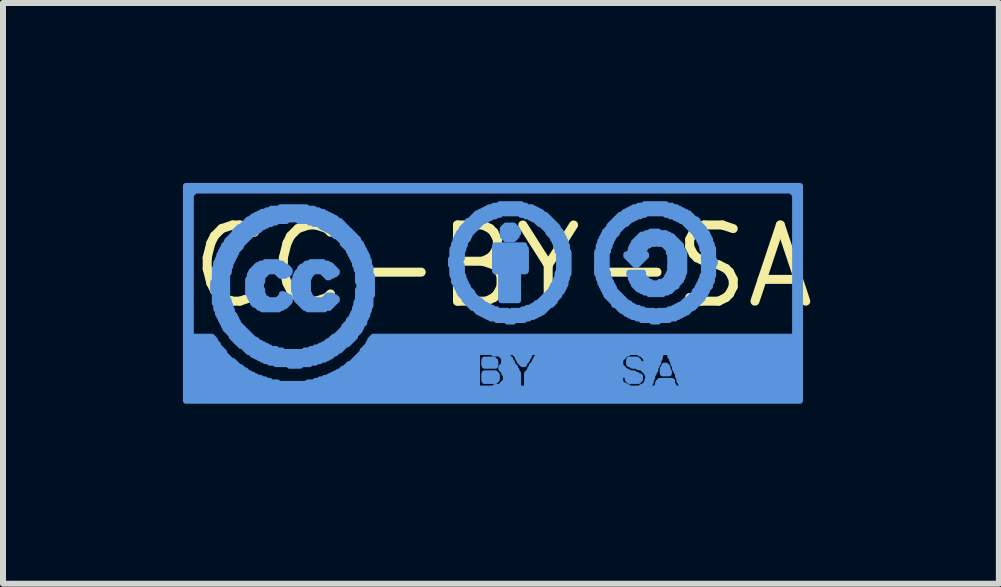
<source format=kicad_pcb>
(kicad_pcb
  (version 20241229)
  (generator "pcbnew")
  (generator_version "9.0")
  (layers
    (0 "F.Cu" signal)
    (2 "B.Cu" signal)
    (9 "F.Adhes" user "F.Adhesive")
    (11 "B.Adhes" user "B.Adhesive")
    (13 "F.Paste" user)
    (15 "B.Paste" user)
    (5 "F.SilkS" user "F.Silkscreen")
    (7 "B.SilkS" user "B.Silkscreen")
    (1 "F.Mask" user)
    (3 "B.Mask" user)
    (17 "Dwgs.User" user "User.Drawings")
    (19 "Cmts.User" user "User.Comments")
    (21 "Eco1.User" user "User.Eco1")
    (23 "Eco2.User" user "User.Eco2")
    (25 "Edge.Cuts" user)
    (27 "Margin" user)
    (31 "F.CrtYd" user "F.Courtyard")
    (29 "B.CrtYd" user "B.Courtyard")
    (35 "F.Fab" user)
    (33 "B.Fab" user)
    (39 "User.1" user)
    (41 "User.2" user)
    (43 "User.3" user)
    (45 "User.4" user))
  (footprint "CC-BY-SA"
    (layer "F.Cu")
    (at 5.333 1.391)
    (property "Reference" "CC-BY-SA" (at 0 0 0) (layer "F.SilkS") (effects (font (size 1.27 1.27) (thickness 0.15))))
    (attr through_hole)
    (fp_poly (pts (xy -5.283 -1.316) (xy 4.953 -1.316) (xy 4.953 -1.341) (xy -5.283 -1.341)) (stroke (width 0.1) (type solid)) (fill no) (layer "Cmts.User"))
    (fp_poly (pts (xy -5.283 -1.291) (xy 4.953 -1.291) (xy 4.953 -1.316) (xy -5.283 -1.316)) (stroke (width 0.1) (type solid)) (fill no) (layer "Cmts.User"))
    (fp_poly (pts (xy -5.283 -1.265) (xy 4.953 -1.265) (xy 4.953 -1.291) (xy -5.283 -1.291)) (stroke (width 0.1) (type solid)) (fill no) (layer "Cmts.User"))
    (fp_poly (pts (xy -5.283 -1.24) (xy -5.156 -1.24) (xy -5.156 -1.265) (xy -5.283 -1.265)) (stroke (width 0.1) (type solid)) (fill no) (layer "Cmts.User"))
    (fp_poly (pts (xy -5.283 -1.214) (xy -5.181 -1.214) (xy -5.181 -1.24) (xy -5.283 -1.24)) (stroke (width 0.1) (type solid)) (fill no) (layer "Cmts.User"))
    (fp_poly (pts (xy -5.283 -1.189) (xy -5.207 -1.189) (xy -5.207 -1.214) (xy -5.283 -1.214)) (stroke (width 0.1) (type solid)) (fill no) (layer "Cmts.User"))
    (fp_poly (pts (xy -5.283 -1.164) (xy -5.207 -1.164) (xy -5.207 -1.189) (xy -5.283 -1.189)) (stroke (width 0.1) (type solid)) (fill no) (layer "Cmts.User"))
    (fp_poly (pts (xy -5.283 -1.138) (xy -5.207 -1.138) (xy -5.207 -1.164) (xy -5.283 -1.164)) (stroke (width 0.1) (type solid)) (fill no) (layer "Cmts.User"))
    (fp_poly (pts (xy -5.283 -1.113) (xy -5.207 -1.113) (xy -5.207 -1.138) (xy -5.283 -1.138)) (stroke (width 0.1) (type solid)) (fill no) (layer "Cmts.User"))
    (fp_poly (pts (xy -5.283 -1.087) (xy -5.207 -1.087) (xy -5.207 -1.113) (xy -5.283 -1.113)) (stroke (width 0.1) (type solid)) (fill no) (layer "Cmts.User"))
    (fp_poly (pts (xy -5.283 -1.062) (xy -5.207 -1.062) (xy -5.207 -1.087) (xy -5.283 -1.087)) (stroke (width 0.1) (type solid)) (fill no) (layer "Cmts.User"))
    (fp_poly (pts (xy -5.283 -1.037) (xy -5.207 -1.037) (xy -5.207 -1.062) (xy -5.283 -1.062)) (stroke (width 0.1) (type solid)) (fill no) (layer "Cmts.User"))
    (fp_poly (pts (xy -5.283 -1.011) (xy -5.207 -1.011) (xy -5.207 -1.037) (xy -5.283 -1.037)) (stroke (width 0.1) (type solid)) (fill no) (layer "Cmts.User"))
    (fp_poly (pts (xy -5.283 -0.986) (xy -5.207 -0.986) (xy -5.207 -1.011) (xy -5.283 -1.011)) (stroke (width 0.1) (type solid)) (fill no) (layer "Cmts.User"))
    (fp_poly (pts (xy -5.283 -0.961) (xy -5.207 -0.961) (xy -5.207 -0.986) (xy -5.283 -0.986)) (stroke (width 0.1) (type solid)) (fill no) (layer "Cmts.User"))
    (fp_poly (pts (xy -5.283 -0.935) (xy -5.207 -0.935) (xy -5.207 -0.961) (xy -5.283 -0.961)) (stroke (width 0.1) (type solid)) (fill no) (layer "Cmts.User"))
    (fp_poly (pts (xy -5.283 -0.91) (xy -5.207 -0.91) (xy -5.207 -0.935) (xy -5.283 -0.935)) (stroke (width 0.1) (type solid)) (fill no) (layer "Cmts.User"))
    (fp_poly (pts (xy -5.283 -0.884) (xy -5.207 -0.884) (xy -5.207 -0.91) (xy -5.283 -0.91)) (stroke (width 0.1) (type solid)) (fill no) (layer "Cmts.User"))
    (fp_poly (pts (xy -5.283 -0.859) (xy -5.207 -0.859) (xy -5.207 -0.884) (xy -5.283 -0.884)) (stroke (width 0.1) (type solid)) (fill no) (layer "Cmts.User"))
    (fp_poly (pts (xy -5.283 -0.834) (xy -5.207 -0.834) (xy -5.207 -0.859) (xy -5.283 -0.859)) (stroke (width 0.1) (type solid)) (fill no) (layer "Cmts.User"))
    (fp_poly (pts (xy -5.283 -0.808) (xy -5.207 -0.808) (xy -5.207 -0.834) (xy -5.283 -0.834)) (stroke (width 0.1) (type solid)) (fill no) (layer "Cmts.User"))
    (fp_poly (pts (xy -5.283 -0.783) (xy -5.207 -0.783) (xy -5.207 -0.808) (xy -5.283 -0.808)) (stroke (width 0.1) (type solid)) (fill no) (layer "Cmts.User"))
    (fp_poly (pts (xy -5.283 -0.757) (xy -5.207 -0.757) (xy -5.207 -0.783) (xy -5.283 -0.783)) (stroke (width 0.1) (type solid)) (fill no) (layer "Cmts.User"))
    (fp_poly (pts (xy -5.283 -0.732) (xy -5.207 -0.732) (xy -5.207 -0.757) (xy -5.283 -0.757)) (stroke (width 0.1) (type solid)) (fill no) (layer "Cmts.User"))
    (fp_poly (pts (xy -5.283 -0.707) (xy -5.207 -0.707) (xy -5.207 -0.732) (xy -5.283 -0.732)) (stroke (width 0.1) (type solid)) (fill no) (layer "Cmts.User"))
    (fp_poly (pts (xy -5.283 -0.681) (xy -5.207 -0.681) (xy -5.207 -0.707) (xy -5.283 -0.707)) (stroke (width 0.1) (type solid)) (fill no) (layer "Cmts.User"))
    (fp_poly (pts (xy -5.283 -0.656) (xy -5.207 -0.656) (xy -5.207 -0.681) (xy -5.283 -0.681)) (stroke (width 0.1) (type solid)) (fill no) (layer "Cmts.User"))
    (fp_poly (pts (xy -5.283 -0.63) (xy -5.207 -0.63) (xy -5.207 -0.656) (xy -5.283 -0.656)) (stroke (width 0.1) (type solid)) (fill no) (layer "Cmts.User"))
    (fp_poly (pts (xy -5.283 -0.605) (xy -5.207 -0.605) (xy -5.207 -0.63) (xy -5.283 -0.63)) (stroke (width 0.1) (type solid)) (fill no) (layer "Cmts.User"))
    (fp_poly (pts (xy -5.283 -0.58) (xy -5.207 -0.58) (xy -5.207 -0.605) (xy -5.283 -0.605)) (stroke (width 0.1) (type solid)) (fill no) (layer "Cmts.User"))
    (fp_poly (pts (xy -5.283 -0.554) (xy -5.207 -0.554) (xy -5.207 -0.58) (xy -5.283 -0.58)) (stroke (width 0.1) (type solid)) (fill no) (layer "Cmts.User"))
    (fp_poly (pts (xy -5.283 -0.529) (xy -5.207 -0.529) (xy -5.207 -0.554) (xy -5.283 -0.554)) (stroke (width 0.1) (type solid)) (fill no) (layer "Cmts.User"))
    (fp_poly (pts (xy -5.283 -0.503) (xy -5.207 -0.503) (xy -5.207 -0.529) (xy -5.283 -0.529)) (stroke (width 0.1) (type solid)) (fill no) (layer "Cmts.User"))
    (fp_poly (pts (xy -5.283 -0.478) (xy -5.207 -0.478) (xy -5.207 -0.503) (xy -5.283 -0.503)) (stroke (width 0.1) (type solid)) (fill no) (layer "Cmts.User"))
    (fp_poly (pts (xy -5.283 -0.453) (xy -5.207 -0.453) (xy -5.207 -0.478) (xy -5.283 -0.478)) (stroke (width 0.1) (type solid)) (fill no) (layer "Cmts.User"))
    (fp_poly (pts (xy -5.283 -0.427) (xy -5.207 -0.427) (xy -5.207 -0.453) (xy -5.283 -0.453)) (stroke (width 0.1) (type solid)) (fill no) (layer "Cmts.User"))
    (fp_poly (pts (xy -5.283 -0.402) (xy -5.207 -0.402) (xy -5.207 -0.427) (xy -5.283 -0.427)) (stroke (width 0.1) (type solid)) (fill no) (layer "Cmts.User"))
    (fp_poly (pts (xy -5.283 -0.376) (xy -5.207 -0.376) (xy -5.207 -0.402) (xy -5.283 -0.402)) (stroke (width 0.1) (type solid)) (fill no) (layer "Cmts.User"))
    (fp_poly (pts (xy -5.283 -0.351) (xy -5.207 -0.351) (xy -5.207 -0.376) (xy -5.283 -0.376)) (stroke (width 0.1) (type solid)) (fill no) (layer "Cmts.User"))
    (fp_poly (pts (xy -5.283 -0.326) (xy -5.207 -0.326) (xy -5.207 -0.351) (xy -5.283 -0.351)) (stroke (width 0.1) (type solid)) (fill no) (layer "Cmts.User"))
    (fp_poly (pts (xy -5.283 -0.3) (xy -5.207 -0.3) (xy -5.207 -0.326) (xy -5.283 -0.326)) (stroke (width 0.1) (type solid)) (fill no) (layer "Cmts.User"))
    (fp_poly (pts (xy -5.283 -0.275) (xy -5.207 -0.275) (xy -5.207 -0.3) (xy -5.283 -0.3)) (stroke (width 0.1) (type solid)) (fill no) (layer "Cmts.User"))
    (fp_poly (pts (xy -5.283 -0.249) (xy -5.207 -0.249) (xy -5.207 -0.275) (xy -5.283 -0.275)) (stroke (width 0.1) (type solid)) (fill no) (layer "Cmts.User"))
    (fp_poly (pts (xy -5.283 -0.224) (xy -5.207 -0.224) (xy -5.207 -0.249) (xy -5.283 -0.249)) (stroke (width 0.1) (type solid)) (fill no) (layer "Cmts.User"))
    (fp_poly (pts (xy -5.283 -0.199) (xy -5.207 -0.199) (xy -5.207 -0.224) (xy -5.283 -0.224)) (stroke (width 0.1) (type solid)) (fill no) (layer "Cmts.User"))
    (fp_poly (pts (xy -5.283 -0.173) (xy -5.207 -0.173) (xy -5.207 -0.199) (xy -5.283 -0.199)) (stroke (width 0.1) (type solid)) (fill no) (layer "Cmts.User"))
    (fp_poly (pts (xy -5.283 -0.148) (xy -5.207 -0.148) (xy -5.207 -0.173) (xy -5.283 -0.173)) (stroke (width 0.1) (type solid)) (fill no) (layer "Cmts.User"))
    (fp_poly (pts (xy -5.283 -0.122) (xy -5.207 -0.122) (xy -5.207 -0.148) (xy -5.283 -0.148)) (stroke (width 0.1) (type solid)) (fill no) (layer "Cmts.User"))
    (fp_poly (pts (xy -5.283 -0.097) (xy -5.207 -0.097) (xy -5.207 -0.122) (xy -5.283 -0.122)) (stroke (width 0.1) (type solid)) (fill no) (layer "Cmts.User"))
    (fp_poly (pts (xy -5.283 -0.071) (xy -5.207 -0.071) (xy -5.207 -0.097) (xy -5.283 -0.097)) (stroke (width 0.1) (type solid)) (fill no) (layer "Cmts.User"))
    (fp_poly (pts (xy -5.283 -0.046) (xy -5.207 -0.046) (xy -5.207 -0.071) (xy -5.283 -0.071)) (stroke (width 0.1) (type solid)) (fill no) (layer "Cmts.User"))
    (fp_poly (pts (xy -5.283 -0.021) (xy -5.207 -0.021) (xy -5.207 -0.046) (xy -5.283 -0.046)) (stroke (width 0.1) (type solid)) (fill no) (layer "Cmts.User"))
    (fp_poly (pts (xy -5.283 0.005) (xy -5.207 0.005) (xy -5.207 -0.021) (xy -5.283 -0.021)) (stroke (width 0.1) (type solid)) (fill no) (layer "Cmts.User"))
    (fp_poly (pts (xy -5.283 0.03) (xy -5.207 0.03) (xy -5.207 0.005) (xy -5.283 0.005)) (stroke (width 0.1) (type solid)) (fill no) (layer "Cmts.User"))
    (fp_poly (pts (xy -5.283 0.056) (xy -5.207 0.056) (xy -5.207 0.03) (xy -5.283 0.03)) (stroke (width 0.1) (type solid)) (fill no) (layer "Cmts.User"))
    (fp_poly (pts (xy -5.283 0.081) (xy -5.207 0.081) (xy -5.207 0.056) (xy -5.283 0.056)) (stroke (width 0.1) (type solid)) (fill no) (layer "Cmts.User"))
    (fp_poly (pts (xy -5.283 0.106) (xy -5.207 0.106) (xy -5.207 0.081) (xy -5.283 0.081)) (stroke (width 0.1) (type solid)) (fill no) (layer "Cmts.User"))
    (fp_poly (pts (xy -5.283 0.132) (xy -5.207 0.132) (xy -5.207 0.106) (xy -5.283 0.106)) (stroke (width 0.1) (type solid)) (fill no) (layer "Cmts.User"))
    (fp_poly (pts (xy -5.283 0.157) (xy -5.207 0.157) (xy -5.207 0.132) (xy -5.283 0.132)) (stroke (width 0.1) (type solid)) (fill no) (layer "Cmts.User"))
    (fp_poly (pts (xy -5.283 0.182) (xy -5.207 0.182) (xy -5.207 0.157) (xy -5.283 0.157)) (stroke (width 0.1) (type solid)) (fill no) (layer "Cmts.User"))
    (fp_poly (pts (xy -5.283 0.208) (xy -5.207 0.208) (xy -5.207 0.182) (xy -5.283 0.182)) (stroke (width 0.1) (type solid)) (fill no) (layer "Cmts.User"))
    (fp_poly (pts (xy -5.283 0.233) (xy -5.207 0.233) (xy -5.207 0.208) (xy -5.283 0.208)) (stroke (width 0.1) (type solid)) (fill no) (layer "Cmts.User"))
    (fp_poly (pts (xy -5.283 0.259) (xy -5.207 0.259) (xy -5.207 0.233) (xy -5.283 0.233)) (stroke (width 0.1) (type solid)) (fill no) (layer "Cmts.User"))
    (fp_poly (pts (xy -5.283 0.284) (xy -5.207 0.284) (xy -5.207 0.259) (xy -5.283 0.259)) (stroke (width 0.1) (type solid)) (fill no) (layer "Cmts.User"))
    (fp_poly (pts (xy -5.283 0.309) (xy -5.207 0.309) (xy -5.207 0.284) (xy -5.283 0.284)) (stroke (width 0.1) (type solid)) (fill no) (layer "Cmts.User"))
    (fp_poly (pts (xy -5.283 0.335) (xy -5.207 0.335) (xy -5.207 0.309) (xy -5.283 0.309)) (stroke (width 0.1) (type solid)) (fill no) (layer "Cmts.User"))
    (fp_poly (pts (xy -5.283 0.36) (xy -5.207 0.36) (xy -5.207 0.335) (xy -5.283 0.335)) (stroke (width 0.1) (type solid)) (fill no) (layer "Cmts.User"))
    (fp_poly (pts (xy -5.283 0.386) (xy -5.207 0.386) (xy -5.207 0.36) (xy -5.283 0.36)) (stroke (width 0.1) (type solid)) (fill no) (layer "Cmts.User"))
    (fp_poly (pts (xy -5.283 0.411) (xy -5.207 0.411) (xy -5.207 0.386) (xy -5.283 0.386)) (stroke (width 0.1) (type solid)) (fill no) (layer "Cmts.User"))
    (fp_poly (pts (xy -5.283 0.436) (xy -5.207 0.436) (xy -5.207 0.411) (xy -5.283 0.411)) (stroke (width 0.1) (type solid)) (fill no) (layer "Cmts.User"))
    (fp_poly (pts (xy -5.283 0.462) (xy -5.207 0.462) (xy -5.207 0.436) (xy -5.283 0.436)) (stroke (width 0.1) (type solid)) (fill no) (layer "Cmts.User"))
    (fp_poly (pts (xy -5.283 0.487) (xy -5.207 0.487) (xy -5.207 0.462) (xy -5.283 0.462)) (stroke (width 0.1) (type solid)) (fill no) (layer "Cmts.User"))
    (fp_poly (pts (xy -5.283 0.513) (xy -5.207 0.513) (xy -5.207 0.487) (xy -5.283 0.487)) (stroke (width 0.1) (type solid)) (fill no) (layer "Cmts.User"))
    (fp_poly (pts (xy -5.283 0.538) (xy -5.207 0.538) (xy -5.207 0.513) (xy -5.283 0.513)) (stroke (width 0.1) (type solid)) (fill no) (layer "Cmts.User"))
    (fp_poly (pts (xy -5.283 0.564) (xy -5.207 0.564) (xy -5.207 0.538) (xy -5.283 0.538)) (stroke (width 0.1) (type solid)) (fill no) (layer "Cmts.User"))
    (fp_poly (pts (xy -5.283 0.589) (xy -5.207 0.589) (xy -5.207 0.564) (xy -5.283 0.564)) (stroke (width 0.1) (type solid)) (fill no) (layer "Cmts.User"))
    (fp_poly (pts (xy -5.283 0.614) (xy -5.207 0.614) (xy -5.207 0.589) (xy -5.283 0.589)) (stroke (width 0.1) (type solid)) (fill no) (layer "Cmts.User"))
    (fp_poly (pts (xy -5.283 0.64) (xy -5.207 0.64) (xy -5.207 0.614) (xy -5.283 0.614)) (stroke (width 0.1) (type solid)) (fill no) (layer "Cmts.User"))
    (fp_poly (pts (xy -5.283 0.665) (xy -5.207 0.665) (xy -5.207 0.64) (xy -5.283 0.64)) (stroke (width 0.1) (type solid)) (fill no) (layer "Cmts.User"))
    (fp_poly (pts (xy -5.283 0.691) (xy -5.207 0.691) (xy -5.207 0.665) (xy -5.283 0.665)) (stroke (width 0.1) (type solid)) (fill no) (layer "Cmts.User"))
    (fp_poly (pts (xy -5.283 0.716) (xy -5.207 0.716) (xy -5.207 0.691) (xy -5.283 0.691)) (stroke (width 0.1) (type solid)) (fill no) (layer "Cmts.User"))
    (fp_poly (pts (xy -5.283 0.741) (xy -5.207 0.741) (xy -5.207 0.716) (xy -5.283 0.716)) (stroke (width 0.1) (type solid)) (fill no) (layer "Cmts.User"))
    (fp_poly (pts (xy -5.283 0.767) (xy -5.207 0.767) (xy -5.207 0.741) (xy -5.283 0.741)) (stroke (width 0.1) (type solid)) (fill no) (layer "Cmts.User"))
    (fp_poly (pts (xy -5.283 0.792) (xy -5.207 0.792) (xy -5.207 0.767) (xy -5.283 0.767)) (stroke (width 0.1) (type solid)) (fill no) (layer "Cmts.User"))
    (fp_poly (pts (xy -5.283 0.818) (xy -5.207 0.818) (xy -5.207 0.792) (xy -5.283 0.792)) (stroke (width 0.1) (type solid)) (fill no) (layer "Cmts.User"))
    (fp_poly (pts (xy -5.283 0.843) (xy -5.207 0.843) (xy -5.207 0.818) (xy -5.283 0.818)) (stroke (width 0.1) (type solid)) (fill no) (layer "Cmts.User"))
    (fp_poly (pts (xy -5.283 0.868) (xy -5.207 0.868) (xy -5.207 0.843) (xy -5.283 0.843)) (stroke (width 0.1) (type solid)) (fill no) (layer "Cmts.User"))
    (fp_poly (pts (xy -5.283 0.894) (xy -5.207 0.894) (xy -5.207 0.868) (xy -5.283 0.868)) (stroke (width 0.1) (type solid)) (fill no) (layer "Cmts.User"))
    (fp_poly (pts (xy -5.283 0.919) (xy -5.207 0.919) (xy -5.207 0.894) (xy -5.283 0.894)) (stroke (width 0.1) (type solid)) (fill no) (layer "Cmts.User"))
    (fp_poly (pts (xy -5.283 0.945) (xy -5.207 0.945) (xy -5.207 0.919) (xy -5.283 0.919)) (stroke (width 0.1) (type solid)) (fill no) (layer "Cmts.User"))
    (fp_poly (pts (xy -5.283 0.97) (xy -5.207 0.97) (xy -5.207 0.945) (xy -5.283 0.945)) (stroke (width 0.1) (type solid)) (fill no) (layer "Cmts.User"))
    (fp_poly (pts (xy -5.283 0.995) (xy -5.207 0.995) (xy -5.207 0.97) (xy -5.283 0.97)) (stroke (width 0.1) (type solid)) (fill no) (layer "Cmts.User"))
    (fp_poly (pts (xy -5.283 1.021) (xy -5.207 1.021) (xy -5.207 0.995) (xy -5.283 0.995)) (stroke (width 0.1) (type solid)) (fill no) (layer "Cmts.User"))
    (fp_poly (pts (xy -5.283 1.046) (xy -5.207 1.046) (xy -5.207 1.021) (xy -5.283 1.021)) (stroke (width 0.1) (type solid)) (fill no) (layer "Cmts.User"))
    (fp_poly (pts (xy -5.283 1.071) (xy -5.207 1.071) (xy -5.207 1.046) (xy -5.283 1.046)) (stroke (width 0.1) (type solid)) (fill no) (layer "Cmts.User"))
    (fp_poly (pts (xy -5.283 1.097) (xy -5.207 1.097) (xy -5.207 1.071) (xy -5.283 1.071)) (stroke (width 0.1) (type solid)) (fill no) (layer "Cmts.User"))
    (fp_poly (pts (xy -5.283 1.122) (xy -5.207 1.122) (xy -5.207 1.097) (xy -5.283 1.097)) (stroke (width 0.1) (type solid)) (fill no) (layer "Cmts.User"))
    (fp_poly (pts (xy -5.283 1.148) (xy -5.207 1.148) (xy -5.207 1.122) (xy -5.283 1.122)) (stroke (width 0.1) (type solid)) (fill no) (layer "Cmts.User"))
    (fp_poly (pts (xy -5.283 1.173) (xy -5.207 1.173) (xy -5.207 1.148) (xy -5.283 1.148)) (stroke (width 0.1) (type solid)) (fill no) (layer "Cmts.User"))
    (fp_poly (pts (xy -5.283 1.198) (xy -4.851 1.198) (xy -4.851 1.173) (xy -5.283 1.173)) (stroke (width 0.1) (type solid)) (fill no) (layer "Cmts.User"))
    (fp_poly (pts (xy -5.283 1.224) (xy -4.826 1.224) (xy -4.826 1.198) (xy -5.283 1.198)) (stroke (width 0.1) (type solid)) (fill no) (layer "Cmts.User"))
    (fp_poly (pts (xy -5.283 1.249) (xy -4.801 1.249) (xy -4.801 1.224) (xy -5.283 1.224)) (stroke (width 0.1) (type solid)) (fill no) (layer "Cmts.User"))
    (fp_poly (pts (xy -5.283 1.275) (xy -4.801 1.275) (xy -4.801 1.249) (xy -5.283 1.249)) (stroke (width 0.1) (type solid)) (fill no) (layer "Cmts.User"))
    (fp_poly (pts (xy -5.283 1.3) (xy -4.775 1.3) (xy -4.775 1.275) (xy -5.283 1.275)) (stroke (width 0.1) (type solid)) (fill no) (layer "Cmts.User"))
    (fp_poly (pts (xy -5.283 1.325) (xy -4.75 1.325) (xy -4.75 1.3) (xy -5.283 1.3)) (stroke (width 0.1) (type solid)) (fill no) (layer "Cmts.User"))
    (fp_poly (pts (xy -5.283 1.351) (xy -4.75 1.351) (xy -4.75 1.325) (xy -5.283 1.325)) (stroke (width 0.1) (type solid)) (fill no) (layer "Cmts.User"))
    (fp_poly (pts (xy -5.283 1.376) (xy -4.724 1.376) (xy -4.724 1.351) (xy -5.283 1.351)) (stroke (width 0.1) (type solid)) (fill no) (layer "Cmts.User"))
    (fp_poly (pts (xy -5.283 1.402) (xy -4.699 1.402) (xy -4.699 1.376) (xy -5.283 1.376)) (stroke (width 0.1) (type solid)) (fill no) (layer "Cmts.User"))
    (fp_poly (pts (xy -5.283 1.427) (xy -4.673 1.427) (xy -4.673 1.402) (xy -5.283 1.402)) (stroke (width 0.1) (type solid)) (fill no) (layer "Cmts.User"))
    (fp_poly (pts (xy -5.283 1.452) (xy -4.648 1.452) (xy -4.648 1.427) (xy -5.283 1.427)) (stroke (width 0.1) (type solid)) (fill no) (layer "Cmts.User"))
    (fp_poly (pts (xy -5.283 1.478) (xy -4.648 1.478) (xy -4.648 1.452) (xy -5.283 1.452)) (stroke (width 0.1) (type solid)) (fill no) (layer "Cmts.User"))
    (fp_poly (pts (xy -5.283 1.503) (xy -4.623 1.503) (xy -4.623 1.478) (xy -5.283 1.478)) (stroke (width 0.1) (type solid)) (fill no) (layer "Cmts.User"))
    (fp_poly (pts (xy -5.283 1.529) (xy -4.597 1.529) (xy -4.597 1.503) (xy -5.283 1.503)) (stroke (width 0.1) (type solid)) (fill no) (layer "Cmts.User"))
    (fp_poly (pts (xy -5.283 1.554) (xy -4.572 1.554) (xy -4.572 1.529) (xy -5.283 1.529)) (stroke (width 0.1) (type solid)) (fill no) (layer "Cmts.User"))
    (fp_poly (pts (xy -5.283 1.579) (xy -4.546 1.579) (xy -4.546 1.554) (xy -5.283 1.554)) (stroke (width 0.1) (type solid)) (fill no) (layer "Cmts.User"))
    (fp_poly (pts (xy -5.283 1.605) (xy -4.496 1.605) (xy -4.496 1.579) (xy -5.283 1.579)) (stroke (width 0.1) (type solid)) (fill no) (layer "Cmts.User"))
    (fp_poly (pts (xy -5.283 1.63) (xy -4.47 1.63) (xy -4.47 1.605) (xy -5.283 1.605)) (stroke (width 0.1) (type solid)) (fill no) (layer "Cmts.User"))
    (fp_poly (pts (xy -5.283 1.656) (xy -4.445 1.656) (xy -4.445 1.63) (xy -5.283 1.63)) (stroke (width 0.1) (type solid)) (fill no) (layer "Cmts.User"))
    (fp_poly (pts (xy -5.283 1.681) (xy -4.42 1.681) (xy -4.42 1.656) (xy -5.283 1.656)) (stroke (width 0.1) (type solid)) (fill no) (layer "Cmts.User"))
    (fp_poly (pts (xy -5.283 1.706) (xy -4.369 1.706) (xy -4.369 1.681) (xy -5.283 1.681)) (stroke (width 0.1) (type solid)) (fill no) (layer "Cmts.User"))
    (fp_poly (pts (xy -5.283 1.732) (xy -4.343 1.732) (xy -4.343 1.706) (xy -5.283 1.706)) (stroke (width 0.1) (type solid)) (fill no) (layer "Cmts.User"))
    (fp_poly (pts (xy -5.283 1.757) (xy -4.293 1.757) (xy -4.293 1.732) (xy -5.283 1.732)) (stroke (width 0.1) (type solid)) (fill no) (layer "Cmts.User"))
    (fp_poly (pts (xy -5.283 1.783) (xy -4.267 1.783) (xy -4.267 1.757) (xy -5.283 1.757)) (stroke (width 0.1) (type solid)) (fill no) (layer "Cmts.User"))
    (fp_poly (pts (xy -5.283 1.808) (xy -4.216 1.808) (xy -4.216 1.783) (xy -5.283 1.783)) (stroke (width 0.1) (type solid)) (fill no) (layer "Cmts.User"))
    (fp_poly (pts (xy -5.283 1.833) (xy -4.165 1.833) (xy -4.165 1.808) (xy -5.283 1.808)) (stroke (width 0.1) (type solid)) (fill no) (layer "Cmts.User"))
    (fp_poly (pts (xy -5.283 1.859) (xy -4.115 1.859) (xy -4.115 1.833) (xy -5.283 1.833)) (stroke (width 0.1) (type solid)) (fill no) (layer "Cmts.User"))
    (fp_poly (pts (xy -5.283 1.884) (xy -4.038 1.884) (xy -4.038 1.859) (xy -5.283 1.859)) (stroke (width 0.1) (type solid)) (fill no) (layer "Cmts.User"))
    (fp_poly (pts (xy -5.283 1.91) (xy -3.962 1.91) (xy -3.962 1.884) (xy -5.283 1.884)) (stroke (width 0.1) (type solid)) (fill no) (layer "Cmts.User"))
    (fp_poly (pts (xy -5.283 1.935) (xy -3.886 1.935) (xy -3.886 1.91) (xy -5.283 1.91)) (stroke (width 0.1) (type solid)) (fill no) (layer "Cmts.User"))
    (fp_poly (pts (xy -5.283 1.96) (xy -3.759 1.96) (xy -3.759 1.935) (xy -5.283 1.935)) (stroke (width 0.1) (type solid)) (fill no) (layer "Cmts.User"))
    (fp_poly (pts (xy -5.283 1.986) (xy -0.432 1.986) (xy -0.432 1.96) (xy -5.283 1.96)) (stroke (width 0.1) (type solid)) (fill no) (layer "Cmts.User"))
    (fp_poly (pts (xy -5.283 2.011) (xy -0.432 2.011) (xy -0.432 1.986) (xy -5.283 1.986)) (stroke (width 0.1) (type solid)) (fill no) (layer "Cmts.User"))
    (fp_poly (pts (xy -5.283 2.037) (xy -0.432 2.037) (xy -0.432 2.011) (xy -5.283 2.011)) (stroke (width 0.1) (type solid)) (fill no) (layer "Cmts.User"))
    (fp_poly (pts (xy -5.283 2.062) (xy 4.953 2.062) (xy 4.953 2.037) (xy -5.283 2.037)) (stroke (width 0.1) (type solid)) (fill no) (layer "Cmts.User"))
    (fp_poly (pts (xy -5.283 2.087) (xy 4.953 2.087) (xy 4.953 2.062) (xy -5.283 2.062)) (stroke (width 0.1) (type solid)) (fill no) (layer "Cmts.User"))
    (fp_poly (pts (xy -5.283 2.113) (xy 4.953 2.113) (xy 4.953 2.087) (xy -5.283 2.087)) (stroke (width 0.1) (type solid)) (fill no) (layer "Cmts.User"))
    (fp_poly (pts (xy -5.283 2.138) (xy 4.953 2.138) (xy 4.953 2.113) (xy -5.283 2.113)) (stroke (width 0.1) (type solid)) (fill no) (layer "Cmts.User"))
    (fp_poly (pts (xy -5.283 2.164) (xy 4.953 2.164) (xy 4.953 2.138) (xy -5.283 2.138)) (stroke (width 0.1) (type solid)) (fill no) (layer "Cmts.User"))
    (fp_poly (pts (xy -5.283 2.189) (xy 4.953 2.189) (xy 4.953 2.164) (xy -5.283 2.164)) (stroke (width 0.1) (type solid)) (fill no) (layer "Cmts.User"))
    (fp_poly (pts (xy -5.283 2.215) (xy 4.953 2.215) (xy 4.953 2.189) (xy -5.283 2.189)) (stroke (width 0.1) (type solid)) (fill no) (layer "Cmts.User"))
    (fp_poly (pts (xy -5.283 2.24) (xy 4.953 2.24) (xy 4.953 2.215) (xy -5.283 2.215)) (stroke (width 0.1) (type solid)) (fill no) (layer "Cmts.User"))
    (fp_poly (pts (xy -4.826 0.284) (xy -4.597 0.284) (xy -4.597 0.259) (xy -4.826 0.259)) (stroke (width 0.1) (type solid)) (fill no) (layer "Cmts.User"))
    (fp_poly (pts (xy -4.826 0.309) (xy -4.597 0.309) (xy -4.597 0.284) (xy -4.826 0.284)) (stroke (width 0.1) (type solid)) (fill no) (layer "Cmts.User"))
    (fp_poly (pts (xy -4.826 0.335) (xy -4.597 0.335) (xy -4.597 0.309) (xy -4.826 0.309)) (stroke (width 0.1) (type solid)) (fill no) (layer "Cmts.User"))
    (fp_poly (pts (xy -4.826 0.36) (xy -4.597 0.36) (xy -4.597 0.335) (xy -4.826 0.335)) (stroke (width 0.1) (type solid)) (fill no) (layer "Cmts.User"))
    (fp_poly (pts (xy -4.826 0.386) (xy -4.597 0.386) (xy -4.597 0.36) (xy -4.826 0.36)) (stroke (width 0.1) (type solid)) (fill no) (layer "Cmts.User"))
    (fp_poly (pts (xy -4.826 0.411) (xy -4.597 0.411) (xy -4.597 0.386) (xy -4.826 0.386)) (stroke (width 0.1) (type solid)) (fill no) (layer "Cmts.User"))
    (fp_poly (pts (xy -4.801 0.056) (xy -4.572 0.056) (xy -4.572 0.03) (xy -4.801 0.03)) (stroke (width 0.1) (type solid)) (fill no) (layer "Cmts.User"))
    (fp_poly (pts (xy -4.801 0.081) (xy -4.572 0.081) (xy -4.572 0.056) (xy -4.801 0.056)) (stroke (width 0.1) (type solid)) (fill no) (layer "Cmts.User"))
    (fp_poly (pts (xy -4.801 0.106) (xy -4.572 0.106) (xy -4.572 0.081) (xy -4.801 0.081)) (stroke (width 0.1) (type solid)) (fill no) (layer "Cmts.User"))
    (fp_poly (pts (xy -4.801 0.132) (xy -4.597 0.132) (xy -4.597 0.106) (xy -4.801 0.106)) (stroke (width 0.1) (type solid)) (fill no) (layer "Cmts.User"))
    (fp_poly (pts (xy -4.801 0.157) (xy -4.597 0.157) (xy -4.597 0.132) (xy -4.801 0.132)) (stroke (width 0.1) (type solid)) (fill no) (layer "Cmts.User"))
    (fp_poly (pts (xy -4.801 0.182) (xy -4.597 0.182) (xy -4.597 0.157) (xy -4.801 0.157)) (stroke (width 0.1) (type solid)) (fill no) (layer "Cmts.User"))
    (fp_poly (pts (xy -4.801 0.208) (xy -4.597 0.208) (xy -4.597 0.182) (xy -4.801 0.182)) (stroke (width 0.1) (type solid)) (fill no) (layer "Cmts.User"))
    (fp_poly (pts (xy -4.801 0.233) (xy -4.597 0.233) (xy -4.597 0.208) (xy -4.801 0.208)) (stroke (width 0.1) (type solid)) (fill no) (layer "Cmts.User"))
    (fp_poly (pts (xy -4.801 0.259) (xy -4.597 0.259) (xy -4.597 0.233) (xy -4.801 0.233)) (stroke (width 0.1) (type solid)) (fill no) (layer "Cmts.User"))
    (fp_poly (pts (xy -4.801 0.436) (xy -4.597 0.436) (xy -4.597 0.411) (xy -4.801 0.411)) (stroke (width 0.1) (type solid)) (fill no) (layer "Cmts.User"))
    (fp_poly (pts (xy -4.801 0.462) (xy -4.597 0.462) (xy -4.597 0.436) (xy -4.801 0.436)) (stroke (width 0.1) (type solid)) (fill no) (layer "Cmts.User"))
    (fp_poly (pts (xy -4.801 0.487) (xy -4.597 0.487) (xy -4.597 0.462) (xy -4.801 0.462)) (stroke (width 0.1) (type solid)) (fill no) (layer "Cmts.User"))
    (fp_poly (pts (xy -4.801 0.513) (xy -4.597 0.513) (xy -4.597 0.487) (xy -4.801 0.487)) (stroke (width 0.1) (type solid)) (fill no) (layer "Cmts.User"))
    (fp_poly (pts (xy -4.801 0.538) (xy -4.597 0.538) (xy -4.597 0.513) (xy -4.801 0.513)) (stroke (width 0.1) (type solid)) (fill no) (layer "Cmts.User"))
    (fp_poly (pts (xy -4.801 0.564) (xy -4.597 0.564) (xy -4.597 0.538) (xy -4.801 0.538)) (stroke (width 0.1) (type solid)) (fill no) (layer "Cmts.User"))
    (fp_poly (pts (xy -4.801 0.589) (xy -4.572 0.589) (xy -4.572 0.564) (xy -4.801 0.564)) (stroke (width 0.1) (type solid)) (fill no) (layer "Cmts.User"))
    (fp_poly (pts (xy -4.801 0.614) (xy -4.572 0.614) (xy -4.572 0.589) (xy -4.801 0.589)) (stroke (width 0.1) (type solid)) (fill no) (layer "Cmts.User"))
    (fp_poly (pts (xy -4.775 -0.046) (xy -4.546 -0.046) (xy -4.546 -0.071) (xy -4.775 -0.071)) (stroke (width 0.1) (type solid)) (fill no) (layer "Cmts.User"))
    (fp_poly (pts (xy -4.775 -0.021) (xy -4.546 -0.021) (xy -4.546 -0.046) (xy -4.775 -0.046)) (stroke (width 0.1) (type solid)) (fill no) (layer "Cmts.User"))
    (fp_poly (pts (xy -4.775 0.005) (xy -4.546 0.005) (xy -4.546 -0.021) (xy -4.775 -0.021)) (stroke (width 0.1) (type solid)) (fill no) (layer "Cmts.User"))
    (fp_poly (pts (xy -4.775 0.03) (xy -4.572 0.03) (xy -4.572 0.005) (xy -4.775 0.005)) (stroke (width 0.1) (type solid)) (fill no) (layer "Cmts.User"))
    (fp_poly (pts (xy -4.775 0.64) (xy -4.572 0.64) (xy -4.572 0.614) (xy -4.775 0.614)) (stroke (width 0.1) (type solid)) (fill no) (layer "Cmts.User"))
    (fp_poly (pts (xy -4.775 0.665) (xy -4.546 0.665) (xy -4.546 0.64) (xy -4.775 0.64)) (stroke (width 0.1) (type solid)) (fill no) (layer "Cmts.User"))
    (fp_poly (pts (xy -4.775 0.691) (xy -4.546 0.691) (xy -4.546 0.665) (xy -4.775 0.665)) (stroke (width 0.1) (type solid)) (fill no) (layer "Cmts.User"))
    (fp_poly (pts (xy -4.775 0.716) (xy -4.546 0.716) (xy -4.546 0.691) (xy -4.775 0.691)) (stroke (width 0.1) (type solid)) (fill no) (layer "Cmts.User"))
    (fp_poly (pts (xy -4.75 -0.097) (xy -4.521 -0.097) (xy -4.521 -0.122) (xy -4.75 -0.122)) (stroke (width 0.1) (type solid)) (fill no) (layer "Cmts.User"))
    (fp_poly (pts (xy -4.75 -0.071) (xy -4.521 -0.071) (xy -4.521 -0.097) (xy -4.75 -0.097)) (stroke (width 0.1) (type solid)) (fill no) (layer "Cmts.User"))
    (fp_poly (pts (xy -4.75 0.741) (xy -4.521 0.741) (xy -4.521 0.716) (xy -4.75 0.716)) (stroke (width 0.1) (type solid)) (fill no) (layer "Cmts.User"))
    (fp_poly (pts (xy -4.75 0.767) (xy -4.521 0.767) (xy -4.521 0.741) (xy -4.75 0.741)) (stroke (width 0.1) (type solid)) (fill no) (layer "Cmts.User"))
    (fp_poly (pts (xy -4.75 0.792) (xy -4.521 0.792) (xy -4.521 0.767) (xy -4.75 0.767)) (stroke (width 0.1) (type solid)) (fill no) (layer "Cmts.User"))
    (fp_poly (pts (xy -4.724 -0.173) (xy -4.47 -0.173) (xy -4.47 -0.199) (xy -4.724 -0.199)) (stroke (width 0.1) (type solid)) (fill no) (layer "Cmts.User"))
    (fp_poly (pts (xy -4.724 -0.148) (xy -4.496 -0.148) (xy -4.496 -0.173) (xy -4.724 -0.173)) (stroke (width 0.1) (type solid)) (fill no) (layer "Cmts.User"))
    (fp_poly (pts (xy -4.724 -0.122) (xy -4.496 -0.122) (xy -4.496 -0.148) (xy -4.724 -0.148)) (stroke (width 0.1) (type solid)) (fill no) (layer "Cmts.User"))
    (fp_poly (pts (xy -4.724 0.818) (xy -4.496 0.818) (xy -4.496 0.792) (xy -4.724 0.792)) (stroke (width 0.1) (type solid)) (fill no) (layer "Cmts.User"))
    (fp_poly (pts (xy -4.724 0.843) (xy -4.47 0.843) (xy -4.47 0.818) (xy -4.724 0.818)) (stroke (width 0.1) (type solid)) (fill no) (layer "Cmts.User"))
    (fp_poly (pts (xy -4.699 -0.224) (xy -4.445 -0.224) (xy -4.445 -0.249) (xy -4.699 -0.249)) (stroke (width 0.1) (type solid)) (fill no) (layer "Cmts.User"))
    (fp_poly (pts (xy -4.699 -0.199) (xy -4.47 -0.199) (xy -4.47 -0.224) (xy -4.699 -0.224)) (stroke (width 0.1) (type solid)) (fill no) (layer "Cmts.User"))
    (fp_poly (pts (xy -4.699 0.868) (xy -4.47 0.868) (xy -4.47 0.843) (xy -4.699 0.843)) (stroke (width 0.1) (type solid)) (fill no) (layer "Cmts.User"))
    (fp_poly (pts (xy -4.699 0.894) (xy -4.445 0.894) (xy -4.445 0.868) (xy -4.699 0.868)) (stroke (width 0.1) (type solid)) (fill no) (layer "Cmts.User"))
    (fp_poly (pts (xy -4.673 -0.275) (xy -4.42 -0.275) (xy -4.42 -0.3) (xy -4.673 -0.3)) (stroke (width 0.1) (type solid)) (fill no) (layer "Cmts.User"))
    (fp_poly (pts (xy -4.673 -0.249) (xy -4.445 -0.249) (xy -4.445 -0.275) (xy -4.673 -0.275)) (stroke (width 0.1) (type solid)) (fill no) (layer "Cmts.User"))
    (fp_poly (pts (xy -4.673 0.919) (xy -4.445 0.919) (xy -4.445 0.894) (xy -4.673 0.894)) (stroke (width 0.1) (type solid)) (fill no) (layer "Cmts.User"))
    (fp_poly (pts (xy -4.673 0.945) (xy -4.42 0.945) (xy -4.42 0.919) (xy -4.673 0.919)) (stroke (width 0.1) (type solid)) (fill no) (layer "Cmts.User"))
    (fp_poly (pts (xy -4.648 -0.326) (xy -4.369 -0.326) (xy -4.369 -0.351) (xy -4.648 -0.351)) (stroke (width 0.1) (type solid)) (fill no) (layer "Cmts.User"))
    (fp_poly (pts (xy -4.648 -0.3) (xy -4.394 -0.3) (xy -4.394 -0.326) (xy -4.648 -0.326)) (stroke (width 0.1) (type solid)) (fill no) (layer "Cmts.User"))
    (fp_poly (pts (xy -4.648 0.97) (xy -4.42 0.97) (xy -4.42 0.945) (xy -4.648 0.945)) (stroke (width 0.1) (type solid)) (fill no) (layer "Cmts.User"))
    (fp_poly (pts (xy -4.648 0.995) (xy -4.394 0.995) (xy -4.394 0.97) (xy -4.648 0.97)) (stroke (width 0.1) (type solid)) (fill no) (layer "Cmts.User"))
    (fp_poly (pts (xy -4.623 -0.351) (xy -4.369 -0.351) (xy -4.369 -0.376) (xy -4.623 -0.376)) (stroke (width 0.1) (type solid)) (fill no) (layer "Cmts.User"))
    (fp_poly (pts (xy -4.623 1.021) (xy -4.369 1.021) (xy -4.369 0.995) (xy -4.623 0.995)) (stroke (width 0.1) (type solid)) (fill no) (layer "Cmts.User"))
    (fp_poly (pts (xy -4.623 1.046) (xy -4.343 1.046) (xy -4.343 1.021) (xy -4.623 1.021)) (stroke (width 0.1) (type solid)) (fill no) (layer "Cmts.User"))
    (fp_poly (pts (xy -4.597 -0.402) (xy -4.318 -0.402) (xy -4.318 -0.427) (xy -4.597 -0.427)) (stroke (width 0.1) (type solid)) (fill no) (layer "Cmts.User"))
    (fp_poly (pts (xy -4.597 -0.376) (xy -4.343 -0.376) (xy -4.343 -0.402) (xy -4.597 -0.402)) (stroke (width 0.1) (type solid)) (fill no) (layer "Cmts.User"))
    (fp_poly (pts (xy -4.597 1.071) (xy -4.318 1.071) (xy -4.318 1.046) (xy -4.597 1.046)) (stroke (width 0.1) (type solid)) (fill no) (layer "Cmts.User"))
    (fp_poly (pts (xy -4.572 -0.427) (xy -4.293 -0.427) (xy -4.293 -0.453) (xy -4.572 -0.453)) (stroke (width 0.1) (type solid)) (fill no) (layer "Cmts.User"))
    (fp_poly (pts (xy -4.572 1.097) (xy -4.293 1.097) (xy -4.293 1.071) (xy -4.572 1.071)) (stroke (width 0.1) (type solid)) (fill no) (layer "Cmts.User"))
    (fp_poly (pts (xy -4.546 -0.453) (xy -4.267 -0.453) (xy -4.267 -0.478) (xy -4.546 -0.478)) (stroke (width 0.1) (type solid)) (fill no) (layer "Cmts.User"))
    (fp_poly (pts (xy -4.546 1.122) (xy -4.267 1.122) (xy -4.267 1.097) (xy -4.546 1.097)) (stroke (width 0.1) (type solid)) (fill no) (layer "Cmts.User"))
    (fp_poly (pts (xy -4.521 -0.478) (xy -4.242 -0.478) (xy -4.242 -0.503) (xy -4.521 -0.503)) (stroke (width 0.1) (type solid)) (fill no) (layer "Cmts.User"))
    (fp_poly (pts (xy -4.521 1.148) (xy -4.242 1.148) (xy -4.242 1.122) (xy -4.521 1.122)) (stroke (width 0.1) (type solid)) (fill no) (layer "Cmts.User"))
    (fp_poly (pts (xy -4.521 1.173) (xy -4.216 1.173) (xy -4.216 1.148) (xy -4.521 1.148)) (stroke (width 0.1) (type solid)) (fill no) (layer "Cmts.User"))
    (fp_poly (pts (xy -4.496 -0.503) (xy -4.216 -0.503) (xy -4.216 -0.529) (xy -4.496 -0.529)) (stroke (width 0.1) (type solid)) (fill no) (layer "Cmts.User"))
    (fp_poly (pts (xy -4.496 1.198) (xy -4.191 1.198) (xy -4.191 1.173) (xy -4.496 1.173)) (stroke (width 0.1) (type solid)) (fill no) (layer "Cmts.User"))
    (fp_poly (pts (xy -4.47 -0.554) (xy -4.14 -0.554) (xy -4.14 -0.58) (xy -4.47 -0.58)) (stroke (width 0.1) (type solid)) (fill no) (layer "Cmts.User"))
    (fp_poly (pts (xy -4.47 -0.529) (xy -4.191 -0.529) (xy -4.191 -0.554) (xy -4.47 -0.554)) (stroke (width 0.1) (type solid)) (fill no) (layer "Cmts.User"))
    (fp_poly (pts (xy -4.47 1.224) (xy -4.165 1.224) (xy -4.165 1.198) (xy -4.47 1.198)) (stroke (width 0.1) (type solid)) (fill no) (layer "Cmts.User"))
    (fp_poly (pts (xy -4.445 -0.58) (xy -4.115 -0.58) (xy -4.115 -0.605) (xy -4.445 -0.605)) (stroke (width 0.1) (type solid)) (fill no) (layer "Cmts.User"))
    (fp_poly (pts (xy -4.445 1.249) (xy -4.115 1.249) (xy -4.115 1.224) (xy -4.445 1.224)) (stroke (width 0.1) (type solid)) (fill no) (layer "Cmts.User"))
    (fp_poly (pts (xy -4.42 -0.605) (xy -4.064 -0.605) (xy -4.064 -0.63) (xy -4.42 -0.63)) (stroke (width 0.1) (type solid)) (fill no) (layer "Cmts.User"))
    (fp_poly (pts (xy -4.42 1.275) (xy -4.089 1.275) (xy -4.089 1.249) (xy -4.42 1.249)) (stroke (width 0.1) (type solid)) (fill no) (layer "Cmts.User"))
    (fp_poly (pts (xy -4.394 -0.63) (xy -4.038 -0.63) (xy -4.038 -0.656) (xy -4.394 -0.656)) (stroke (width 0.1) (type solid)) (fill no) (layer "Cmts.User"))
    (fp_poly (pts (xy -4.394 1.3) (xy -4.038 1.3) (xy -4.038 1.275) (xy -4.394 1.275)) (stroke (width 0.1) (type solid)) (fill no) (layer "Cmts.User"))
    (fp_poly (pts (xy -4.369 1.325) (xy -3.988 1.325) (xy -3.988 1.3) (xy -4.369 1.3)) (stroke (width 0.1) (type solid)) (fill no) (layer "Cmts.User"))
    (fp_poly (pts (xy -4.343 -0.656) (xy -3.988 -0.656) (xy -3.988 -0.681) (xy -4.343 -0.681)) (stroke (width 0.1) (type solid)) (fill no) (layer "Cmts.User"))
    (fp_poly (pts (xy -4.318 -0.681) (xy -3.937 -0.681) (xy -3.937 -0.707) (xy -4.318 -0.707)) (stroke (width 0.1) (type solid)) (fill no) (layer "Cmts.User"))
    (fp_poly (pts (xy -4.318 1.351) (xy -3.937 1.351) (xy -3.937 1.325) (xy -4.318 1.325)) (stroke (width 0.1) (type solid)) (fill no) (layer "Cmts.User"))
    (fp_poly (pts (xy -4.293 -0.707) (xy -3.861 -0.707) (xy -3.861 -0.732) (xy -4.293 -0.732)) (stroke (width 0.1) (type solid)) (fill no) (layer "Cmts.User"))
    (fp_poly (pts (xy -4.293 1.376) (xy -3.886 1.376) (xy -3.886 1.351) (xy -4.293 1.351)) (stroke (width 0.1) (type solid)) (fill no) (layer "Cmts.User"))
    (fp_poly (pts (xy -4.267 -0.732) (xy -3.784 -0.732) (xy -3.784 -0.757) (xy -4.267 -0.757)) (stroke (width 0.1) (type solid)) (fill no) (layer "Cmts.User"))
    (fp_poly (pts (xy -4.267 1.402) (xy -3.784 1.402) (xy -3.784 1.376) (xy -4.267 1.376)) (stroke (width 0.1) (type solid)) (fill no) (layer "Cmts.User"))
    (fp_poly (pts (xy -4.242 -0.757) (xy -3.607 -0.757) (xy -3.607 -0.783) (xy -4.242 -0.783)) (stroke (width 0.1) (type solid)) (fill no) (layer "Cmts.User"))
    (fp_poly (pts (xy -4.242 0.233) (xy -4.013 0.233) (xy -4.013 0.208) (xy -4.242 0.208)) (stroke (width 0.1) (type solid)) (fill no) (layer "Cmts.User"))
    (fp_poly (pts (xy -4.242 0.259) (xy -4.013 0.259) (xy -4.013 0.233) (xy -4.242 0.233)) (stroke (width 0.1) (type solid)) (fill no) (layer "Cmts.User"))
    (fp_poly (pts (xy -4.242 0.284) (xy -4.038 0.284) (xy -4.038 0.259) (xy -4.242 0.259)) (stroke (width 0.1) (type solid)) (fill no) (layer "Cmts.User"))
    (fp_poly (pts (xy -4.242 0.309) (xy -4.038 0.309) (xy -4.038 0.284) (xy -4.242 0.284)) (stroke (width 0.1) (type solid)) (fill no) (layer "Cmts.User"))
    (fp_poly (pts (xy -4.242 0.335) (xy -4.038 0.335) (xy -4.038 0.309) (xy -4.242 0.309)) (stroke (width 0.1) (type solid)) (fill no) (layer "Cmts.User"))
    (fp_poly (pts (xy -4.242 0.36) (xy -4.038 0.36) (xy -4.038 0.335) (xy -4.242 0.335)) (stroke (width 0.1) (type solid)) (fill no) (layer "Cmts.User"))
    (fp_poly (pts (xy -4.242 0.386) (xy -4.038 0.386) (xy -4.038 0.36) (xy -4.242 0.36)) (stroke (width 0.1) (type solid)) (fill no) (layer "Cmts.User"))
    (fp_poly (pts (xy -4.242 0.411) (xy -4.013 0.411) (xy -4.013 0.386) (xy -4.242 0.386)) (stroke (width 0.1) (type solid)) (fill no) (layer "Cmts.User"))
    (fp_poly (pts (xy -4.242 0.436) (xy -4.013 0.436) (xy -4.013 0.411) (xy -4.242 0.411)) (stroke (width 0.1) (type solid)) (fill no) (layer "Cmts.User"))
    (fp_poly (pts (xy -4.242 0.462) (xy -4.013 0.462) (xy -4.013 0.436) (xy -4.242 0.436)) (stroke (width 0.1) (type solid)) (fill no) (layer "Cmts.User"))
    (fp_poly (pts (xy -4.242 1.427) (xy -3.683 1.427) (xy -3.683 1.402) (xy -4.242 1.402)) (stroke (width 0.1) (type solid)) (fill no) (layer "Cmts.User"))
    (fp_poly (pts (xy -4.216 0.157) (xy -3.988 0.157) (xy -3.988 0.132) (xy -4.216 0.132)) (stroke (width 0.1) (type solid)) (fill no) (layer "Cmts.User"))
    (fp_poly (pts (xy -4.216 0.182) (xy -4.013 0.182) (xy -4.013 0.157) (xy -4.216 0.157)) (stroke (width 0.1) (type solid)) (fill no) (layer "Cmts.User"))
    (fp_poly (pts (xy -4.216 0.208) (xy -4.013 0.208) (xy -4.013 0.182) (xy -4.216 0.182)) (stroke (width 0.1) (type solid)) (fill no) (layer "Cmts.User"))
    (fp_poly (pts (xy -4.216 0.487) (xy -4.013 0.487) (xy -4.013 0.462) (xy -4.216 0.462)) (stroke (width 0.1) (type solid)) (fill no) (layer "Cmts.User"))
    (fp_poly (pts (xy -4.216 0.513) (xy -3.988 0.513) (xy -3.988 0.487) (xy -4.216 0.487)) (stroke (width 0.1) (type solid)) (fill no) (layer "Cmts.User"))
    (fp_poly (pts (xy -4.191 -0.783) (xy -2.794 -0.783) (xy -2.794 -0.808) (xy -4.191 -0.808)) (stroke (width 0.1) (type solid)) (fill no) (layer "Cmts.User"))
    (fp_poly (pts (xy -4.191 0.106) (xy -3.937 0.106) (xy -3.937 0.081) (xy -4.191 0.081)) (stroke (width 0.1) (type solid)) (fill no) (layer "Cmts.User"))
    (fp_poly (pts (xy -4.191 0.132) (xy -3.962 0.132) (xy -3.962 0.106) (xy -4.191 0.106)) (stroke (width 0.1) (type solid)) (fill no) (layer "Cmts.User"))
    (fp_poly (pts (xy -4.191 0.538) (xy -3.988 0.538) (xy -3.988 0.513) (xy -4.191 0.513)) (stroke (width 0.1) (type solid)) (fill no) (layer "Cmts.User"))
    (fp_poly (pts (xy -4.191 0.564) (xy -3.937 0.564) (xy -3.937 0.538) (xy -4.191 0.538)) (stroke (width 0.1) (type solid)) (fill no) (layer "Cmts.User"))
    (fp_poly (pts (xy -4.191 1.452) (xy -2.794 1.452) (xy -2.794 1.427) (xy -4.191 1.427)) (stroke (width 0.1) (type solid)) (fill no) (layer "Cmts.User"))
    (fp_poly (pts (xy -4.165 -0.808) (xy -2.845 -0.808) (xy -2.845 -0.834) (xy -4.165 -0.834)) (stroke (width 0.1) (type solid)) (fill no) (layer "Cmts.User"))
    (fp_poly (pts (xy -4.165 0.081) (xy -3.556 0.081) (xy -3.556 0.056) (xy -4.165 0.056)) (stroke (width 0.1) (type solid)) (fill no) (layer "Cmts.User"))
    (fp_poly (pts (xy -4.165 0.589) (xy -3.556 0.589) (xy -3.556 0.564) (xy -4.165 0.564)) (stroke (width 0.1) (type solid)) (fill no) (layer "Cmts.User"))
    (fp_poly (pts (xy -4.165 0.614) (xy -3.581 0.614) (xy -3.581 0.589) (xy -4.165 0.589)) (stroke (width 0.1) (type solid)) (fill no) (layer "Cmts.User"))
    (fp_poly (pts (xy -4.165 1.478) (xy -2.845 1.478) (xy -2.845 1.452) (xy -4.165 1.452)) (stroke (width 0.1) (type solid)) (fill no) (layer "Cmts.User"))
    (fp_poly (pts (xy -4.14 0.056) (xy -3.581 0.056) (xy -3.581 0.03) (xy -4.14 0.03)) (stroke (width 0.1) (type solid)) (fill no) (layer "Cmts.User"))
    (fp_poly (pts (xy -4.14 0.64) (xy -3.607 0.64) (xy -3.607 0.614) (xy -4.14 0.614)) (stroke (width 0.1) (type solid)) (fill no) (layer "Cmts.User"))
    (fp_poly (pts (xy -4.115 -0.834) (xy -2.896 -0.834) (xy -2.896 -0.859) (xy -4.115 -0.859)) (stroke (width 0.1) (type solid)) (fill no) (layer "Cmts.User"))
    (fp_poly (pts (xy -4.115 0.03) (xy -3.607 0.03) (xy -3.607 0.005) (xy -4.115 0.005)) (stroke (width 0.1) (type solid)) (fill no) (layer "Cmts.User"))
    (fp_poly (pts (xy -4.115 1.503) (xy -2.87 1.503) (xy -2.87 1.478) (xy -4.115 1.478)) (stroke (width 0.1) (type solid)) (fill no) (layer "Cmts.User"))
    (fp_poly (pts (xy -4.089 0.005) (xy -3.658 0.005) (xy -3.658 -0.021) (xy -4.089 -0.021)) (stroke (width 0.1) (type solid)) (fill no) (layer "Cmts.User"))
    (fp_poly (pts (xy -4.089 0.665) (xy -3.632 0.665) (xy -3.632 0.64) (xy -4.089 0.64)) (stroke (width 0.1) (type solid)) (fill no) (layer "Cmts.User"))
    (fp_poly (pts (xy -4.064 -0.859) (xy -2.946 -0.859) (xy -2.946 -0.884) (xy -4.064 -0.884)) (stroke (width 0.1) (type solid)) (fill no) (layer "Cmts.User"))
    (fp_poly (pts (xy -4.064 0.691) (xy -3.683 0.691) (xy -3.683 0.665) (xy -4.064 0.665)) (stroke (width 0.1) (type solid)) (fill no) (layer "Cmts.User"))
    (fp_poly (pts (xy -4.064 1.529) (xy -2.921 1.529) (xy -2.921 1.503) (xy -4.064 1.503)) (stroke (width 0.1) (type solid)) (fill no) (layer "Cmts.User"))
    (fp_poly (pts (xy -4.038 -0.021) (xy -3.683 -0.021) (xy -3.683 -0.046) (xy -4.038 -0.046)) (stroke (width 0.1) (type solid)) (fill no) (layer "Cmts.User"))
    (fp_poly (pts (xy -4.013 -0.884) (xy -2.997 -0.884) (xy -2.997 -0.91) (xy -4.013 -0.91)) (stroke (width 0.1) (type solid)) (fill no) (layer "Cmts.User"))
    (fp_poly (pts (xy -4.013 0.716) (xy -3.734 0.716) (xy -3.734 0.691) (xy -4.013 0.691)) (stroke (width 0.1) (type solid)) (fill no) (layer "Cmts.User"))
    (fp_poly (pts (xy -4.013 1.554) (xy -2.972 1.554) (xy -2.972 1.529) (xy -4.013 1.529)) (stroke (width 0.1) (type solid)) (fill no) (layer "Cmts.User"))
    (fp_poly (pts (xy -3.962 -0.046) (xy -3.759 -0.046) (xy -3.759 -0.071) (xy -3.962 -0.071)) (stroke (width 0.1) (type solid)) (fill no) (layer "Cmts.User"))
    (fp_poly (pts (xy -3.962 1.579) (xy -3.048 1.579) (xy -3.048 1.554) (xy -3.962 1.554)) (stroke (width 0.1) (type solid)) (fill no) (layer "Cmts.User"))
    (fp_poly (pts (xy -3.937 -0.91) (xy -3.073 -0.91) (xy -3.073 -0.935) (xy -3.937 -0.935)) (stroke (width 0.1) (type solid)) (fill no) (layer "Cmts.User"))
    (fp_poly (pts (xy -3.886 1.605) (xy -3.124 1.605) (xy -3.124 1.579) (xy -3.886 1.579)) (stroke (width 0.1) (type solid)) (fill no) (layer "Cmts.User"))
    (fp_poly (pts (xy -3.861 -0.935) (xy -3.15 -0.935) (xy -3.15 -0.961) (xy -3.861 -0.961)) (stroke (width 0.1) (type solid)) (fill no) (layer "Cmts.User"))
    (fp_poly (pts (xy -3.784 1.63) (xy -3.226 1.63) (xy -3.226 1.605) (xy -3.784 1.605)) (stroke (width 0.1) (type solid)) (fill no) (layer "Cmts.User"))
    (fp_poly (pts (xy -3.759 0.106) (xy -3.556 0.106) (xy -3.556 0.081) (xy -3.759 0.081)) (stroke (width 0.1) (type solid)) (fill no) (layer "Cmts.User"))
    (fp_poly (pts (xy -3.734 0.132) (xy -3.581 0.132) (xy -3.581 0.106) (xy -3.734 0.106)) (stroke (width 0.1) (type solid)) (fill no) (layer "Cmts.User"))
    (fp_poly (pts (xy -3.734 0.564) (xy -3.556 0.564) (xy -3.556 0.538) (xy -3.734 0.538)) (stroke (width 0.1) (type solid)) (fill no) (layer "Cmts.User"))
    (fp_poly (pts (xy -3.708 -0.961) (xy -3.276 -0.961) (xy -3.276 -0.986) (xy -3.708 -0.986)) (stroke (width 0.1) (type solid)) (fill no) (layer "Cmts.User"))
    (fp_poly (pts (xy -3.708 0.157) (xy -3.632 0.157) (xy -3.632 0.132) (xy -3.708 0.132)) (stroke (width 0.1) (type solid)) (fill no) (layer "Cmts.User"))
    (fp_poly (pts (xy -3.708 0.538) (xy -3.556 0.538) (xy -3.556 0.513) (xy -3.708 0.513)) (stroke (width 0.1) (type solid)) (fill no) (layer "Cmts.User"))
    (fp_poly (pts (xy -3.683 0.487) (xy -3.658 0.487) (xy -3.658 0.462) (xy -3.683 0.462)) (stroke (width 0.1) (type solid)) (fill no) (layer "Cmts.User"))
    (fp_poly (pts (xy -3.683 0.513) (xy -3.607 0.513) (xy -3.607 0.487) (xy -3.683 0.487)) (stroke (width 0.1) (type solid)) (fill no) (layer "Cmts.User"))
    (fp_poly (pts (xy -3.556 1.656) (xy -3.378 1.656) (xy -3.378 1.63) (xy -3.556 1.63)) (stroke (width 0.1) (type solid)) (fill no) (layer "Cmts.User"))
    (fp_poly (pts (xy -3.48 0.259) (xy -3.251 0.259) (xy -3.251 0.233) (xy -3.48 0.233)) (stroke (width 0.1) (type solid)) (fill no) (layer "Cmts.User"))
    (fp_poly (pts (xy -3.48 0.284) (xy -3.251 0.284) (xy -3.251 0.259) (xy -3.48 0.259)) (stroke (width 0.1) (type solid)) (fill no) (layer "Cmts.User"))
    (fp_poly (pts (xy -3.48 0.309) (xy -3.251 0.309) (xy -3.251 0.284) (xy -3.48 0.284)) (stroke (width 0.1) (type solid)) (fill no) (layer "Cmts.User"))
    (fp_poly (pts (xy -3.48 0.335) (xy -3.276 0.335) (xy -3.276 0.309) (xy -3.48 0.309)) (stroke (width 0.1) (type solid)) (fill no) (layer "Cmts.User"))
    (fp_poly (pts (xy -3.48 0.36) (xy -3.251 0.36) (xy -3.251 0.335) (xy -3.48 0.335)) (stroke (width 0.1) (type solid)) (fill no) (layer "Cmts.User"))
    (fp_poly (pts (xy -3.48 0.386) (xy -3.251 0.386) (xy -3.251 0.36) (xy -3.48 0.36)) (stroke (width 0.1) (type solid)) (fill no) (layer "Cmts.User"))
    (fp_poly (pts (xy -3.48 0.411) (xy -3.251 0.411) (xy -3.251 0.386) (xy -3.48 0.386)) (stroke (width 0.1) (type solid)) (fill no) (layer "Cmts.User"))
    (fp_poly (pts (xy -3.454 0.182) (xy -3.226 0.182) (xy -3.226 0.157) (xy -3.454 0.157)) (stroke (width 0.1) (type solid)) (fill no) (layer "Cmts.User"))
    (fp_poly (pts (xy -3.454 0.208) (xy -3.251 0.208) (xy -3.251 0.182) (xy -3.454 0.182)) (stroke (width 0.1) (type solid)) (fill no) (layer "Cmts.User"))
    (fp_poly (pts (xy -3.454 0.233) (xy -3.251 0.233) (xy -3.251 0.208) (xy -3.454 0.208)) (stroke (width 0.1) (type solid)) (fill no) (layer "Cmts.User"))
    (fp_poly (pts (xy -3.454 0.436) (xy -3.251 0.436) (xy -3.251 0.411) (xy -3.454 0.411)) (stroke (width 0.1) (type solid)) (fill no) (layer "Cmts.User"))
    (fp_poly (pts (xy -3.454 0.462) (xy -3.251 0.462) (xy -3.251 0.436) (xy -3.454 0.436)) (stroke (width 0.1) (type solid)) (fill no) (layer "Cmts.User"))
    (fp_poly (pts (xy -3.454 0.487) (xy -3.226 0.487) (xy -3.226 0.462) (xy -3.454 0.462)) (stroke (width 0.1) (type solid)) (fill no) (layer "Cmts.User"))
    (fp_poly (pts (xy -3.454 0.513) (xy -3.226 0.513) (xy -3.226 0.487) (xy -3.454 0.487)) (stroke (width 0.1) (type solid)) (fill no) (layer "Cmts.User"))
    (fp_poly (pts (xy -3.429 0.132) (xy -3.2 0.132) (xy -3.2 0.106) (xy -3.429 0.106)) (stroke (width 0.1) (type solid)) (fill no) (layer "Cmts.User"))
    (fp_poly (pts (xy -3.429 0.157) (xy -3.226 0.157) (xy -3.226 0.132) (xy -3.429 0.132)) (stroke (width 0.1) (type solid)) (fill no) (layer "Cmts.User"))
    (fp_poly (pts (xy -3.429 0.538) (xy -3.2 0.538) (xy -3.2 0.513) (xy -3.429 0.513)) (stroke (width 0.1) (type solid)) (fill no) (layer "Cmts.User"))
    (fp_poly (pts (xy -3.429 0.564) (xy -3.175 0.564) (xy -3.175 0.538) (xy -3.429 0.538)) (stroke (width 0.1) (type solid)) (fill no) (layer "Cmts.User"))
    (fp_poly (pts (xy -3.404 -0.757) (xy -2.768 -0.757) (xy -2.768 -0.783) (xy -3.404 -0.783)) (stroke (width 0.1) (type solid)) (fill no) (layer "Cmts.User"))
    (fp_poly (pts (xy -3.404 0.106) (xy -3.175 0.106) (xy -3.175 0.081) (xy -3.404 0.081)) (stroke (width 0.1) (type solid)) (fill no) (layer "Cmts.User"))
    (fp_poly (pts (xy -3.404 0.589) (xy -2.794 0.589) (xy -2.794 0.564) (xy -3.404 0.564)) (stroke (width 0.1) (type solid)) (fill no) (layer "Cmts.User"))
    (fp_poly (pts (xy -3.378 0.056) (xy -2.819 0.056) (xy -2.819 0.03) (xy -3.378 0.03)) (stroke (width 0.1) (type solid)) (fill no) (layer "Cmts.User"))
    (fp_poly (pts (xy -3.378 0.081) (xy -2.794 0.081) (xy -2.794 0.056) (xy -3.378 0.056)) (stroke (width 0.1) (type solid)) (fill no) (layer "Cmts.User"))
    (fp_poly (pts (xy -3.378 0.614) (xy -2.819 0.614) (xy -2.819 0.589) (xy -3.378 0.589)) (stroke (width 0.1) (type solid)) (fill no) (layer "Cmts.User"))
    (fp_poly (pts (xy -3.353 0.03) (xy -2.845 0.03) (xy -2.845 0.005) (xy -3.353 0.005)) (stroke (width 0.1) (type solid)) (fill no) (layer "Cmts.User"))
    (fp_poly (pts (xy -3.353 0.64) (xy -2.845 0.64) (xy -2.845 0.614) (xy -3.353 0.614)) (stroke (width 0.1) (type solid)) (fill no) (layer "Cmts.User"))
    (fp_poly (pts (xy -3.327 0.665) (xy -2.87 0.665) (xy -2.87 0.64) (xy -3.327 0.64)) (stroke (width 0.1) (type solid)) (fill no) (layer "Cmts.User"))
    (fp_poly (pts (xy -3.302 0.005) (xy -2.87 0.005) (xy -2.87 -0.021) (xy -3.302 -0.021)) (stroke (width 0.1) (type solid)) (fill no) (layer "Cmts.User"))
    (fp_poly (pts (xy -3.302 0.691) (xy -2.896 0.691) (xy -2.896 0.665) (xy -3.302 0.665)) (stroke (width 0.1) (type solid)) (fill no) (layer "Cmts.User"))
    (fp_poly (pts (xy -3.302 1.427) (xy -2.768 1.427) (xy -2.768 1.402) (xy -3.302 1.402)) (stroke (width 0.1) (type solid)) (fill no) (layer "Cmts.User"))
    (fp_poly (pts (xy -3.276 -0.021) (xy -2.921 -0.021) (xy -2.921 -0.046) (xy -3.276 -0.046)) (stroke (width 0.1) (type solid)) (fill no) (layer "Cmts.User"))
    (fp_poly (pts (xy -3.251 0.716) (xy -2.972 0.716) (xy -2.972 0.691) (xy -3.251 0.691)) (stroke (width 0.1) (type solid)) (fill no) (layer "Cmts.User"))
    (fp_poly (pts (xy -3.251 1.96) (xy -0.432 1.96) (xy -0.432 1.935) (xy -3.251 1.935)) (stroke (width 0.1) (type solid)) (fill no) (layer "Cmts.User"))
    (fp_poly (pts (xy -3.226 -0.732) (xy -2.718 -0.732) (xy -2.718 -0.757) (xy -3.226 -0.757)) (stroke (width 0.1) (type solid)) (fill no) (layer "Cmts.User"))
    (fp_poly (pts (xy -3.2 -0.046) (xy -2.997 -0.046) (xy -2.997 -0.071) (xy -3.2 -0.071)) (stroke (width 0.1) (type solid)) (fill no) (layer "Cmts.User"))
    (fp_poly (pts (xy -3.2 1.402) (xy -2.718 1.402) (xy -2.718 1.376) (xy -3.2 1.376)) (stroke (width 0.1) (type solid)) (fill no) (layer "Cmts.User"))
    (fp_poly (pts (xy -3.15 -0.707) (xy -2.692 -0.707) (xy -2.692 -0.732) (xy -3.15 -0.732)) (stroke (width 0.1) (type solid)) (fill no) (layer "Cmts.User"))
    (fp_poly (pts (xy -3.124 1.376) (xy -2.692 1.376) (xy -2.692 1.351) (xy -3.124 1.351)) (stroke (width 0.1) (type solid)) (fill no) (layer "Cmts.User"))
    (fp_poly (pts (xy -3.124 1.935) (xy -0.432 1.935) (xy -0.432 1.91) (xy -3.124 1.91)) (stroke (width 0.1) (type solid)) (fill no) (layer "Cmts.User"))
    (fp_poly (pts (xy -3.048 -0.681) (xy -2.667 -0.681) (xy -2.667 -0.707) (xy -3.048 -0.707)) (stroke (width 0.1) (type solid)) (fill no) (layer "Cmts.User"))
    (fp_poly (pts (xy -3.048 1.351) (xy -2.667 1.351) (xy -2.667 1.325) (xy -3.048 1.325)) (stroke (width 0.1) (type solid)) (fill no) (layer "Cmts.User"))
    (fp_poly (pts (xy -3.048 1.91) (xy -0.432 1.91) (xy -0.432 1.884) (xy -3.048 1.884)) (stroke (width 0.1) (type solid)) (fill no) (layer "Cmts.User"))
    (fp_poly (pts (xy -3.022 -0.656) (xy -2.642 -0.656) (xy -2.642 -0.681) (xy -3.022 -0.681)) (stroke (width 0.1) (type solid)) (fill no) (layer "Cmts.User"))
    (fp_poly (pts (xy -2.997 0.106) (xy -2.768 0.106) (xy -2.768 0.081) (xy -2.997 0.081)) (stroke (width 0.1) (type solid)) (fill no) (layer "Cmts.User"))
    (fp_poly (pts (xy -2.997 1.325) (xy -2.642 1.325) (xy -2.642 1.3) (xy -2.997 1.3)) (stroke (width 0.1) (type solid)) (fill no) (layer "Cmts.User"))
    (fp_poly (pts (xy -2.972 -0.63) (xy -2.616 -0.63) (xy -2.616 -0.656) (xy -2.972 -0.656)) (stroke (width 0.1) (type solid)) (fill no) (layer "Cmts.User"))
    (fp_poly (pts (xy -2.972 0.132) (xy -2.794 0.132) (xy -2.794 0.106) (xy -2.972 0.106)) (stroke (width 0.1) (type solid)) (fill no) (layer "Cmts.User"))
    (fp_poly (pts (xy -2.972 0.564) (xy -2.768 0.564) (xy -2.768 0.538) (xy -2.972 0.538)) (stroke (width 0.1) (type solid)) (fill no) (layer "Cmts.User"))
    (fp_poly (pts (xy -2.972 1.884) (xy -0.432 1.884) (xy -0.432 1.859) (xy -2.972 1.859)) (stroke (width 0.1) (type solid)) (fill no) (layer "Cmts.User"))
    (fp_poly (pts (xy -2.946 0.157) (xy -2.845 0.157) (xy -2.845 0.132) (xy -2.946 0.132)) (stroke (width 0.1) (type solid)) (fill no) (layer "Cmts.User"))
    (fp_poly (pts (xy -2.946 0.538) (xy -2.794 0.538) (xy -2.794 0.513) (xy -2.946 0.513)) (stroke (width 0.1) (type solid)) (fill no) (layer "Cmts.User"))
    (fp_poly (pts (xy -2.946 1.3) (xy -2.591 1.3) (xy -2.591 1.275) (xy -2.946 1.275)) (stroke (width 0.1) (type solid)) (fill no) (layer "Cmts.User"))
    (fp_poly (pts (xy -2.921 -0.605) (xy -2.591 -0.605) (xy -2.591 -0.63) (xy -2.921 -0.63)) (stroke (width 0.1) (type solid)) (fill no) (layer "Cmts.User"))
    (fp_poly (pts (xy -2.921 0.182) (xy -2.896 0.182) (xy -2.896 0.157) (xy -2.921 0.157)) (stroke (width 0.1) (type solid)) (fill no) (layer "Cmts.User"))
    (fp_poly (pts (xy -2.921 0.513) (xy -2.845 0.513) (xy -2.845 0.487) (xy -2.921 0.487)) (stroke (width 0.1) (type solid)) (fill no) (layer "Cmts.User"))
    (fp_poly (pts (xy -2.921 1.275) (xy -2.565 1.275) (xy -2.565 1.249) (xy -2.921 1.249)) (stroke (width 0.1) (type solid)) (fill no) (layer "Cmts.User"))
    (fp_poly (pts (xy -2.896 1.859) (xy -0.432 1.859) (xy -0.432 1.833) (xy -2.896 1.833)) (stroke (width 0.1) (type solid)) (fill no) (layer "Cmts.User"))
    (fp_poly (pts (xy -2.87 -0.58) (xy -2.565 -0.58) (xy -2.565 -0.605) (xy -2.87 -0.605)) (stroke (width 0.1) (type solid)) (fill no) (layer "Cmts.User"))
    (fp_poly (pts (xy -2.87 1.249) (xy -2.54 1.249) (xy -2.54 1.224) (xy -2.87 1.224)) (stroke (width 0.1) (type solid)) (fill no) (layer "Cmts.User"))
    (fp_poly (pts (xy -2.845 -0.554) (xy -2.54 -0.554) (xy -2.54 -0.58) (xy -2.845 -0.58)) (stroke (width 0.1) (type solid)) (fill no) (layer "Cmts.User"))
    (fp_poly (pts (xy -2.845 1.224) (xy -2.514 1.224) (xy -2.514 1.198) (xy -2.845 1.198)) (stroke (width 0.1) (type solid)) (fill no) (layer "Cmts.User"))
    (fp_poly (pts (xy -2.845 1.833) (xy -0.432 1.833) (xy -0.432 1.808) (xy -2.845 1.808)) (stroke (width 0.1) (type solid)) (fill no) (layer "Cmts.User"))
    (fp_poly (pts (xy -2.819 -0.529) (xy -2.514 -0.529) (xy -2.514 -0.554) (xy -2.819 -0.554)) (stroke (width 0.1) (type solid)) (fill no) (layer "Cmts.User"))
    (fp_poly (pts (xy -2.819 1.198) (xy -2.489 1.198) (xy -2.489 1.173) (xy -2.819 1.173)) (stroke (width 0.1) (type solid)) (fill no) (layer "Cmts.User"))
    (fp_poly (pts (xy -2.794 -0.503) (xy -2.489 -0.503) (xy -2.489 -0.529) (xy -2.794 -0.529)) (stroke (width 0.1) (type solid)) (fill no) (layer "Cmts.User"))
    (fp_poly (pts (xy -2.794 1.808) (xy -0.432 1.808) (xy -0.432 1.783) (xy -2.794 1.783)) (stroke (width 0.1) (type solid)) (fill no) (layer "Cmts.User"))
    (fp_poly (pts (xy -2.768 1.173) (xy -2.464 1.173) (xy -2.464 1.148) (xy -2.768 1.148)) (stroke (width 0.1) (type solid)) (fill no) (layer "Cmts.User"))
    (fp_poly (pts (xy -2.743 -0.478) (xy -2.464 -0.478) (xy -2.464 -0.503) (xy -2.743 -0.503)) (stroke (width 0.1) (type solid)) (fill no) (layer "Cmts.User"))
    (fp_poly (pts (xy -2.743 1.148) (xy -2.464 1.148) (xy -2.464 1.122) (xy -2.743 1.122)) (stroke (width 0.1) (type solid)) (fill no) (layer "Cmts.User"))
    (fp_poly (pts (xy -2.743 1.783) (xy -0.432 1.783) (xy -0.432 1.757) (xy -2.743 1.757)) (stroke (width 0.1) (type solid)) (fill no) (layer "Cmts.User"))
    (fp_poly (pts (xy -2.718 -0.453) (xy -2.438 -0.453) (xy -2.438 -0.478) (xy -2.718 -0.478)) (stroke (width 0.1) (type solid)) (fill no) (layer "Cmts.User"))
    (fp_poly (pts (xy -2.718 1.122) (xy -2.438 1.122) (xy -2.438 1.097) (xy -2.718 1.097)) (stroke (width 0.1) (type solid)) (fill no) (layer "Cmts.User"))
    (fp_poly (pts (xy -2.692 -0.427) (xy -2.413 -0.427) (xy -2.413 -0.453) (xy -2.692 -0.453)) (stroke (width 0.1) (type solid)) (fill no) (layer "Cmts.User"))
    (fp_poly (pts (xy -2.692 1.097) (xy -2.413 1.097) (xy -2.413 1.071) (xy -2.692 1.071)) (stroke (width 0.1) (type solid)) (fill no) (layer "Cmts.User"))
    (fp_poly (pts (xy -2.692 1.757) (xy -0.432 1.757) (xy -0.432 1.732) (xy -2.692 1.732)) (stroke (width 0.1) (type solid)) (fill no) (layer "Cmts.User"))
    (fp_poly (pts (xy -2.667 -0.402) (xy -2.413 -0.402) (xy -2.413 -0.427) (xy -2.667 -0.427)) (stroke (width 0.1) (type solid)) (fill no) (layer "Cmts.User"))
    (fp_poly (pts (xy -2.667 -0.376) (xy -2.388 -0.376) (xy -2.388 -0.402) (xy -2.667 -0.402)) (stroke (width 0.1) (type solid)) (fill no) (layer "Cmts.User"))
    (fp_poly (pts (xy -2.667 1.071) (xy -2.388 1.071) (xy -2.388 1.046) (xy -2.667 1.046)) (stroke (width 0.1) (type solid)) (fill no) (layer "Cmts.User"))
    (fp_poly (pts (xy -2.667 1.732) (xy -0.432 1.732) (xy -0.432 1.706) (xy -2.667 1.706)) (stroke (width 0.1) (type solid)) (fill no) (layer "Cmts.User"))
    (fp_poly (pts (xy -2.642 -0.351) (xy -2.362 -0.351) (xy -2.362 -0.376) (xy -2.642 -0.376)) (stroke (width 0.1) (type solid)) (fill no) (layer "Cmts.User"))
    (fp_poly (pts (xy -2.642 1.021) (xy -2.362 1.021) (xy -2.362 0.995) (xy -2.642 0.995)) (stroke (width 0.1) (type solid)) (fill no) (layer "Cmts.User"))
    (fp_poly (pts (xy -2.642 1.046) (xy -2.388 1.046) (xy -2.388 1.021) (xy -2.642 1.021)) (stroke (width 0.1) (type solid)) (fill no) (layer "Cmts.User"))
    (fp_poly (pts (xy -2.616 -0.326) (xy -2.362 -0.326) (xy -2.362 -0.351) (xy -2.616 -0.351)) (stroke (width 0.1) (type solid)) (fill no) (layer "Cmts.User"))
    (fp_poly (pts (xy -2.616 0.995) (xy -2.362 0.995) (xy -2.362 0.97) (xy -2.616 0.97)) (stroke (width 0.1) (type solid)) (fill no) (layer "Cmts.User"))
    (fp_poly (pts (xy -2.616 1.706) (xy -0.432 1.706) (xy -0.432 1.681) (xy -2.616 1.681)) (stroke (width 0.1) (type solid)) (fill no) (layer "Cmts.User"))
    (fp_poly (pts (xy -2.591 -0.3) (xy -2.337 -0.3) (xy -2.337 -0.326) (xy -2.591 -0.326)) (stroke (width 0.1) (type solid)) (fill no) (layer "Cmts.User"))
    (fp_poly (pts (xy -2.591 0.97) (xy -2.337 0.97) (xy -2.337 0.945) (xy -2.591 0.945)) (stroke (width 0.1) (type solid)) (fill no) (layer "Cmts.User"))
    (fp_poly (pts (xy -2.591 1.681) (xy -0.432 1.681) (xy -0.432 1.656) (xy -2.591 1.656)) (stroke (width 0.1) (type solid)) (fill no) (layer "Cmts.User"))
    (fp_poly (pts (xy -2.565 -0.275) (xy -2.337 -0.275) (xy -2.337 -0.3) (xy -2.565 -0.3)) (stroke (width 0.1) (type solid)) (fill no) (layer "Cmts.User"))
    (fp_poly (pts (xy -2.565 -0.249) (xy -2.311 -0.249) (xy -2.311 -0.275) (xy -2.565 -0.275)) (stroke (width 0.1) (type solid)) (fill no) (layer "Cmts.User"))
    (fp_poly (pts (xy -2.565 0.919) (xy -2.311 0.919) (xy -2.311 0.894) (xy -2.565 0.894)) (stroke (width 0.1) (type solid)) (fill no) (layer "Cmts.User"))
    (fp_poly (pts (xy -2.565 0.945) (xy -2.311 0.945) (xy -2.311 0.919) (xy -2.565 0.919)) (stroke (width 0.1) (type solid)) (fill no) (layer "Cmts.User"))
    (fp_poly (pts (xy -2.565 1.656) (xy -0.432 1.656) (xy -0.432 1.63) (xy -2.565 1.63)) (stroke (width 0.1) (type solid)) (fill no) (layer "Cmts.User"))
    (fp_poly (pts (xy -2.54 -0.224) (xy -2.311 -0.224) (xy -2.311 -0.249) (xy -2.54 -0.249)) (stroke (width 0.1) (type solid)) (fill no) (layer "Cmts.User"))
    (fp_poly (pts (xy -2.54 -0.199) (xy -2.286 -0.199) (xy -2.286 -0.224) (xy -2.54 -0.224)) (stroke (width 0.1) (type solid)) (fill no) (layer "Cmts.User"))
    (fp_poly (pts (xy -2.54 0.894) (xy -2.311 0.894) (xy -2.311 0.868) (xy -2.54 0.868)) (stroke (width 0.1) (type solid)) (fill no) (layer "Cmts.User"))
    (fp_poly (pts (xy -2.514 -0.173) (xy -2.286 -0.173) (xy -2.286 -0.199) (xy -2.514 -0.199)) (stroke (width 0.1) (type solid)) (fill no) (layer "Cmts.User"))
    (fp_poly (pts (xy -2.514 -0.148) (xy -2.26 -0.148) (xy -2.26 -0.173) (xy -2.514 -0.173)) (stroke (width 0.1) (type solid)) (fill no) (layer "Cmts.User"))
    (fp_poly (pts (xy -2.514 0.843) (xy -2.286 0.843) (xy -2.286 0.818) (xy -2.514 0.818)) (stroke (width 0.1) (type solid)) (fill no) (layer "Cmts.User"))
    (fp_poly (pts (xy -2.514 0.868) (xy -2.286 0.868) (xy -2.286 0.843) (xy -2.514 0.843)) (stroke (width 0.1) (type solid)) (fill no) (layer "Cmts.User"))
    (fp_poly (pts (xy -2.514 1.63) (xy -0.432 1.63) (xy -0.432 1.605) (xy -2.514 1.605)) (stroke (width 0.1) (type solid)) (fill no) (layer "Cmts.User"))
    (fp_poly (pts (xy -2.489 -0.122) (xy -2.26 -0.122) (xy -2.26 -0.148) (xy -2.489 -0.148)) (stroke (width 0.1) (type solid)) (fill no) (layer "Cmts.User"))
    (fp_poly (pts (xy -2.489 -0.097) (xy -2.26 -0.097) (xy -2.26 -0.122) (xy -2.489 -0.122)) (stroke (width 0.1) (type solid)) (fill no) (layer "Cmts.User"))
    (fp_poly (pts (xy -2.489 0.792) (xy -2.26 0.792) (xy -2.26 0.767) (xy -2.489 0.767)) (stroke (width 0.1) (type solid)) (fill no) (layer "Cmts.User"))
    (fp_poly (pts (xy -2.489 0.818) (xy -2.26 0.818) (xy -2.26 0.792) (xy -2.489 0.792)) (stroke (width 0.1) (type solid)) (fill no) (layer "Cmts.User"))
    (fp_poly (pts (xy -2.489 1.605) (xy -0.432 1.605) (xy -0.432 1.579) (xy -2.489 1.579)) (stroke (width 0.1) (type solid)) (fill no) (layer "Cmts.User"))
    (fp_poly (pts (xy -2.464 -0.071) (xy -2.235 -0.071) (xy -2.235 -0.097) (xy -2.464 -0.097)) (stroke (width 0.1) (type solid)) (fill no) (layer "Cmts.User"))
    (fp_poly (pts (xy -2.464 -0.046) (xy -2.235 -0.046) (xy -2.235 -0.071) (xy -2.464 -0.071)) (stroke (width 0.1) (type solid)) (fill no) (layer "Cmts.User"))
    (fp_poly (pts (xy -2.464 -0.021) (xy -2.235 -0.021) (xy -2.235 -0.046) (xy -2.464 -0.046)) (stroke (width 0.1) (type solid)) (fill no) (layer "Cmts.User"))
    (fp_poly (pts (xy -2.464 0.716) (xy -2.235 0.716) (xy -2.235 0.691) (xy -2.464 0.691)) (stroke (width 0.1) (type solid)) (fill no) (layer "Cmts.User"))
    (fp_poly (pts (xy -2.464 0.741) (xy -2.235 0.741) (xy -2.235 0.716) (xy -2.464 0.716)) (stroke (width 0.1) (type solid)) (fill no) (layer "Cmts.User"))
    (fp_poly (pts (xy -2.464 0.767) (xy -2.26 0.767) (xy -2.26 0.741) (xy -2.464 0.741)) (stroke (width 0.1) (type solid)) (fill no) (layer "Cmts.User"))
    (fp_poly (pts (xy -2.464 1.579) (xy -0.432 1.579) (xy -0.432 1.554) (xy -2.464 1.554)) (stroke (width 0.1) (type solid)) (fill no) (layer "Cmts.User"))
    (fp_poly (pts (xy -2.438 0.005) (xy -2.235 0.005) (xy -2.235 -0.021) (xy -2.438 -0.021)) (stroke (width 0.1) (type solid)) (fill no) (layer "Cmts.User"))
    (fp_poly (pts (xy -2.438 0.03) (xy -2.21 0.03) (xy -2.21 0.005) (xy -2.438 0.005)) (stroke (width 0.1) (type solid)) (fill no) (layer "Cmts.User"))
    (fp_poly (pts (xy -2.438 0.056) (xy -2.21 0.056) (xy -2.21 0.03) (xy -2.438 0.03)) (stroke (width 0.1) (type solid)) (fill no) (layer "Cmts.User"))
    (fp_poly (pts (xy -2.438 0.614) (xy -2.21 0.614) (xy -2.21 0.589) (xy -2.438 0.589)) (stroke (width 0.1) (type solid)) (fill no) (layer "Cmts.User"))
    (fp_poly (pts (xy -2.438 0.64) (xy -2.21 0.64) (xy -2.21 0.614) (xy -2.438 0.614)) (stroke (width 0.1) (type solid)) (fill no) (layer "Cmts.User"))
    (fp_poly (pts (xy -2.438 0.665) (xy -2.21 0.665) (xy -2.21 0.64) (xy -2.438 0.64)) (stroke (width 0.1) (type solid)) (fill no) (layer "Cmts.User"))
    (fp_poly (pts (xy -2.438 0.691) (xy -2.235 0.691) (xy -2.235 0.665) (xy -2.438 0.665)) (stroke (width 0.1) (type solid)) (fill no) (layer "Cmts.User"))
    (fp_poly (pts (xy -2.438 1.554) (xy -0.432 1.554) (xy -0.432 1.529) (xy -2.438 1.529)) (stroke (width 0.1) (type solid)) (fill no) (layer "Cmts.User"))
    (fp_poly (pts (xy -2.413 0.081) (xy -2.21 0.081) (xy -2.21 0.056) (xy -2.413 0.056)) (stroke (width 0.1) (type solid)) (fill no) (layer "Cmts.User"))
    (fp_poly (pts (xy -2.413 0.106) (xy -2.21 0.106) (xy -2.21 0.081) (xy -2.413 0.081)) (stroke (width 0.1) (type solid)) (fill no) (layer "Cmts.User"))
    (fp_poly (pts (xy -2.413 0.132) (xy -2.21 0.132) (xy -2.21 0.106) (xy -2.413 0.106)) (stroke (width 0.1) (type solid)) (fill no) (layer "Cmts.User"))
    (fp_poly (pts (xy -2.413 0.157) (xy -2.21 0.157) (xy -2.21 0.132) (xy -2.413 0.132)) (stroke (width 0.1) (type solid)) (fill no) (layer "Cmts.User"))
    (fp_poly (pts (xy -2.413 0.182) (xy -2.184 0.182) (xy -2.184 0.157) (xy -2.413 0.157)) (stroke (width 0.1) (type solid)) (fill no) (layer "Cmts.User"))
    (fp_poly (pts (xy -2.413 0.208) (xy -2.184 0.208) (xy -2.184 0.182) (xy -2.413 0.182)) (stroke (width 0.1) (type solid)) (fill no) (layer "Cmts.User"))
    (fp_poly (pts (xy -2.413 0.233) (xy -2.184 0.233) (xy -2.184 0.208) (xy -2.413 0.208)) (stroke (width 0.1) (type solid)) (fill no) (layer "Cmts.User"))
    (fp_poly (pts (xy -2.413 0.259) (xy -2.184 0.259) (xy -2.184 0.233) (xy -2.413 0.233)) (stroke (width 0.1) (type solid)) (fill no) (layer "Cmts.User"))
    (fp_poly (pts (xy -2.413 0.411) (xy -2.184 0.411) (xy -2.184 0.386) (xy -2.413 0.386)) (stroke (width 0.1) (type solid)) (fill no) (layer "Cmts.User"))
    (fp_poly (pts (xy -2.413 0.436) (xy -2.184 0.436) (xy -2.184 0.411) (xy -2.413 0.411)) (stroke (width 0.1) (type solid)) (fill no) (layer "Cmts.User"))
    (fp_poly (pts (xy -2.413 0.462) (xy -2.184 0.462) (xy -2.184 0.436) (xy -2.413 0.436)) (stroke (width 0.1) (type solid)) (fill no) (layer "Cmts.User"))
    (fp_poly (pts (xy -2.413 0.487) (xy -2.184 0.487) (xy -2.184 0.462) (xy -2.413 0.462)) (stroke (width 0.1) (type solid)) (fill no) (layer "Cmts.User"))
    (fp_poly (pts (xy -2.413 0.513) (xy -2.21 0.513) (xy -2.21 0.487) (xy -2.413 0.487)) (stroke (width 0.1) (type solid)) (fill no) (layer "Cmts.User"))
    (fp_poly (pts (xy -2.413 0.538) (xy -2.21 0.538) (xy -2.21 0.513) (xy -2.413 0.513)) (stroke (width 0.1) (type solid)) (fill no) (layer "Cmts.User"))
    (fp_poly (pts (xy -2.413 0.564) (xy -2.21 0.564) (xy -2.21 0.538) (xy -2.413 0.538)) (stroke (width 0.1) (type solid)) (fill no) (layer "Cmts.User"))
    (fp_poly (pts (xy -2.413 0.589) (xy -2.21 0.589) (xy -2.21 0.564) (xy -2.413 0.564)) (stroke (width 0.1) (type solid)) (fill no) (layer "Cmts.User"))
    (fp_poly (pts (xy -2.413 1.529) (xy -0.432 1.529) (xy -0.432 1.503) (xy -2.413 1.503)) (stroke (width 0.1) (type solid)) (fill no) (layer "Cmts.User"))
    (fp_poly (pts (xy -2.388 0.284) (xy -2.184 0.284) (xy -2.184 0.259) (xy -2.388 0.259)) (stroke (width 0.1) (type solid)) (fill no) (layer "Cmts.User"))
    (fp_poly (pts (xy -2.388 0.309) (xy -2.184 0.309) (xy -2.184 0.284) (xy -2.388 0.284)) (stroke (width 0.1) (type solid)) (fill no) (layer "Cmts.User"))
    (fp_poly (pts (xy -2.388 0.335) (xy -2.184 0.335) (xy -2.184 0.309) (xy -2.388 0.309)) (stroke (width 0.1) (type solid)) (fill no) (layer "Cmts.User"))
    (fp_poly (pts (xy -2.388 0.36) (xy -2.184 0.36) (xy -2.184 0.335) (xy -2.388 0.335)) (stroke (width 0.1) (type solid)) (fill no) (layer "Cmts.User"))
    (fp_poly (pts (xy -2.388 0.386) (xy -2.184 0.386) (xy -2.184 0.36) (xy -2.388 0.36)) (stroke (width 0.1) (type solid)) (fill no) (layer "Cmts.User"))
    (fp_poly (pts (xy -2.388 1.503) (xy -0.432 1.503) (xy -0.432 1.478) (xy -2.388 1.478)) (stroke (width 0.1) (type solid)) (fill no) (layer "Cmts.User"))
    (fp_poly (pts (xy -2.362 1.478) (xy -0.432 1.478) (xy -0.432 1.452) (xy -2.362 1.452)) (stroke (width 0.1) (type solid)) (fill no) (layer "Cmts.User"))
    (fp_poly (pts (xy -2.337 1.427) (xy 4.953 1.427) (xy 4.953 1.402) (xy -2.337 1.402)) (stroke (width 0.1) (type solid)) (fill no) (layer "Cmts.User"))
    (fp_poly (pts (xy -2.337 1.452) (xy -0.432 1.452) (xy -0.432 1.427) (xy -2.337 1.427)) (stroke (width 0.1) (type solid)) (fill no) (layer "Cmts.User"))
    (fp_poly (pts (xy -2.311 1.402) (xy 4.953 1.402) (xy 4.953 1.376) (xy -2.311 1.376)) (stroke (width 0.1) (type solid)) (fill no) (layer "Cmts.User"))
    (fp_poly (pts (xy -2.286 1.376) (xy 4.953 1.376) (xy 4.953 1.351) (xy -2.286 1.351)) (stroke (width 0.1) (type solid)) (fill no) (layer "Cmts.User"))
    (fp_poly (pts (xy -2.26 1.351) (xy 4.953 1.351) (xy 4.953 1.325) (xy -2.26 1.325)) (stroke (width 0.1) (type solid)) (fill no) (layer "Cmts.User"))
    (fp_poly (pts (xy -2.235 1.3) (xy 4.953 1.3) (xy 4.953 1.275) (xy -2.235 1.275)) (stroke (width 0.1) (type solid)) (fill no) (layer "Cmts.User"))
    (fp_poly (pts (xy -2.235 1.325) (xy 4.953 1.325) (xy 4.953 1.3) (xy -2.235 1.3)) (stroke (width 0.1) (type solid)) (fill no) (layer "Cmts.User"))
    (fp_poly (pts (xy -2.21 1.249) (xy 4.953 1.249) (xy 4.953 1.224) (xy -2.21 1.224)) (stroke (width 0.1) (type solid)) (fill no) (layer "Cmts.User"))
    (fp_poly (pts (xy -2.21 1.275) (xy 4.953 1.275) (xy 4.953 1.249) (xy -2.21 1.249)) (stroke (width 0.1) (type solid)) (fill no) (layer "Cmts.User"))
    (fp_poly (pts (xy -2.184 1.224) (xy 4.953 1.224) (xy 4.953 1.198) (xy -2.184 1.198)) (stroke (width 0.1) (type solid)) (fill no) (layer "Cmts.User"))
    (fp_poly (pts (xy -2.159 1.198) (xy 4.953 1.198) (xy 4.953 1.173) (xy -2.159 1.173)) (stroke (width 0.1) (type solid)) (fill no) (layer "Cmts.User"))
    (fp_poly (pts (xy -0.864 -0.097) (xy -0.711 -0.097) (xy -0.711 -0.122) (xy -0.864 -0.122)) (stroke (width 0.1) (type solid)) (fill no) (layer "Cmts.User"))
    (fp_poly (pts (xy -0.864 -0.071) (xy -0.711 -0.071) (xy -0.711 -0.097) (xy -0.864 -0.097)) (stroke (width 0.1) (type solid)) (fill no) (layer "Cmts.User"))
    (fp_poly (pts (xy -0.864 -0.046) (xy -0.711 -0.046) (xy -0.711 -0.071) (xy -0.864 -0.071)) (stroke (width 0.1) (type solid)) (fill no) (layer "Cmts.User"))
    (fp_poly (pts (xy -0.864 -0.021) (xy -0.711 -0.021) (xy -0.711 -0.046) (xy -0.864 -0.046)) (stroke (width 0.1) (type solid)) (fill no) (layer "Cmts.User"))
    (fp_poly (pts (xy -0.838 -0.275) (xy -0.66 -0.275) (xy -0.66 -0.3) (xy -0.838 -0.3)) (stroke (width 0.1) (type solid)) (fill no) (layer "Cmts.User"))
    (fp_poly (pts (xy -0.838 -0.249) (xy -0.686 -0.249) (xy -0.686 -0.275) (xy -0.838 -0.275)) (stroke (width 0.1) (type solid)) (fill no) (layer "Cmts.User"))
    (fp_poly (pts (xy -0.838 -0.224) (xy -0.686 -0.224) (xy -0.686 -0.249) (xy -0.838 -0.249)) (stroke (width 0.1) (type solid)) (fill no) (layer "Cmts.User"))
    (fp_poly (pts (xy -0.838 -0.199) (xy -0.686 -0.199) (xy -0.686 -0.224) (xy -0.838 -0.224)) (stroke (width 0.1) (type solid)) (fill no) (layer "Cmts.User"))
    (fp_poly (pts (xy -0.838 -0.173) (xy -0.686 -0.173) (xy -0.686 -0.199) (xy -0.838 -0.199)) (stroke (width 0.1) (type solid)) (fill no) (layer "Cmts.User"))
    (fp_poly (pts (xy -0.838 -0.148) (xy -0.686 -0.148) (xy -0.686 -0.173) (xy -0.838 -0.173)) (stroke (width 0.1) (type solid)) (fill no) (layer "Cmts.User"))
    (fp_poly (pts (xy -0.838 -0.122) (xy -0.686 -0.122) (xy -0.686 -0.148) (xy -0.838 -0.148)) (stroke (width 0.1) (type solid)) (fill no) (layer "Cmts.User"))
    (fp_poly (pts (xy -0.838 0.005) (xy -0.686 0.005) (xy -0.686 -0.021) (xy -0.838 -0.021)) (stroke (width 0.1) (type solid)) (fill no) (layer "Cmts.User"))
    (fp_poly (pts (xy -0.838 0.03) (xy -0.686 0.03) (xy -0.686 0.005) (xy -0.838 0.005)) (stroke (width 0.1) (type solid)) (fill no) (layer "Cmts.User"))
    (fp_poly (pts (xy -0.838 0.056) (xy -0.686 0.056) (xy -0.686 0.03) (xy -0.838 0.03)) (stroke (width 0.1) (type solid)) (fill no) (layer "Cmts.User"))
    (fp_poly (pts (xy -0.838 0.081) (xy -0.686 0.081) (xy -0.686 0.056) (xy -0.838 0.056)) (stroke (width 0.1) (type solid)) (fill no) (layer "Cmts.User"))
    (fp_poly (pts (xy -0.838 0.106) (xy -0.686 0.106) (xy -0.686 0.081) (xy -0.838 0.081)) (stroke (width 0.1) (type solid)) (fill no) (layer "Cmts.User"))
    (fp_poly (pts (xy -0.838 0.132) (xy -0.686 0.132) (xy -0.686 0.106) (xy -0.838 0.106)) (stroke (width 0.1) (type solid)) (fill no) (layer "Cmts.User"))
    (fp_poly (pts (xy -0.838 0.157) (xy -0.686 0.157) (xy -0.686 0.132) (xy -0.838 0.132)) (stroke (width 0.1) (type solid)) (fill no) (layer "Cmts.User"))
    (fp_poly (pts (xy -0.813 -0.351) (xy -0.635 -0.351) (xy -0.635 -0.376) (xy -0.813 -0.376)) (stroke (width 0.1) (type solid)) (fill no) (layer "Cmts.User"))
    (fp_poly (pts (xy -0.813 -0.326) (xy -0.66 -0.326) (xy -0.66 -0.351) (xy -0.813 -0.351)) (stroke (width 0.1) (type solid)) (fill no) (layer "Cmts.User"))
    (fp_poly (pts (xy -0.813 -0.3) (xy -0.66 -0.3) (xy -0.66 -0.326) (xy -0.813 -0.326)) (stroke (width 0.1) (type solid)) (fill no) (layer "Cmts.User"))
    (fp_poly (pts (xy -0.813 0.182) (xy -0.66 0.182) (xy -0.66 0.157) (xy -0.813 0.157)) (stroke (width 0.1) (type solid)) (fill no) (layer "Cmts.User"))
    (fp_poly (pts (xy -0.813 0.208) (xy -0.66 0.208) (xy -0.66 0.182) (xy -0.813 0.182)) (stroke (width 0.1) (type solid)) (fill no) (layer "Cmts.User"))
    (fp_poly (pts (xy -0.813 0.233) (xy -0.66 0.233) (xy -0.66 0.208) (xy -0.813 0.208)) (stroke (width 0.1) (type solid)) (fill no) (layer "Cmts.User"))
    (fp_poly (pts (xy -0.813 0.259) (xy -0.635 0.259) (xy -0.635 0.233) (xy -0.813 0.233)) (stroke (width 0.1) (type solid)) (fill no) (layer "Cmts.User"))
    (fp_poly (pts (xy -0.787 -0.427) (xy -0.61 -0.427) (xy -0.61 -0.453) (xy -0.787 -0.453)) (stroke (width 0.1) (type solid)) (fill no) (layer "Cmts.User"))
    (fp_poly (pts (xy -0.787 -0.402) (xy -0.635 -0.402) (xy -0.635 -0.427) (xy -0.787 -0.427)) (stroke (width 0.1) (type solid)) (fill no) (layer "Cmts.User"))
    (fp_poly (pts (xy -0.787 -0.376) (xy -0.635 -0.376) (xy -0.635 -0.402) (xy -0.787 -0.402)) (stroke (width 0.1) (type solid)) (fill no) (layer "Cmts.User"))
    (fp_poly (pts (xy -0.787 0.284) (xy -0.635 0.284) (xy -0.635 0.259) (xy -0.787 0.259)) (stroke (width 0.1) (type solid)) (fill no) (layer "Cmts.User"))
    (fp_poly (pts (xy -0.787 0.309) (xy -0.61 0.309) (xy -0.61 0.284) (xy -0.787 0.284)) (stroke (width 0.1) (type solid)) (fill no) (layer "Cmts.User"))
    (fp_poly (pts (xy -0.762 -0.478) (xy -0.584 -0.478) (xy -0.584 -0.503) (xy -0.762 -0.503)) (stroke (width 0.1) (type solid)) (fill no) (layer "Cmts.User"))
    (fp_poly (pts (xy -0.762 -0.453) (xy -0.584 -0.453) (xy -0.584 -0.478) (xy -0.762 -0.478)) (stroke (width 0.1) (type solid)) (fill no) (layer "Cmts.User"))
    (fp_poly (pts (xy -0.762 0.335) (xy -0.61 0.335) (xy -0.61 0.309) (xy -0.762 0.309)) (stroke (width 0.1) (type solid)) (fill no) (layer "Cmts.User"))
    (fp_poly (pts (xy -0.762 0.36) (xy -0.584 0.36) (xy -0.584 0.335) (xy -0.762 0.335)) (stroke (width 0.1) (type solid)) (fill no) (layer "Cmts.User"))
    (fp_poly (pts (xy -0.737 -0.529) (xy -0.559 -0.529) (xy -0.559 -0.554) (xy -0.737 -0.554)) (stroke (width 0.1) (type solid)) (fill no) (layer "Cmts.User"))
    (fp_poly (pts (xy -0.737 -0.503) (xy -0.559 -0.503) (xy -0.559 -0.529) (xy -0.737 -0.529)) (stroke (width 0.1) (type solid)) (fill no) (layer "Cmts.User"))
    (fp_poly (pts (xy -0.737 0.386) (xy -0.584 0.386) (xy -0.584 0.36) (xy -0.737 0.36)) (stroke (width 0.1) (type solid)) (fill no) (layer "Cmts.User"))
    (fp_poly (pts (xy -0.737 0.411) (xy -0.559 0.411) (xy -0.559 0.386) (xy -0.737 0.386)) (stroke (width 0.1) (type solid)) (fill no) (layer "Cmts.User"))
    (fp_poly (pts (xy -0.711 -0.554) (xy -0.533 -0.554) (xy -0.533 -0.58) (xy -0.711 -0.58)) (stroke (width 0.1) (type solid)) (fill no) (layer "Cmts.User"))
    (fp_poly (pts (xy -0.711 0.436) (xy -0.533 0.436) (xy -0.533 0.411) (xy -0.711 0.411)) (stroke (width 0.1) (type solid)) (fill no) (layer "Cmts.User"))
    (fp_poly (pts (xy -0.711 0.462) (xy -0.508 0.462) (xy -0.508 0.436) (xy -0.711 0.436)) (stroke (width 0.1) (type solid)) (fill no) (layer "Cmts.User"))
    (fp_poly (pts (xy -0.686 -0.605) (xy -0.482 -0.605) (xy -0.482 -0.63) (xy -0.686 -0.63)) (stroke (width 0.1) (type solid)) (fill no) (layer "Cmts.User"))
    (fp_poly (pts (xy -0.686 -0.58) (xy -0.508 -0.58) (xy -0.508 -0.605) (xy -0.686 -0.605)) (stroke (width 0.1) (type solid)) (fill no) (layer "Cmts.User"))
    (fp_poly (pts (xy -0.686 0.487) (xy -0.508 0.487) (xy -0.508 0.462) (xy -0.686 0.462)) (stroke (width 0.1) (type solid)) (fill no) (layer "Cmts.User"))
    (fp_poly (pts (xy -0.66 -0.63) (xy -0.457 -0.63) (xy -0.457 -0.656) (xy -0.66 -0.656)) (stroke (width 0.1) (type solid)) (fill no) (layer "Cmts.User"))
    (fp_poly (pts (xy -0.66 0.513) (xy -0.482 0.513) (xy -0.482 0.487) (xy -0.66 0.487)) (stroke (width 0.1) (type solid)) (fill no) (layer "Cmts.User"))
    (fp_poly (pts (xy -0.635 -0.656) (xy -0.432 -0.656) (xy -0.432 -0.681) (xy -0.635 -0.681)) (stroke (width 0.1) (type solid)) (fill no) (layer "Cmts.User"))
    (fp_poly (pts (xy -0.635 0.538) (xy -0.457 0.538) (xy -0.457 0.513) (xy -0.635 0.513)) (stroke (width 0.1) (type solid)) (fill no) (layer "Cmts.User"))
    (fp_poly (pts (xy -0.635 0.564) (xy -0.432 0.564) (xy -0.432 0.538) (xy -0.635 0.538)) (stroke (width 0.1) (type solid)) (fill no) (layer "Cmts.User"))
    (fp_poly (pts (xy -0.61 -0.681) (xy -0.406 -0.681) (xy -0.406 -0.707) (xy -0.61 -0.707)) (stroke (width 0.1) (type solid)) (fill no) (layer "Cmts.User"))
    (fp_poly (pts (xy -0.61 0.589) (xy -0.381 0.589) (xy -0.381 0.564) (xy -0.61 0.564)) (stroke (width 0.1) (type solid)) (fill no) (layer "Cmts.User"))
    (fp_poly (pts (xy -0.584 -0.732) (xy -0.355 -0.732) (xy -0.355 -0.757) (xy -0.584 -0.757)) (stroke (width 0.1) (type solid)) (fill no) (layer "Cmts.User"))
    (fp_poly (pts (xy -0.584 -0.707) (xy -0.381 -0.707) (xy -0.381 -0.732) (xy -0.584 -0.732)) (stroke (width 0.1) (type solid)) (fill no) (layer "Cmts.User"))
    (fp_poly (pts (xy -0.584 0.614) (xy -0.355 0.614) (xy -0.355 0.589) (xy -0.584 0.589)) (stroke (width 0.1) (type solid)) (fill no) (layer "Cmts.User"))
    (fp_poly (pts (xy -0.559 0.64) (xy -0.33 0.64) (xy -0.33 0.614) (xy -0.559 0.614)) (stroke (width 0.1) (type solid)) (fill no) (layer "Cmts.User"))
    (fp_poly (pts (xy -0.533 -0.757) (xy -0.305 -0.757) (xy -0.305 -0.783) (xy -0.533 -0.783)) (stroke (width 0.1) (type solid)) (fill no) (layer "Cmts.User"))
    (fp_poly (pts (xy -0.533 0.665) (xy -0.279 0.665) (xy -0.279 0.64) (xy -0.533 0.64)) (stroke (width 0.1) (type solid)) (fill no) (layer "Cmts.User"))
    (fp_poly (pts (xy -0.508 -0.783) (xy -0.254 -0.783) (xy -0.254 -0.808) (xy -0.508 -0.808)) (stroke (width 0.1) (type solid)) (fill no) (layer "Cmts.User"))
    (fp_poly (pts (xy -0.508 0.691) (xy -0.229 0.691) (xy -0.229 0.665) (xy -0.508 0.665)) (stroke (width 0.1) (type solid)) (fill no) (layer "Cmts.User"))
    (fp_poly (pts (xy -0.482 -0.808) (xy -0.203 -0.808) (xy -0.203 -0.834) (xy -0.482 -0.834)) (stroke (width 0.1) (type solid)) (fill no) (layer "Cmts.User"))
    (fp_poly (pts (xy -0.457 -0.834) (xy -0.127 -0.834) (xy -0.127 -0.859) (xy -0.457 -0.859)) (stroke (width 0.1) (type solid)) (fill no) (layer "Cmts.User"))
    (fp_poly (pts (xy -0.457 0.716) (xy -0.178 0.716) (xy -0.178 0.691) (xy -0.457 0.691)) (stroke (width 0.1) (type solid)) (fill no) (layer "Cmts.User"))
    (fp_poly (pts (xy -0.432 -0.859) (xy -0.051 -0.859) (xy -0.051 -0.884) (xy -0.432 -0.884)) (stroke (width 0.1) (type solid)) (fill no) (layer "Cmts.User"))
    (fp_poly (pts (xy -0.432 0.741) (xy -0.102 0.741) (xy -0.102 0.716) (xy -0.432 0.716)) (stroke (width 0.1) (type solid)) (fill no) (layer "Cmts.User"))
    (fp_poly (pts (xy -0.406 0.767) (xy 0.076 0.767) (xy 0.076 0.741) (xy -0.406 0.741)) (stroke (width 0.1) (type solid)) (fill no) (layer "Cmts.User"))
    (fp_poly (pts (xy -0.381 -0.884) (xy 0.635 -0.884) (xy 0.635 -0.91) (xy -0.381 -0.91)) (stroke (width 0.1) (type solid)) (fill no) (layer "Cmts.User"))
    (fp_poly (pts (xy -0.355 0.792) (xy 0.61 0.792) (xy 0.61 0.767) (xy -0.355 0.767)) (stroke (width 0.1) (type solid)) (fill no) (layer "Cmts.User"))
    (fp_poly (pts (xy -0.33 -0.91) (xy 0.584 -0.91) (xy 0.584 -0.935) (xy -0.33 -0.935)) (stroke (width 0.1) (type solid)) (fill no) (layer "Cmts.User"))
    (fp_poly (pts (xy -0.305 0.818) (xy 0.559 0.818) (xy 0.559 0.792) (xy -0.305 0.792)) (stroke (width 0.1) (type solid)) (fill no) (layer "Cmts.User"))
    (fp_poly (pts (xy -0.305 1.579) (xy -0.152 1.579) (xy -0.152 1.554) (xy -0.305 1.554)) (stroke (width 0.1) (type solid)) (fill no) (layer "Cmts.User"))
    (fp_poly (pts (xy -0.305 1.605) (xy -0.127 1.605) (xy -0.127 1.579) (xy -0.305 1.579)) (stroke (width 0.1) (type solid)) (fill no) (layer "Cmts.User"))
    (fp_poly (pts (xy -0.305 1.63) (xy -0.127 1.63) (xy -0.127 1.605) (xy -0.305 1.605)) (stroke (width 0.1) (type solid)) (fill no) (layer "Cmts.User"))
    (fp_poly (pts (xy -0.305 1.656) (xy -0.127 1.656) (xy -0.127 1.63) (xy -0.305 1.63)) (stroke (width 0.1) (type solid)) (fill no) (layer "Cmts.User"))
    (fp_poly (pts (xy -0.305 1.808) (xy -0.127 1.808) (xy -0.127 1.783) (xy -0.305 1.783)) (stroke (width 0.1) (type solid)) (fill no) (layer "Cmts.User"))
    (fp_poly (pts (xy -0.305 1.833) (xy -0.102 1.833) (xy -0.102 1.808) (xy -0.305 1.808)) (stroke (width 0.1) (type solid)) (fill no) (layer "Cmts.User"))
    (fp_poly (pts (xy -0.305 1.859) (xy -0.102 1.859) (xy -0.102 1.833) (xy -0.305 1.833)) (stroke (width 0.1) (type solid)) (fill no) (layer "Cmts.User"))
    (fp_poly (pts (xy -0.305 1.884) (xy -0.102 1.884) (xy -0.102 1.859) (xy -0.305 1.859)) (stroke (width 0.1) (type solid)) (fill no) (layer "Cmts.User"))
    (fp_poly (pts (xy -0.305 1.91) (xy -0.127 1.91) (xy -0.127 1.884) (xy -0.305 1.884)) (stroke (width 0.1) (type solid)) (fill no) (layer "Cmts.User"))
    (fp_poly (pts (xy -0.279 -0.935) (xy 0.533 -0.935) (xy 0.533 -0.961) (xy -0.279 -0.961)) (stroke (width 0.1) (type solid)) (fill no) (layer "Cmts.User"))
    (fp_poly (pts (xy -0.254 0.843) (xy 0.508 0.843) (xy 0.508 0.818) (xy -0.254 0.818)) (stroke (width 0.1) (type solid)) (fill no) (layer "Cmts.User"))
    (fp_poly (pts (xy -0.229 -0.961) (xy 0.483 -0.961) (xy 0.483 -0.986) (xy -0.229 -0.986)) (stroke (width 0.1) (type solid)) (fill no) (layer "Cmts.User"))
    (fp_poly (pts (xy -0.203 0.868) (xy 0.432 0.868) (xy 0.432 0.843) (xy -0.203 0.843)) (stroke (width 0.1) (type solid)) (fill no) (layer "Cmts.User"))
    (fp_poly (pts (xy -0.152 -0.986) (xy 0.381 -0.986) (xy 0.381 -1.011) (xy -0.152 -1.011)) (stroke (width 0.1) (type solid)) (fill no) (layer "Cmts.User"))
    (fp_poly (pts (xy -0.152 1.452) (xy 0.051 1.452) (xy 0.051 1.427) (xy -0.152 1.427)) (stroke (width 0.1) (type solid)) (fill no) (layer "Cmts.User"))
    (fp_poly (pts (xy -0.127 -0.326) (xy 0.356 -0.326) (xy 0.356 -0.351) (xy -0.127 -0.351)) (stroke (width 0.1) (type solid)) (fill no) (layer "Cmts.User"))
    (fp_poly (pts (xy -0.127 -0.3) (xy 0.356 -0.3) (xy 0.356 -0.326) (xy -0.127 -0.326)) (stroke (width 0.1) (type solid)) (fill no) (layer "Cmts.User"))
    (fp_poly (pts (xy -0.127 -0.275) (xy 0.381 -0.275) (xy 0.381 -0.3) (xy -0.127 -0.3)) (stroke (width 0.1) (type solid)) (fill no) (layer "Cmts.User"))
    (fp_poly (pts (xy -0.127 -0.249) (xy 0.381 -0.249) (xy 0.381 -0.275) (xy -0.127 -0.275)) (stroke (width 0.1) (type solid)) (fill no) (layer "Cmts.User"))
    (fp_poly (pts (xy -0.127 -0.224) (xy 0.381 -0.224) (xy 0.381 -0.249) (xy -0.127 -0.249)) (stroke (width 0.1) (type solid)) (fill no) (layer "Cmts.User"))
    (fp_poly (pts (xy -0.127 -0.199) (xy 0.381 -0.199) (xy 0.381 -0.224) (xy -0.127 -0.224)) (stroke (width 0.1) (type solid)) (fill no) (layer "Cmts.User"))
    (fp_poly (pts (xy -0.127 -0.173) (xy 0.381 -0.173) (xy 0.381 -0.199) (xy -0.127 -0.199)) (stroke (width 0.1) (type solid)) (fill no) (layer "Cmts.User"))
    (fp_poly (pts (xy -0.127 -0.148) (xy 0.381 -0.148) (xy 0.381 -0.173) (xy -0.127 -0.173)) (stroke (width 0.1) (type solid)) (fill no) (layer "Cmts.User"))
    (fp_poly (pts (xy -0.127 -0.122) (xy 0.381 -0.122) (xy 0.381 -0.148) (xy -0.127 -0.148)) (stroke (width 0.1) (type solid)) (fill no) (layer "Cmts.User"))
    (fp_poly (pts (xy -0.127 -0.097) (xy 0.381 -0.097) (xy 0.381 -0.122) (xy -0.127 -0.122)) (stroke (width 0.1) (type solid)) (fill no) (layer "Cmts.User"))
    (fp_poly (pts (xy -0.127 -0.071) (xy 0.381 -0.071) (xy 0.381 -0.097) (xy -0.127 -0.097)) (stroke (width 0.1) (type solid)) (fill no) (layer "Cmts.User"))
    (fp_poly (pts (xy -0.127 -0.046) (xy 0.381 -0.046) (xy 0.381 -0.071) (xy -0.127 -0.071)) (stroke (width 0.1) (type solid)) (fill no) (layer "Cmts.User"))
    (fp_poly (pts (xy -0.127 -0.021) (xy 0.381 -0.021) (xy 0.381 -0.046) (xy -0.127 -0.046)) (stroke (width 0.1) (type solid)) (fill no) (layer "Cmts.User"))
    (fp_poly (pts (xy -0.127 0.005) (xy 0.381 0.005) (xy 0.381 -0.021) (xy -0.127 -0.021)) (stroke (width 0.1) (type solid)) (fill no) (layer "Cmts.User"))
    (fp_poly (pts (xy -0.127 0.03) (xy 0.381 0.03) (xy 0.381 0.005) (xy -0.127 0.005)) (stroke (width 0.1) (type solid)) (fill no) (layer "Cmts.User"))
    (fp_poly (pts (xy -0.127 0.056) (xy 0.381 0.056) (xy 0.381 0.03) (xy -0.127 0.03)) (stroke (width 0.1) (type solid)) (fill no) (layer "Cmts.User"))
    (fp_poly (pts (xy -0.127 0.081) (xy 0.381 0.081) (xy 0.381 0.056) (xy -0.127 0.056)) (stroke (width 0.1) (type solid)) (fill no) (layer "Cmts.User"))
    (fp_poly (pts (xy -0.127 2.037) (xy 0.254 2.037) (xy 0.254 2.011) (xy -0.127 2.011)) (stroke (width 0.1) (type solid)) (fill no) (layer "Cmts.User"))
    (fp_poly (pts (xy -0.102 0.894) (xy 0.356 0.894) (xy 0.356 0.868) (xy -0.102 0.868)) (stroke (width 0.1) (type solid)) (fill no) (layer "Cmts.User"))
    (fp_poly (pts (xy -0.051 -1.011) (xy 0.305 -1.011) (xy 0.305 -1.037) (xy -0.051 -1.037)) (stroke (width 0.1) (type solid)) (fill no) (layer "Cmts.User"))
    (fp_poly (pts (xy -0.025 0.106) (xy 0.254 0.106) (xy 0.254 0.081) (xy -0.025 0.081)) (stroke (width 0.1) (type solid)) (fill no) (layer "Cmts.User"))
    (fp_poly (pts (xy -0.025 0.132) (xy 0.254 0.132) (xy 0.254 0.106) (xy -0.025 0.106)) (stroke (width 0.1) (type solid)) (fill no) (layer "Cmts.User"))
    (fp_poly (pts (xy -0.025 0.157) (xy 0.254 0.157) (xy 0.254 0.132) (xy -0.025 0.132)) (stroke (width 0.1) (type solid)) (fill no) (layer "Cmts.User"))
    (fp_poly (pts (xy -0.025 0.182) (xy 0.254 0.182) (xy 0.254 0.157) (xy -0.025 0.157)) (stroke (width 0.1) (type solid)) (fill no) (layer "Cmts.User"))
    (fp_poly (pts (xy -0.025 0.208) (xy 0.254 0.208) (xy 0.254 0.182) (xy -0.025 0.182)) (stroke (width 0.1) (type solid)) (fill no) (layer "Cmts.User"))
    (fp_poly (pts (xy -0.025 0.233) (xy 0.254 0.233) (xy 0.254 0.208) (xy -0.025 0.208)) (stroke (width 0.1) (type solid)) (fill no) (layer "Cmts.User"))
    (fp_poly (pts (xy -0.025 0.259) (xy 0.254 0.259) (xy 0.254 0.233) (xy -0.025 0.233)) (stroke (width 0.1) (type solid)) (fill no) (layer "Cmts.User"))
    (fp_poly (pts (xy -0.025 0.284) (xy 0.254 0.284) (xy 0.254 0.259) (xy -0.025 0.259)) (stroke (width 0.1) (type solid)) (fill no) (layer "Cmts.User"))
    (fp_poly (pts (xy -0.025 0.309) (xy 0.254 0.309) (xy 0.254 0.284) (xy -0.025 0.284)) (stroke (width 0.1) (type solid)) (fill no) (layer "Cmts.User"))
    (fp_poly (pts (xy -0.025 0.335) (xy 0.254 0.335) (xy 0.254 0.309) (xy -0.025 0.309)) (stroke (width 0.1) (type solid)) (fill no) (layer "Cmts.User"))
    (fp_poly (pts (xy -0.025 0.36) (xy 0.254 0.36) (xy 0.254 0.335) (xy -0.025 0.335)) (stroke (width 0.1) (type solid)) (fill no) (layer "Cmts.User"))
    (fp_poly (pts (xy -0.025 0.386) (xy 0.254 0.386) (xy 0.254 0.36) (xy -0.025 0.36)) (stroke (width 0.1) (type solid)) (fill no) (layer "Cmts.User"))
    (fp_poly (pts (xy -0.025 0.411) (xy 0.254 0.411) (xy 0.254 0.386) (xy -0.025 0.386)) (stroke (width 0.1) (type solid)) (fill no) (layer "Cmts.User"))
    (fp_poly (pts (xy -0.025 0.436) (xy 0.254 0.436) (xy 0.254 0.411) (xy -0.025 0.411)) (stroke (width 0.1) (type solid)) (fill no) (layer "Cmts.User"))
    (fp_poly (pts (xy -0.025 0.462) (xy 0.254 0.462) (xy 0.254 0.436) (xy -0.025 0.436)) (stroke (width 0.1) (type solid)) (fill no) (layer "Cmts.User"))
    (fp_poly (pts (xy -0.025 0.487) (xy 0.254 0.487) (xy 0.254 0.462) (xy -0.025 0.462)) (stroke (width 0.1) (type solid)) (fill no) (layer "Cmts.User"))
    (fp_poly (pts (xy -0.025 0.513) (xy 0.254 0.513) (xy 0.254 0.487) (xy -0.025 0.487)) (stroke (width 0.1) (type solid)) (fill no) (layer "Cmts.User"))
    (fp_poly (pts (xy -0.025 0.538) (xy 0.254 0.538) (xy 0.254 0.513) (xy -0.025 0.513)) (stroke (width 0.1) (type solid)) (fill no) (layer "Cmts.User"))
    (fp_poly (pts (xy -0.025 0.564) (xy 0.254 0.564) (xy 0.254 0.538) (xy -0.025 0.538)) (stroke (width 0.1) (type solid)) (fill no) (layer "Cmts.User"))
    (fp_poly (pts (xy -0.025 1.478) (xy 0.051 1.478) (xy 0.051 1.452) (xy -0.025 1.452)) (stroke (width 0.1) (type solid)) (fill no) (layer "Cmts.User"))
    (fp_poly (pts (xy -0.025 1.706) (xy 0.203 1.706) (xy 0.203 1.681) (xy -0.025 1.681)) (stroke (width 0.1) (type solid)) (fill no) (layer "Cmts.User"))
    (fp_poly (pts (xy -0.025 2.011) (xy 0.254 2.011) (xy 0.254 1.986) (xy -0.025 1.986)) (stroke (width 0.1) (type solid)) (fill no) (layer "Cmts.User"))
    (fp_poly (pts (xy 0.0001 -0.605) (xy 0.229 -0.605) (xy 0.229 -0.63) (xy 0.0001 -0.63)) (stroke (width 0.1) (type solid)) (fill no) (layer "Cmts.User"))
    (fp_poly (pts (xy 0.0001 -0.58) (xy 0.229 -0.58) (xy 0.229 -0.605) (xy 0.0001 -0.605)) (stroke (width 0.1) (type solid)) (fill no) (layer "Cmts.User"))
    (fp_poly (pts (xy 0.0001 -0.554) (xy 0.254 -0.554) (xy 0.254 -0.58) (xy 0.0001 -0.58)) (stroke (width 0.1) (type solid)) (fill no) (layer "Cmts.User"))
    (fp_poly (pts (xy 0.0001 -0.529) (xy 0.229 -0.529) (xy 0.229 -0.554) (xy 0.0001 -0.554)) (stroke (width 0.1) (type solid)) (fill no) (layer "Cmts.User"))
    (fp_poly (pts (xy 0.0001 -0.503) (xy 0.229 -0.503) (xy 0.229 -0.529) (xy 0.0001 -0.529)) (stroke (width 0.1) (type solid)) (fill no) (layer "Cmts.User"))
    (fp_poly (pts (xy 0.0001 1.503) (xy 0.076 1.503) (xy 0.076 1.478) (xy 0.0001 1.478)) (stroke (width 0.1) (type solid)) (fill no) (layer "Cmts.User"))
    (fp_poly (pts (xy 0.0001 1.681) (xy 0.178 1.681) (xy 0.178 1.656) (xy 0.0001 1.656)) (stroke (width 0.1) (type solid)) (fill no) (layer "Cmts.User"))
    (fp_poly (pts (xy 0.0001 1.732) (xy 0.203 1.732) (xy 0.203 1.706) (xy 0.0001 1.706)) (stroke (width 0.1) (type solid)) (fill no) (layer "Cmts.User"))
    (fp_poly (pts (xy 0.0001 1.986) (xy 0.254 1.986) (xy 0.254 1.96) (xy 0.0001 1.96)) (stroke (width 0.1) (type solid)) (fill no) (layer "Cmts.User"))
    (fp_poly (pts (xy 0.025 -0.63) (xy 0.203 -0.63) (xy 0.203 -0.656) (xy 0.025 -0.656)) (stroke (width 0.1) (type solid)) (fill no) (layer "Cmts.User"))
    (fp_poly (pts (xy 0.025 -0.478) (xy 0.203 -0.478) (xy 0.203 -0.503) (xy 0.025 -0.503)) (stroke (width 0.1) (type solid)) (fill no) (layer "Cmts.User"))
    (fp_poly (pts (xy 0.025 1.529) (xy 0.076 1.529) (xy 0.076 1.503) (xy 0.025 1.503)) (stroke (width 0.1) (type solid)) (fill no) (layer "Cmts.User"))
    (fp_poly (pts (xy 0.025 1.554) (xy 0.102 1.554) (xy 0.102 1.529) (xy 0.025 1.529)) (stroke (width 0.1) (type solid)) (fill no) (layer "Cmts.User"))
    (fp_poly (pts (xy 0.025 1.579) (xy 0.127 1.579) (xy 0.127 1.554) (xy 0.025 1.554)) (stroke (width 0.1) (type solid)) (fill no) (layer "Cmts.User"))
    (fp_poly (pts (xy 0.025 1.605) (xy 0.127 1.605) (xy 0.127 1.579) (xy 0.025 1.579)) (stroke (width 0.1) (type solid)) (fill no) (layer "Cmts.User"))
    (fp_poly (pts (xy 0.025 1.63) (xy 0.152 1.63) (xy 0.152 1.605) (xy 0.025 1.605)) (stroke (width 0.1) (type solid)) (fill no) (layer "Cmts.User"))
    (fp_poly (pts (xy 0.025 1.656) (xy 0.152 1.656) (xy 0.152 1.63) (xy 0.025 1.63)) (stroke (width 0.1) (type solid)) (fill no) (layer "Cmts.User"))
    (fp_poly (pts (xy 0.025 1.757) (xy 0.229 1.757) (xy 0.229 1.732) (xy 0.025 1.732)) (stroke (width 0.1) (type solid)) (fill no) (layer "Cmts.User"))
    (fp_poly (pts (xy 0.025 1.783) (xy 0.229 1.783) (xy 0.229 1.757) (xy 0.025 1.757)) (stroke (width 0.1) (type solid)) (fill no) (layer "Cmts.User"))
    (fp_poly (pts (xy 0.025 1.96) (xy 0.254 1.96) (xy 0.254 1.935) (xy 0.025 1.935)) (stroke (width 0.1) (type solid)) (fill no) (layer "Cmts.User"))
    (fp_poly (pts (xy 0.051 -0.656) (xy 0.178 -0.656) (xy 0.178 -0.681) (xy 0.051 -0.681)) (stroke (width 0.1) (type solid)) (fill no) (layer "Cmts.User"))
    (fp_poly (pts (xy 0.051 -0.453) (xy 0.178 -0.453) (xy 0.178 -0.478) (xy 0.051 -0.478)) (stroke (width 0.1) (type solid)) (fill no) (layer "Cmts.User"))
    (fp_poly (pts (xy 0.051 1.808) (xy 0.254 1.808) (xy 0.254 1.783) (xy 0.051 1.783)) (stroke (width 0.1) (type solid)) (fill no) (layer "Cmts.User"))
    (fp_poly (pts (xy 0.051 1.833) (xy 0.254 1.833) (xy 0.254 1.808) (xy 0.051 1.808)) (stroke (width 0.1) (type solid)) (fill no) (layer "Cmts.User"))
    (fp_poly (pts (xy 0.051 1.859) (xy 0.254 1.859) (xy 0.254 1.833) (xy 0.051 1.833)) (stroke (width 0.1) (type solid)) (fill no) (layer "Cmts.User"))
    (fp_poly (pts (xy 0.051 1.884) (xy 0.254 1.884) (xy 0.254 1.859) (xy 0.051 1.859)) (stroke (width 0.1) (type solid)) (fill no) (layer "Cmts.User"))
    (fp_poly (pts (xy 0.051 1.91) (xy 0.254 1.91) (xy 0.254 1.884) (xy 0.051 1.884)) (stroke (width 0.1) (type solid)) (fill no) (layer "Cmts.User"))
    (fp_poly (pts (xy 0.051 1.935) (xy 0.254 1.935) (xy 0.254 1.91) (xy 0.051 1.91)) (stroke (width 0.1) (type solid)) (fill no) (layer "Cmts.User"))
    (fp_poly (pts (xy 0.076 0.919) (xy 0.178 0.919) (xy 0.178 0.894) (xy 0.076 0.894)) (stroke (width 0.1) (type solid)) (fill no) (layer "Cmts.User"))
    (fp_poly (pts (xy 0.152 0.767) (xy 0.66 0.767) (xy 0.66 0.741) (xy 0.152 0.741)) (stroke (width 0.1) (type solid)) (fill no) (layer "Cmts.User"))
    (fp_poly (pts (xy 0.203 1.452) (xy 0.457 1.452) (xy 0.457 1.427) (xy 0.203 1.427)) (stroke (width 0.1) (type solid)) (fill no) (layer "Cmts.User"))
    (fp_poly (pts (xy 0.229 1.478) (xy 0.432 1.478) (xy 0.432 1.452) (xy 0.229 1.452)) (stroke (width 0.1) (type solid)) (fill no) (layer "Cmts.User"))
    (fp_poly (pts (xy 0.254 1.503) (xy 0.432 1.503) (xy 0.432 1.478) (xy 0.254 1.478)) (stroke (width 0.1) (type solid)) (fill no) (layer "Cmts.User"))
    (fp_poly (pts (xy 0.254 1.529) (xy 0.406 1.529) (xy 0.406 1.503) (xy 0.254 1.503)) (stroke (width 0.1) (type solid)) (fill no) (layer "Cmts.User"))
    (fp_poly (pts (xy 0.28 1.554) (xy 0.406 1.554) (xy 0.406 1.529) (xy 0.28 1.529)) (stroke (width 0.1) (type solid)) (fill no) (layer "Cmts.User"))
    (fp_poly (pts (xy 0.28 1.579) (xy 0.381 1.579) (xy 0.381 1.554) (xy 0.28 1.554)) (stroke (width 0.1) (type solid)) (fill no) (layer "Cmts.User"))
    (fp_poly (pts (xy 0.305 -0.859) (xy 0.66 -0.859) (xy 0.66 -0.884) (xy 0.305 -0.884)) (stroke (width 0.1) (type solid)) (fill no) (layer "Cmts.User"))
    (fp_poly (pts (xy 0.305 1.605) (xy 0.356 1.605) (xy 0.356 1.579) (xy 0.305 1.579)) (stroke (width 0.1) (type solid)) (fill no) (layer "Cmts.User"))
    (fp_poly (pts (xy 0.33 0.741) (xy 0.686 0.741) (xy 0.686 0.716) (xy 0.33 0.716)) (stroke (width 0.1) (type solid)) (fill no) (layer "Cmts.User"))
    (fp_poly (pts (xy 0.33 1.63) (xy 0.356 1.63) (xy 0.356 1.605) (xy 0.33 1.605)) (stroke (width 0.1) (type solid)) (fill no) (layer "Cmts.User"))
    (fp_poly (pts (xy 0.381 -0.834) (xy 0.711 -0.834) (xy 0.711 -0.859) (xy 0.381 -0.859)) (stroke (width 0.1) (type solid)) (fill no) (layer "Cmts.User"))
    (fp_poly (pts (xy 0.406 0.716) (xy 0.711 0.716) (xy 0.711 0.691) (xy 0.406 0.691)) (stroke (width 0.1) (type solid)) (fill no) (layer "Cmts.User"))
    (fp_poly (pts (xy 0.406 1.808) (xy 2.184 1.808) (xy 2.184 1.783) (xy 0.406 1.783)) (stroke (width 0.1) (type solid)) (fill no) (layer "Cmts.User"))
    (fp_poly (pts (xy 0.406 1.833) (xy 1.931 1.833) (xy 1.931 1.808) (xy 0.406 1.808)) (stroke (width 0.1) (type solid)) (fill no) (layer "Cmts.User"))
    (fp_poly (pts (xy 0.406 1.859) (xy 1.931 1.859) (xy 1.931 1.833) (xy 0.406 1.833)) (stroke (width 0.1) (type solid)) (fill no) (layer "Cmts.User"))
    (fp_poly (pts (xy 0.406 1.884) (xy 1.931 1.884) (xy 1.931 1.859) (xy 0.406 1.859)) (stroke (width 0.1) (type solid)) (fill no) (layer "Cmts.User"))
    (fp_poly (pts (xy 0.406 1.91) (xy 1.956 1.91) (xy 1.956 1.884) (xy 0.406 1.884)) (stroke (width 0.1) (type solid)) (fill no) (layer "Cmts.User"))
    (fp_poly (pts (xy 0.406 1.935) (xy 1.956 1.935) (xy 1.956 1.91) (xy 0.406 1.91)) (stroke (width 0.1) (type solid)) (fill no) (layer "Cmts.User"))
    (fp_poly (pts (xy 0.406 1.96) (xy 1.956 1.96) (xy 1.956 1.935) (xy 0.406 1.935)) (stroke (width 0.1) (type solid)) (fill no) (layer "Cmts.User"))
    (fp_poly (pts (xy 0.406 1.986) (xy 1.981 1.986) (xy 1.981 1.96) (xy 0.406 1.96)) (stroke (width 0.1) (type solid)) (fill no) (layer "Cmts.User"))
    (fp_poly (pts (xy 0.406 2.011) (xy 2.032 2.011) (xy 2.032 1.986) (xy 0.406 1.986)) (stroke (width 0.1) (type solid)) (fill no) (layer "Cmts.User"))
    (fp_poly (pts (xy 0.406 2.037) (xy 2.083 2.037) (xy 2.083 2.011) (xy 0.406 2.011)) (stroke (width 0.1) (type solid)) (fill no) (layer "Cmts.User"))
    (fp_poly (pts (xy 0.432 1.783) (xy 2.083 1.783) (xy 2.083 1.757) (xy 0.432 1.757)) (stroke (width 0.1) (type solid)) (fill no) (layer "Cmts.User"))
    (fp_poly (pts (xy 0.457 -0.808) (xy 0.737 -0.808) (xy 0.737 -0.834) (xy 0.457 -0.834)) (stroke (width 0.1) (type solid)) (fill no) (layer "Cmts.User"))
    (fp_poly (pts (xy 0.457 1.732) (xy 2.007 1.732) (xy 2.007 1.706) (xy 0.457 1.706)) (stroke (width 0.1) (type solid)) (fill no) (layer "Cmts.User"))
    (fp_poly (pts (xy 0.457 1.757) (xy 2.032 1.757) (xy 2.032 1.732) (xy 0.457 1.732)) (stroke (width 0.1) (type solid)) (fill no) (layer "Cmts.User"))
    (fp_poly (pts (xy 0.483 0.691) (xy 0.737 0.691) (xy 0.737 0.665) (xy 0.483 0.665)) (stroke (width 0.1) (type solid)) (fill no) (layer "Cmts.User"))
    (fp_poly (pts (xy 0.483 1.681) (xy 1.956 1.681) (xy 1.956 1.656) (xy 0.483 1.656)) (stroke (width 0.1) (type solid)) (fill no) (layer "Cmts.User"))
    (fp_poly (pts (xy 0.483 1.706) (xy 1.981 1.706) (xy 1.981 1.681) (xy 0.483 1.681)) (stroke (width 0.1) (type solid)) (fill no) (layer "Cmts.User"))
    (fp_poly (pts (xy 0.508 -0.783) (xy 0.762 -0.783) (xy 0.762 -0.808) (xy 0.508 -0.808)) (stroke (width 0.1) (type solid)) (fill no) (layer "Cmts.User"))
    (fp_poly (pts (xy 0.508 1.656) (xy 1.956 1.656) (xy 1.956 1.63) (xy 0.508 1.63)) (stroke (width 0.1) (type solid)) (fill no) (layer "Cmts.User"))
    (fp_poly (pts (xy 0.533 0.665) (xy 0.762 0.665) (xy 0.762 0.64) (xy 0.533 0.64)) (stroke (width 0.1) (type solid)) (fill no) (layer "Cmts.User"))
    (fp_poly (pts (xy 0.533 1.605) (xy 1.956 1.605) (xy 1.956 1.579) (xy 0.533 1.579)) (stroke (width 0.1) (type solid)) (fill no) (layer "Cmts.User"))
    (fp_poly (pts (xy 0.533 1.63) (xy 1.956 1.63) (xy 1.956 1.605) (xy 0.533 1.605)) (stroke (width 0.1) (type solid)) (fill no) (layer "Cmts.User"))
    (fp_poly (pts (xy 0.559 -0.757) (xy 0.787 -0.757) (xy 0.787 -0.783) (xy 0.559 -0.783)) (stroke (width 0.1) (type solid)) (fill no) (layer "Cmts.User"))
    (fp_poly (pts (xy 0.559 0.64) (xy 0.813 0.64) (xy 0.813 0.614) (xy 0.559 0.614)) (stroke (width 0.1) (type solid)) (fill no) (layer "Cmts.User"))
    (fp_poly (pts (xy 0.559 1.554) (xy 1.956 1.554) (xy 1.956 1.529) (xy 0.559 1.529)) (stroke (width 0.1) (type solid)) (fill no) (layer "Cmts.User"))
    (fp_poly (pts (xy 0.559 1.579) (xy 1.956 1.579) (xy 1.956 1.554) (xy 0.559 1.554)) (stroke (width 0.1) (type solid)) (fill no) (layer "Cmts.User"))
    (fp_poly (pts (xy 0.584 -0.732) (xy 0.813 -0.732) (xy 0.813 -0.757) (xy 0.584 -0.757)) (stroke (width 0.1) (type solid)) (fill no) (layer "Cmts.User"))
    (fp_poly (pts (xy 0.584 1.529) (xy 1.981 1.529) (xy 1.981 1.503) (xy 0.584 1.503)) (stroke (width 0.1) (type solid)) (fill no) (layer "Cmts.User"))
    (fp_poly (pts (xy 0.61 -0.707) (xy 0.838 -0.707) (xy 0.838 -0.732) (xy 0.61 -0.732)) (stroke (width 0.1) (type solid)) (fill no) (layer "Cmts.User"))
    (fp_poly (pts (xy 0.61 0.614) (xy 0.838 0.614) (xy 0.838 0.589) (xy 0.61 0.589)) (stroke (width 0.1) (type solid)) (fill no) (layer "Cmts.User"))
    (fp_poly (pts (xy 0.61 1.452) (xy 2.083 1.452) (xy 2.083 1.427) (xy 0.61 1.427)) (stroke (width 0.1) (type solid)) (fill no) (layer "Cmts.User"))
    (fp_poly (pts (xy 0.61 1.478) (xy 2.032 1.478) (xy 2.032 1.452) (xy 0.61 1.452)) (stroke (width 0.1) (type solid)) (fill no) (layer "Cmts.User"))
    (fp_poly (pts (xy 0.61 1.503) (xy 2.007 1.503) (xy 2.007 1.478) (xy 0.61 1.478)) (stroke (width 0.1) (type solid)) (fill no) (layer "Cmts.User"))
    (fp_poly (pts (xy 0.635 0.589) (xy 0.864 0.589) (xy 0.864 0.564) (xy 0.635 0.564)) (stroke (width 0.1) (type solid)) (fill no) (layer "Cmts.User"))
    (fp_poly (pts (xy 0.66 -0.681) (xy 0.864 -0.681) (xy 0.864 -0.707) (xy 0.66 -0.707)) (stroke (width 0.1) (type solid)) (fill no) (layer "Cmts.User"))
    (fp_poly (pts (xy 0.66 0.564) (xy 0.864 0.564) (xy 0.864 0.538) (xy 0.66 0.538)) (stroke (width 0.1) (type solid)) (fill no) (layer "Cmts.User"))
    (fp_poly (pts (xy 0.686 -0.656) (xy 0.889 -0.656) (xy 0.889 -0.681) (xy 0.686 -0.681)) (stroke (width 0.1) (type solid)) (fill no) (layer "Cmts.User"))
    (fp_poly (pts (xy 0.686 0.538) (xy 0.889 0.538) (xy 0.889 0.513) (xy 0.686 0.513)) (stroke (width 0.1) (type solid)) (fill no) (layer "Cmts.User"))
    (fp_poly (pts (xy 0.711 -0.63) (xy 0.914 -0.63) (xy 0.914 -0.656) (xy 0.711 -0.656)) (stroke (width 0.1) (type solid)) (fill no) (layer "Cmts.User"))
    (fp_poly (pts (xy 0.711 0.513) (xy 0.914 0.513) (xy 0.914 0.487) (xy 0.711 0.487)) (stroke (width 0.1) (type solid)) (fill no) (layer "Cmts.User"))
    (fp_poly (pts (xy 0.737 -0.605) (xy 0.914 -0.605) (xy 0.914 -0.63) (xy 0.737 -0.63)) (stroke (width 0.1) (type solid)) (fill no) (layer "Cmts.User"))
    (fp_poly (pts (xy 0.737 0.487) (xy 0.94 0.487) (xy 0.94 0.462) (xy 0.737 0.462)) (stroke (width 0.1) (type solid)) (fill no) (layer "Cmts.User"))
    (fp_poly (pts (xy 0.762 -0.58) (xy 0.94 -0.58) (xy 0.94 -0.605) (xy 0.762 -0.605)) (stroke (width 0.1) (type solid)) (fill no) (layer "Cmts.User"))
    (fp_poly (pts (xy 0.762 -0.554) (xy 0.965 -0.554) (xy 0.965 -0.58) (xy 0.762 -0.58)) (stroke (width 0.1) (type solid)) (fill no) (layer "Cmts.User"))
    (fp_poly (pts (xy 0.762 0.462) (xy 0.94 0.462) (xy 0.94 0.436) (xy 0.762 0.436)) (stroke (width 0.1) (type solid)) (fill no) (layer "Cmts.User"))
    (fp_poly (pts (xy 0.787 -0.529) (xy 0.965 -0.529) (xy 0.965 -0.554) (xy 0.787 -0.554)) (stroke (width 0.1) (type solid)) (fill no) (layer "Cmts.User"))
    (fp_poly (pts (xy 0.787 0.436) (xy 0.965 0.436) (xy 0.965 0.411) (xy 0.787 0.411)) (stroke (width 0.1) (type solid)) (fill no) (layer "Cmts.User"))
    (fp_poly (pts (xy 0.813 -0.503) (xy 0.991 -0.503) (xy 0.991 -0.529) (xy 0.813 -0.529)) (stroke (width 0.1) (type solid)) (fill no) (layer "Cmts.User"))
    (fp_poly (pts (xy 0.813 0.386) (xy 0.991 0.386) (xy 0.991 0.36) (xy 0.813 0.36)) (stroke (width 0.1) (type solid)) (fill no) (layer "Cmts.User"))
    (fp_poly (pts (xy 0.813 0.411) (xy 0.991 0.411) (xy 0.991 0.386) (xy 0.813 0.386)) (stroke (width 0.1) (type solid)) (fill no) (layer "Cmts.User"))
    (fp_poly (pts (xy 0.838 -0.478) (xy 0.991 -0.478) (xy 0.991 -0.503) (xy 0.838 -0.503)) (stroke (width 0.1) (type solid)) (fill no) (layer "Cmts.User"))
    (fp_poly (pts (xy 0.838 -0.453) (xy 1.016 -0.453) (xy 1.016 -0.478) (xy 0.838 -0.478)) (stroke (width 0.1) (type solid)) (fill no) (layer "Cmts.User"))
    (fp_poly (pts (xy 0.838 0.335) (xy 1.016 0.335) (xy 1.016 0.309) (xy 0.838 0.309)) (stroke (width 0.1) (type solid)) (fill no) (layer "Cmts.User"))
    (fp_poly (pts (xy 0.838 0.36) (xy 1.016 0.36) (xy 1.016 0.335) (xy 0.838 0.335)) (stroke (width 0.1) (type solid)) (fill no) (layer "Cmts.User"))
    (fp_poly (pts (xy 0.864 -0.427) (xy 1.016 -0.427) (xy 1.016 -0.453) (xy 0.864 -0.453)) (stroke (width 0.1) (type solid)) (fill no) (layer "Cmts.User"))
    (fp_poly (pts (xy 0.864 -0.402) (xy 1.042 -0.402) (xy 1.042 -0.427) (xy 0.864 -0.427)) (stroke (width 0.1) (type solid)) (fill no) (layer "Cmts.User"))
    (fp_poly (pts (xy 0.864 0.309) (xy 1.042 0.309) (xy 1.042 0.284) (xy 0.864 0.284)) (stroke (width 0.1) (type solid)) (fill no) (layer "Cmts.User"))
    (fp_poly (pts (xy 0.889 -0.376) (xy 1.042 -0.376) (xy 1.042 -0.402) (xy 0.889 -0.402)) (stroke (width 0.1) (type solid)) (fill no) (layer "Cmts.User"))
    (fp_poly (pts (xy 0.889 -0.351) (xy 1.042 -0.351) (xy 1.042 -0.376) (xy 0.889 -0.376)) (stroke (width 0.1) (type solid)) (fill no) (layer "Cmts.User"))
    (fp_poly (pts (xy 0.889 -0.326) (xy 1.067 -0.326) (xy 1.067 -0.351) (xy 0.889 -0.351)) (stroke (width 0.1) (type solid)) (fill no) (layer "Cmts.User"))
    (fp_poly (pts (xy 0.889 0.233) (xy 1.042 0.233) (xy 1.042 0.208) (xy 0.889 0.208)) (stroke (width 0.1) (type solid)) (fill no) (layer "Cmts.User"))
    (fp_poly (pts (xy 0.889 0.259) (xy 1.042 0.259) (xy 1.042 0.233) (xy 0.889 0.233)) (stroke (width 0.1) (type solid)) (fill no) (layer "Cmts.User"))
    (fp_poly (pts (xy 0.889 0.284) (xy 1.042 0.284) (xy 1.042 0.259) (xy 0.889 0.259)) (stroke (width 0.1) (type solid)) (fill no) (layer "Cmts.User"))
    (fp_poly (pts (xy 0.914 -0.3) (xy 1.067 -0.3) (xy 1.067 -0.326) (xy 0.914 -0.326)) (stroke (width 0.1) (type solid)) (fill no) (layer "Cmts.User"))
    (fp_poly (pts (xy 0.914 -0.275) (xy 1.067 -0.275) (xy 1.067 -0.3) (xy 0.914 -0.3)) (stroke (width 0.1) (type solid)) (fill no) (layer "Cmts.User"))
    (fp_poly (pts (xy 0.914 -0.249) (xy 1.067 -0.249) (xy 1.067 -0.275) (xy 0.914 -0.275)) (stroke (width 0.1) (type solid)) (fill no) (layer "Cmts.User"))
    (fp_poly (pts (xy 0.914 0.132) (xy 1.092 0.132) (xy 1.092 0.106) (xy 0.914 0.106)) (stroke (width 0.1) (type solid)) (fill no) (layer "Cmts.User"))
    (fp_poly (pts (xy 0.914 0.157) (xy 1.067 0.157) (xy 1.067 0.132) (xy 0.914 0.132)) (stroke (width 0.1) (type solid)) (fill no) (layer "Cmts.User"))
    (fp_poly (pts (xy 0.914 0.182) (xy 1.067 0.182) (xy 1.067 0.157) (xy 0.914 0.157)) (stroke (width 0.1) (type solid)) (fill no) (layer "Cmts.User"))
    (fp_poly (pts (xy 0.914 0.208) (xy 1.067 0.208) (xy 1.067 0.182) (xy 0.914 0.182)) (stroke (width 0.1) (type solid)) (fill no) (layer "Cmts.User"))
    (fp_poly (pts (xy 0.94 -0.224) (xy 1.092 -0.224) (xy 1.092 -0.249) (xy 0.94 -0.249)) (stroke (width 0.1) (type solid)) (fill no) (layer "Cmts.User"))
    (fp_poly (pts (xy 0.94 -0.199) (xy 1.092 -0.199) (xy 1.092 -0.224) (xy 0.94 -0.224)) (stroke (width 0.1) (type solid)) (fill no) (layer "Cmts.User"))
    (fp_poly (pts (xy 0.94 -0.173) (xy 1.092 -0.173) (xy 1.092 -0.199) (xy 0.94 -0.199)) (stroke (width 0.1) (type solid)) (fill no) (layer "Cmts.User"))
    (fp_poly (pts (xy 0.94 -0.148) (xy 1.092 -0.148) (xy 1.092 -0.173) (xy 0.94 -0.173)) (stroke (width 0.1) (type solid)) (fill no) (layer "Cmts.User"))
    (fp_poly (pts (xy 0.94 -0.122) (xy 1.092 -0.122) (xy 1.092 -0.148) (xy 0.94 -0.148)) (stroke (width 0.1) (type solid)) (fill no) (layer "Cmts.User"))
    (fp_poly (pts (xy 0.94 -0.097) (xy 1.092 -0.097) (xy 1.092 -0.122) (xy 0.94 -0.122)) (stroke (width 0.1) (type solid)) (fill no) (layer "Cmts.User"))
    (fp_poly (pts (xy 0.94 -0.071) (xy 1.092 -0.071) (xy 1.092 -0.097) (xy 0.94 -0.097)) (stroke (width 0.1) (type solid)) (fill no) (layer "Cmts.User"))
    (fp_poly (pts (xy 0.94 -0.046) (xy 1.092 -0.046) (xy 1.092 -0.071) (xy 0.94 -0.071)) (stroke (width 0.1) (type solid)) (fill no) (layer "Cmts.User"))
    (fp_poly (pts (xy 0.94 -0.021) (xy 1.092 -0.021) (xy 1.092 -0.046) (xy 0.94 -0.046)) (stroke (width 0.1) (type solid)) (fill no) (layer "Cmts.User"))
    (fp_poly (pts (xy 0.94 0.005) (xy 1.092 0.005) (xy 1.092 -0.021) (xy 0.94 -0.021)) (stroke (width 0.1) (type solid)) (fill no) (layer "Cmts.User"))
    (fp_poly (pts (xy 0.94 0.03) (xy 1.092 0.03) (xy 1.092 0.005) (xy 0.94 0.005)) (stroke (width 0.1) (type solid)) (fill no) (layer "Cmts.User"))
    (fp_poly (pts (xy 0.94 0.056) (xy 1.092 0.056) (xy 1.092 0.03) (xy 0.94 0.03)) (stroke (width 0.1) (type solid)) (fill no) (layer "Cmts.User"))
    (fp_poly (pts (xy 0.94 0.081) (xy 1.092 0.081) (xy 1.092 0.056) (xy 0.94 0.056)) (stroke (width 0.1) (type solid)) (fill no) (layer "Cmts.User"))
    (fp_poly (pts (xy 0.94 0.106) (xy 1.092 0.106) (xy 1.092 0.081) (xy 0.94 0.081)) (stroke (width 0.1) (type solid)) (fill no) (layer "Cmts.User"))
    (fp_poly (pts (xy 1.575 -0.224) (xy 1.727 -0.224) (xy 1.727 -0.249) (xy 1.575 -0.249)) (stroke (width 0.1) (type solid)) (fill no) (layer "Cmts.User"))
    (fp_poly (pts (xy 1.575 -0.199) (xy 1.727 -0.199) (xy 1.727 -0.224) (xy 1.575 -0.224)) (stroke (width 0.1) (type solid)) (fill no) (layer "Cmts.User"))
    (fp_poly (pts (xy 1.575 -0.173) (xy 1.727 -0.173) (xy 1.727 -0.199) (xy 1.575 -0.199)) (stroke (width 0.1) (type solid)) (fill no) (layer "Cmts.User"))
    (fp_poly (pts (xy 1.575 -0.148) (xy 1.727 -0.148) (xy 1.727 -0.173) (xy 1.575 -0.173)) (stroke (width 0.1) (type solid)) (fill no) (layer "Cmts.User"))
    (fp_poly (pts (xy 1.575 -0.122) (xy 1.727 -0.122) (xy 1.727 -0.148) (xy 1.575 -0.148)) (stroke (width 0.1) (type solid)) (fill no) (layer "Cmts.User"))
    (fp_poly (pts (xy 1.575 -0.097) (xy 1.727 -0.097) (xy 1.727 -0.122) (xy 1.575 -0.122)) (stroke (width 0.1) (type solid)) (fill no) (layer "Cmts.User"))
    (fp_poly (pts (xy 1.575 -0.071) (xy 1.727 -0.071) (xy 1.727 -0.097) (xy 1.575 -0.097)) (stroke (width 0.1) (type solid)) (fill no) (layer "Cmts.User"))
    (fp_poly (pts (xy 1.575 -0.046) (xy 1.727 -0.046) (xy 1.727 -0.071) (xy 1.575 -0.071)) (stroke (width 0.1) (type solid)) (fill no) (layer "Cmts.User"))
    (fp_poly (pts (xy 1.575 -0.021) (xy 1.727 -0.021) (xy 1.727 -0.046) (xy 1.575 -0.046)) (stroke (width 0.1) (type solid)) (fill no) (layer "Cmts.User"))
    (fp_poly (pts (xy 1.575 0.005) (xy 1.727 0.005) (xy 1.727 -0.021) (xy 1.575 -0.021)) (stroke (width 0.1) (type solid)) (fill no) (layer "Cmts.User"))
    (fp_poly (pts (xy 1.575 0.03) (xy 1.727 0.03) (xy 1.727 0.005) (xy 1.575 0.005)) (stroke (width 0.1) (type solid)) (fill no) (layer "Cmts.User"))
    (fp_poly (pts (xy 1.575 0.056) (xy 1.727 0.056) (xy 1.727 0.03) (xy 1.575 0.03)) (stroke (width 0.1) (type solid)) (fill no) (layer "Cmts.User"))
    (fp_poly (pts (xy 1.575 0.081) (xy 1.727 0.081) (xy 1.727 0.056) (xy 1.575 0.056)) (stroke (width 0.1) (type solid)) (fill no) (layer "Cmts.User"))
    (fp_poly (pts (xy 1.575 0.106) (xy 1.727 0.106) (xy 1.727 0.081) (xy 1.575 0.081)) (stroke (width 0.1) (type solid)) (fill no) (layer "Cmts.User"))
    (fp_poly (pts (xy 1.575 0.132) (xy 1.753 0.132) (xy 1.753 0.106) (xy 1.575 0.106)) (stroke (width 0.1) (type solid)) (fill no) (layer "Cmts.User"))
    (fp_poly (pts (xy 1.6 -0.326) (xy 1.778 -0.326) (xy 1.778 -0.351) (xy 1.6 -0.351)) (stroke (width 0.1) (type solid)) (fill no) (layer "Cmts.User"))
    (fp_poly (pts (xy 1.6 -0.3) (xy 1.753 -0.3) (xy 1.753 -0.326) (xy 1.6 -0.326)) (stroke (width 0.1) (type solid)) (fill no) (layer "Cmts.User"))
    (fp_poly (pts (xy 1.6 -0.275) (xy 1.753 -0.275) (xy 1.753 -0.3) (xy 1.6 -0.3)) (stroke (width 0.1) (type solid)) (fill no) (layer "Cmts.User"))
    (fp_poly (pts (xy 1.6 -0.249) (xy 1.753 -0.249) (xy 1.753 -0.275) (xy 1.6 -0.275)) (stroke (width 0.1) (type solid)) (fill no) (layer "Cmts.User"))
    (fp_poly (pts (xy 1.6 0.157) (xy 1.753 0.157) (xy 1.753 0.132) (xy 1.6 0.132)) (stroke (width 0.1) (type solid)) (fill no) (layer "Cmts.User"))
    (fp_poly (pts (xy 1.6 0.182) (xy 1.753 0.182) (xy 1.753 0.157) (xy 1.6 0.157)) (stroke (width 0.1) (type solid)) (fill no) (layer "Cmts.User"))
    (fp_poly (pts (xy 1.6 0.208) (xy 1.753 0.208) (xy 1.753 0.182) (xy 1.6 0.182)) (stroke (width 0.1) (type solid)) (fill no) (layer "Cmts.User"))
    (fp_poly (pts (xy 1.626 -0.402) (xy 1.804 -0.402) (xy 1.804 -0.427) (xy 1.626 -0.427)) (stroke (width 0.1) (type solid)) (fill no) (layer "Cmts.User"))
    (fp_poly (pts (xy 1.626 -0.376) (xy 1.778 -0.376) (xy 1.778 -0.402) (xy 1.626 -0.402)) (stroke (width 0.1) (type solid)) (fill no) (layer "Cmts.User"))
    (fp_poly (pts (xy 1.626 -0.351) (xy 1.778 -0.351) (xy 1.778 -0.376) (xy 1.626 -0.376)) (stroke (width 0.1) (type solid)) (fill no) (layer "Cmts.User"))
    (fp_poly (pts (xy 1.626 0.233) (xy 1.778 0.233) (xy 1.778 0.208) (xy 1.626 0.208)) (stroke (width 0.1) (type solid)) (fill no) (layer "Cmts.User"))
    (fp_poly (pts (xy 1.626 0.259) (xy 1.778 0.259) (xy 1.778 0.233) (xy 1.626 0.233)) (stroke (width 0.1) (type solid)) (fill no) (layer "Cmts.User"))
    (fp_poly (pts (xy 1.626 0.284) (xy 1.804 0.284) (xy 1.804 0.259) (xy 1.626 0.259)) (stroke (width 0.1) (type solid)) (fill no) (layer "Cmts.User"))
    (fp_poly (pts (xy 1.651 -0.453) (xy 1.829 -0.453) (xy 1.829 -0.478) (xy 1.651 -0.478)) (stroke (width 0.1) (type solid)) (fill no) (layer "Cmts.User"))
    (fp_poly (pts (xy 1.651 -0.427) (xy 1.804 -0.427) (xy 1.804 -0.453) (xy 1.651 -0.453)) (stroke (width 0.1) (type solid)) (fill no) (layer "Cmts.User"))
    (fp_poly (pts (xy 1.651 0.309) (xy 1.804 0.309) (xy 1.804 0.284) (xy 1.651 0.284)) (stroke (width 0.1) (type solid)) (fill no) (layer "Cmts.User"))
    (fp_poly (pts (xy 1.651 0.335) (xy 1.829 0.335) (xy 1.829 0.309) (xy 1.651 0.309)) (stroke (width 0.1) (type solid)) (fill no) (layer "Cmts.User"))
    (fp_poly (pts (xy 1.677 -0.503) (xy 1.854 -0.503) (xy 1.854 -0.529) (xy 1.677 -0.529)) (stroke (width 0.1) (type solid)) (fill no) (layer "Cmts.User"))
    (fp_poly (pts (xy 1.677 -0.478) (xy 1.829 -0.478) (xy 1.829 -0.503) (xy 1.677 -0.503)) (stroke (width 0.1) (type solid)) (fill no) (layer "Cmts.User"))
    (fp_poly (pts (xy 1.677 0.36) (xy 1.829 0.36) (xy 1.829 0.335) (xy 1.677 0.335)) (stroke (width 0.1) (type solid)) (fill no) (layer "Cmts.User"))
    (fp_poly (pts (xy 1.677 0.386) (xy 1.854 0.386) (xy 1.854 0.36) (xy 1.677 0.36)) (stroke (width 0.1) (type solid)) (fill no) (layer "Cmts.User"))
    (fp_poly (pts (xy 1.702 -0.554) (xy 1.905 -0.554) (xy 1.905 -0.58) (xy 1.702 -0.58)) (stroke (width 0.1) (type solid)) (fill no) (layer "Cmts.User"))
    (fp_poly (pts (xy 1.702 -0.529) (xy 1.88 -0.529) (xy 1.88 -0.554) (xy 1.702 -0.554)) (stroke (width 0.1) (type solid)) (fill no) (layer "Cmts.User"))
    (fp_poly (pts (xy 1.702 0.411) (xy 1.854 0.411) (xy 1.854 0.386) (xy 1.702 0.386)) (stroke (width 0.1) (type solid)) (fill no) (layer "Cmts.User"))
    (fp_poly (pts (xy 1.702 0.436) (xy 1.88 0.436) (xy 1.88 0.411) (xy 1.702 0.411)) (stroke (width 0.1) (type solid)) (fill no) (layer "Cmts.User"))
    (fp_poly (pts (xy 1.727 -0.58) (xy 1.905 -0.58) (xy 1.905 -0.605) (xy 1.727 -0.605)) (stroke (width 0.1) (type solid)) (fill no) (layer "Cmts.User"))
    (fp_poly (pts (xy 1.727 0.462) (xy 1.905 0.462) (xy 1.905 0.436) (xy 1.727 0.436)) (stroke (width 0.1) (type solid)) (fill no) (layer "Cmts.User"))
    (fp_poly (pts (xy 1.727 0.487) (xy 1.931 0.487) (xy 1.931 0.462) (xy 1.727 0.462)) (stroke (width 0.1) (type solid)) (fill no) (layer "Cmts.User"))
    (fp_poly (pts (xy 1.753 -0.605) (xy 1.931 -0.605) (xy 1.931 -0.63) (xy 1.753 -0.63)) (stroke (width 0.1) (type solid)) (fill no) (layer "Cmts.User"))
    (fp_poly (pts (xy 1.753 0.513) (xy 1.956 0.513) (xy 1.956 0.487) (xy 1.753 0.487)) (stroke (width 0.1) (type solid)) (fill no) (layer "Cmts.User"))
    (fp_poly (pts (xy 1.778 -0.656) (xy 1.981 -0.656) (xy 1.981 -0.681) (xy 1.778 -0.681)) (stroke (width 0.1) (type solid)) (fill no) (layer "Cmts.User"))
    (fp_poly (pts (xy 1.778 -0.63) (xy 1.956 -0.63) (xy 1.956 -0.656) (xy 1.778 -0.656)) (stroke (width 0.1) (type solid)) (fill no) (layer "Cmts.User"))
    (fp_poly (pts (xy 1.778 0.538) (xy 1.981 0.538) (xy 1.981 0.513) (xy 1.778 0.513)) (stroke (width 0.1) (type solid)) (fill no) (layer "Cmts.User"))
    (fp_poly (pts (xy 1.804 -0.681) (xy 2.007 -0.681) (xy 2.007 -0.707) (xy 1.804 -0.707)) (stroke (width 0.1) (type solid)) (fill no) (layer "Cmts.User"))
    (fp_poly (pts (xy 1.804 0.564) (xy 2.007 0.564) (xy 2.007 0.538) (xy 1.804 0.538)) (stroke (width 0.1) (type solid)) (fill no) (layer "Cmts.User"))
    (fp_poly (pts (xy 1.829 -0.707) (xy 2.058 -0.707) (xy 2.058 -0.732) (xy 1.829 -0.732)) (stroke (width 0.1) (type solid)) (fill no) (layer "Cmts.User"))
    (fp_poly (pts (xy 1.829 0.589) (xy 2.032 0.589) (xy 2.032 0.564) (xy 1.829 0.564)) (stroke (width 0.1) (type solid)) (fill no) (layer "Cmts.User"))
    (fp_poly (pts (xy 1.854 -0.732) (xy 2.083 -0.732) (xy 2.083 -0.757) (xy 1.854 -0.757)) (stroke (width 0.1) (type solid)) (fill no) (layer "Cmts.User"))
    (fp_poly (pts (xy 1.854 0.614) (xy 2.058 0.614) (xy 2.058 0.589) (xy 1.854 0.589)) (stroke (width 0.1) (type solid)) (fill no) (layer "Cmts.User"))
    (fp_poly (pts (xy 1.854 0.64) (xy 2.108 0.64) (xy 2.108 0.614) (xy 1.854 0.614)) (stroke (width 0.1) (type solid)) (fill no) (layer "Cmts.User"))
    (fp_poly (pts (xy 1.88 -0.757) (xy 2.108 -0.757) (xy 2.108 -0.783) (xy 1.88 -0.783)) (stroke (width 0.1) (type solid)) (fill no) (layer "Cmts.User"))
    (fp_poly (pts (xy 1.905 -0.783) (xy 2.159 -0.783) (xy 2.159 -0.808) (xy 1.905 -0.808)) (stroke (width 0.1) (type solid)) (fill no) (layer "Cmts.User"))
    (fp_poly (pts (xy 1.905 0.665) (xy 2.134 0.665) (xy 2.134 0.64) (xy 1.905 0.64)) (stroke (width 0.1) (type solid)) (fill no) (layer "Cmts.User"))
    (fp_poly (pts (xy 1.931 -0.808) (xy 2.21 -0.808) (xy 2.21 -0.834) (xy 1.931 -0.834)) (stroke (width 0.1) (type solid)) (fill no) (layer "Cmts.User"))
    (fp_poly (pts (xy 1.931 0.691) (xy 2.184 0.691) (xy 2.184 0.665) (xy 1.931 0.665)) (stroke (width 0.1) (type solid)) (fill no) (layer "Cmts.User"))
    (fp_poly (pts (xy 1.956 -0.834) (xy 2.286 -0.834) (xy 2.286 -0.859) (xy 1.956 -0.859)) (stroke (width 0.1) (type solid)) (fill no) (layer "Cmts.User"))
    (fp_poly (pts (xy 1.956 0.716) (xy 2.261 0.716) (xy 2.261 0.691) (xy 1.956 0.691)) (stroke (width 0.1) (type solid)) (fill no) (layer "Cmts.User"))
    (fp_poly (pts (xy 1.981 0.741) (xy 2.337 0.741) (xy 2.337 0.716) (xy 1.981 0.716)) (stroke (width 0.1) (type solid)) (fill no) (layer "Cmts.User"))
    (fp_poly (pts (xy 2.007 -0.859) (xy 2.362 -0.859) (xy 2.362 -0.884) (xy 2.007 -0.884)) (stroke (width 0.1) (type solid)) (fill no) (layer "Cmts.User"))
    (fp_poly (pts (xy 2.032 -0.884) (xy 3.048 -0.884) (xy 3.048 -0.91) (xy 2.032 -0.91)) (stroke (width 0.1) (type solid)) (fill no) (layer "Cmts.User"))
    (fp_poly (pts (xy 2.032 0.767) (xy 2.515 0.767) (xy 2.515 0.741) (xy 2.032 0.741)) (stroke (width 0.1) (type solid)) (fill no) (layer "Cmts.User"))
    (fp_poly (pts (xy 2.058 -0.173) (xy 2.388 -0.173) (xy 2.388 -0.199) (xy 2.058 -0.199)) (stroke (width 0.1) (type solid)) (fill no) (layer "Cmts.User"))
    (fp_poly (pts (xy 2.058 0.792) (xy 3.023 0.792) (xy 3.023 0.767) (xy 2.058 0.767)) (stroke (width 0.1) (type solid)) (fill no) (layer "Cmts.User"))
    (fp_poly (pts (xy 2.083 -0.91) (xy 2.997 -0.91) (xy 2.997 -0.935) (xy 2.083 -0.935)) (stroke (width 0.1) (type solid)) (fill no) (layer "Cmts.User"))
    (fp_poly (pts (xy 2.083 -0.148) (xy 2.362 -0.148) (xy 2.362 -0.173) (xy 2.083 -0.173)) (stroke (width 0.1) (type solid)) (fill no) (layer "Cmts.User"))
    (fp_poly (pts (xy 2.083 1.833) (xy 2.235 1.833) (xy 2.235 1.808) (xy 2.083 1.808)) (stroke (width 0.1) (type solid)) (fill no) (layer "Cmts.User"))
    (fp_poly (pts (xy 2.083 1.859) (xy 2.286 1.859) (xy 2.286 1.833) (xy 2.083 1.833)) (stroke (width 0.1) (type solid)) (fill no) (layer "Cmts.User"))
    (fp_poly (pts (xy 2.083 1.884) (xy 2.286 1.884) (xy 2.286 1.859) (xy 2.083 1.859)) (stroke (width 0.1) (type solid)) (fill no) (layer "Cmts.User"))
    (fp_poly (pts (xy 2.108 -0.199) (xy 2.337 -0.199) (xy 2.337 -0.224) (xy 2.108 -0.224)) (stroke (width 0.1) (type solid)) (fill no) (layer "Cmts.User"))
    (fp_poly (pts (xy 2.108 -0.122) (xy 2.337 -0.122) (xy 2.337 -0.148) (xy 2.108 -0.148)) (stroke (width 0.1) (type solid)) (fill no) (layer "Cmts.User"))
    (fp_poly (pts (xy 2.108 0.132) (xy 2.337 0.132) (xy 2.337 0.106) (xy 2.108 0.106)) (stroke (width 0.1) (type solid)) (fill no) (layer "Cmts.User"))
    (fp_poly (pts (xy 2.108 0.818) (xy 2.972 0.818) (xy 2.972 0.792) (xy 2.108 0.792)) (stroke (width 0.1) (type solid)) (fill no) (layer "Cmts.User"))
    (fp_poly (pts (xy 2.108 1.579) (xy 2.235 1.579) (xy 2.235 1.554) (xy 2.108 1.554)) (stroke (width 0.1) (type solid)) (fill no) (layer "Cmts.User"))
    (fp_poly (pts (xy 2.108 1.605) (xy 2.261 1.605) (xy 2.261 1.579) (xy 2.108 1.579)) (stroke (width 0.1) (type solid)) (fill no) (layer "Cmts.User"))
    (fp_poly (pts (xy 2.108 1.63) (xy 2.261 1.63) (xy 2.261 1.605) (xy 2.108 1.605)) (stroke (width 0.1) (type solid)) (fill no) (layer "Cmts.User"))
    (fp_poly (pts (xy 2.108 1.91) (xy 2.261 1.91) (xy 2.261 1.884) (xy 2.108 1.884)) (stroke (width 0.1) (type solid)) (fill no) (layer "Cmts.User"))
    (fp_poly (pts (xy 2.134 -0.935) (xy 2.946 -0.935) (xy 2.946 -0.961) (xy 2.134 -0.961)) (stroke (width 0.1) (type solid)) (fill no) (layer "Cmts.User"))
    (fp_poly (pts (xy 2.134 -0.275) (xy 2.362 -0.275) (xy 2.362 -0.3) (xy 2.134 -0.3)) (stroke (width 0.1) (type solid)) (fill no) (layer "Cmts.User"))
    (fp_poly (pts (xy 2.134 -0.249) (xy 2.337 -0.249) (xy 2.337 -0.275) (xy 2.134 -0.275)) (stroke (width 0.1) (type solid)) (fill no) (layer "Cmts.User"))
    (fp_poly (pts (xy 2.134 -0.224) (xy 2.337 -0.224) (xy 2.337 -0.249) (xy 2.134 -0.249)) (stroke (width 0.1) (type solid)) (fill no) (layer "Cmts.User"))
    (fp_poly (pts (xy 2.134 -0.097) (xy 2.312 -0.097) (xy 2.312 -0.122) (xy 2.134 -0.122)) (stroke (width 0.1) (type solid)) (fill no) (layer "Cmts.User"))
    (fp_poly (pts (xy 2.134 0.157) (xy 2.337 0.157) (xy 2.337 0.132) (xy 2.134 0.132)) (stroke (width 0.1) (type solid)) (fill no) (layer "Cmts.User"))
    (fp_poly (pts (xy 2.134 0.182) (xy 2.337 0.182) (xy 2.337 0.157) (xy 2.134 0.157)) (stroke (width 0.1) (type solid)) (fill no) (layer "Cmts.User"))
    (fp_poly (pts (xy 2.134 0.208) (xy 2.362 0.208) (xy 2.362 0.182) (xy 2.134 0.182)) (stroke (width 0.1) (type solid)) (fill no) (layer "Cmts.User"))
    (fp_poly (pts (xy 2.159 -0.326) (xy 2.388 -0.326) (xy 2.388 -0.351) (xy 2.159 -0.351)) (stroke (width 0.1) (type solid)) (fill no) (layer "Cmts.User"))
    (fp_poly (pts (xy 2.159 -0.3) (xy 2.362 -0.3) (xy 2.362 -0.326) (xy 2.159 -0.326)) (stroke (width 0.1) (type solid)) (fill no) (layer "Cmts.User"))
    (fp_poly (pts (xy 2.159 -0.071) (xy 2.286 -0.071) (xy 2.286 -0.097) (xy 2.159 -0.097)) (stroke (width 0.1) (type solid)) (fill no) (layer "Cmts.User"))
    (fp_poly (pts (xy 2.159 0.233) (xy 2.388 0.233) (xy 2.388 0.208) (xy 2.159 0.208)) (stroke (width 0.1) (type solid)) (fill no) (layer "Cmts.User"))
    (fp_poly (pts (xy 2.159 0.259) (xy 2.413 0.259) (xy 2.413 0.233) (xy 2.159 0.233)) (stroke (width 0.1) (type solid)) (fill no) (layer "Cmts.User"))
    (fp_poly (pts (xy 2.159 0.843) (xy 2.921 0.843) (xy 2.921 0.818) (xy 2.159 0.818)) (stroke (width 0.1) (type solid)) (fill no) (layer "Cmts.User"))
    (fp_poly (pts (xy 2.159 1.656) (xy 2.566 1.656) (xy 2.566 1.63) (xy 2.159 1.63)) (stroke (width 0.1) (type solid)) (fill no) (layer "Cmts.User"))
    (fp_poly (pts (xy 2.184 -0.961) (xy 2.896 -0.961) (xy 2.896 -0.986) (xy 2.184 -0.986)) (stroke (width 0.1) (type solid)) (fill no) (layer "Cmts.User"))
    (fp_poly (pts (xy 2.184 -0.376) (xy 2.54 -0.376) (xy 2.54 -0.402) (xy 2.184 -0.402)) (stroke (width 0.1) (type solid)) (fill no) (layer "Cmts.User"))
    (fp_poly (pts (xy 2.184 -0.351) (xy 2.438 -0.351) (xy 2.438 -0.376) (xy 2.184 -0.376)) (stroke (width 0.1) (type solid)) (fill no) (layer "Cmts.User"))
    (fp_poly (pts (xy 2.184 -0.046) (xy 2.261 -0.046) (xy 2.261 -0.071) (xy 2.184 -0.071)) (stroke (width 0.1) (type solid)) (fill no) (layer "Cmts.User"))
    (fp_poly (pts (xy 2.184 0.284) (xy 2.464 0.284) (xy 2.464 0.259) (xy 2.184 0.259)) (stroke (width 0.1) (type solid)) (fill no) (layer "Cmts.User"))
    (fp_poly (pts (xy 2.184 0.309) (xy 2.896 0.309) (xy 2.896 0.284) (xy 2.184 0.284)) (stroke (width 0.1) (type solid)) (fill no) (layer "Cmts.User"))
    (fp_poly (pts (xy 2.21 -0.402) (xy 2.896 -0.402) (xy 2.896 -0.427) (xy 2.21 -0.427)) (stroke (width 0.1) (type solid)) (fill no) (layer "Cmts.User"))
    (fp_poly (pts (xy 2.21 -0.021) (xy 2.235 -0.021) (xy 2.235 -0.046) (xy 2.21 -0.046)) (stroke (width 0.1) (type solid)) (fill no) (layer "Cmts.User"))
    (fp_poly (pts (xy 2.21 0.335) (xy 2.896 0.335) (xy 2.896 0.309) (xy 2.21 0.309)) (stroke (width 0.1) (type solid)) (fill no) (layer "Cmts.User"))
    (fp_poly (pts (xy 2.235 -0.427) (xy 2.87 -0.427) (xy 2.87 -0.453) (xy 2.235 -0.453)) (stroke (width 0.1) (type solid)) (fill no) (layer "Cmts.User"))
    (fp_poly (pts (xy 2.235 0.36) (xy 2.845 0.36) (xy 2.845 0.335) (xy 2.235 0.335)) (stroke (width 0.1) (type solid)) (fill no) (layer "Cmts.User"))
    (fp_poly (pts (xy 2.235 0.868) (xy 2.87 0.868) (xy 2.87 0.843) (xy 2.235 0.843)) (stroke (width 0.1) (type solid)) (fill no) (layer "Cmts.User"))
    (fp_poly (pts (xy 2.261 -0.986) (xy 2.82 -0.986) (xy 2.82 -1.011) (xy 2.261 -1.011)) (stroke (width 0.1) (type solid)) (fill no) (layer "Cmts.User"))
    (fp_poly (pts (xy 2.261 -0.453) (xy 2.845 -0.453) (xy 2.845 -0.478) (xy 2.261 -0.478)) (stroke (width 0.1) (type solid)) (fill no) (layer "Cmts.User"))
    (fp_poly (pts (xy 2.261 0.386) (xy 2.82 0.386) (xy 2.82 0.36) (xy 2.261 0.36)) (stroke (width 0.1) (type solid)) (fill no) (layer "Cmts.User"))
    (fp_poly (pts (xy 2.261 1.681) (xy 2.54 1.681) (xy 2.54 1.656) (xy 2.261 1.656)) (stroke (width 0.1) (type solid)) (fill no) (layer "Cmts.User"))
    (fp_poly (pts (xy 2.286 -0.478) (xy 2.82 -0.478) (xy 2.82 -0.503) (xy 2.286 -0.503)) (stroke (width 0.1) (type solid)) (fill no) (layer "Cmts.User"))
    (fp_poly (pts (xy 2.286 1.452) (xy 2.642 1.452) (xy 2.642 1.427) (xy 2.286 1.427)) (stroke (width 0.1) (type solid)) (fill no) (layer "Cmts.User"))
    (fp_poly (pts (xy 2.312 -0.503) (xy 2.769 -0.503) (xy 2.769 -0.529) (xy 2.312 -0.529)) (stroke (width 0.1) (type solid)) (fill no) (layer "Cmts.User"))
    (fp_poly (pts (xy 2.312 0.411) (xy 2.794 0.411) (xy 2.794 0.386) (xy 2.312 0.386)) (stroke (width 0.1) (type solid)) (fill no) (layer "Cmts.User"))
    (fp_poly (pts (xy 2.312 0.894) (xy 2.769 0.894) (xy 2.769 0.868) (xy 2.312 0.868)) (stroke (width 0.1) (type solid)) (fill no) (layer "Cmts.User"))
    (fp_poly (pts (xy 2.312 2.037) (xy 2.413 2.037) (xy 2.413 2.011) (xy 2.312 2.011)) (stroke (width 0.1) (type solid)) (fill no) (layer "Cmts.User"))
    (fp_poly (pts (xy 2.337 1.478) (xy 2.616 1.478) (xy 2.616 1.452) (xy 2.337 1.452)) (stroke (width 0.1) (type solid)) (fill no) (layer "Cmts.User"))
    (fp_poly (pts (xy 2.337 1.706) (xy 2.54 1.706) (xy 2.54 1.681) (xy 2.337 1.681)) (stroke (width 0.1) (type solid)) (fill no) (layer "Cmts.User"))
    (fp_poly (pts (xy 2.362 -1.011) (xy 2.718 -1.011) (xy 2.718 -1.037) (xy 2.362 -1.037)) (stroke (width 0.1) (type solid)) (fill no) (layer "Cmts.User"))
    (fp_poly (pts (xy 2.362 0.436) (xy 2.743 0.436) (xy 2.743 0.411) (xy 2.362 0.411)) (stroke (width 0.1) (type solid)) (fill no) (layer "Cmts.User"))
    (fp_poly (pts (xy 2.362 1.503) (xy 2.616 1.503) (xy 2.616 1.478) (xy 2.362 1.478)) (stroke (width 0.1) (type solid)) (fill no) (layer "Cmts.User"))
    (fp_poly (pts (xy 2.362 1.732) (xy 2.54 1.732) (xy 2.54 1.706) (xy 2.362 1.706)) (stroke (width 0.1) (type solid)) (fill no) (layer "Cmts.User"))
    (fp_poly (pts (xy 2.362 2.011) (xy 2.413 2.011) (xy 2.413 1.986) (xy 2.362 1.986)) (stroke (width 0.1) (type solid)) (fill no) (layer "Cmts.User"))
    (fp_poly (pts (xy 2.388 -0.529) (xy 2.718 -0.529) (xy 2.718 -0.554) (xy 2.388 -0.554)) (stroke (width 0.1) (type solid)) (fill no) (layer "Cmts.User"))
    (fp_poly (pts (xy 2.388 1.529) (xy 2.616 1.529) (xy 2.616 1.503) (xy 2.388 1.503)) (stroke (width 0.1) (type solid)) (fill no) (layer "Cmts.User"))
    (fp_poly (pts (xy 2.388 1.554) (xy 2.591 1.554) (xy 2.591 1.529) (xy 2.388 1.529)) (stroke (width 0.1) (type solid)) (fill no) (layer "Cmts.User"))
    (fp_poly (pts (xy 2.388 1.757) (xy 2.515 1.757) (xy 2.515 1.732) (xy 2.388 1.732)) (stroke (width 0.1) (type solid)) (fill no) (layer "Cmts.User"))
    (fp_poly (pts (xy 2.388 1.986) (xy 2.438 1.986) (xy 2.438 1.96) (xy 2.388 1.96)) (stroke (width 0.1) (type solid)) (fill no) (layer "Cmts.User"))
    (fp_poly (pts (xy 2.413 1.579) (xy 2.591 1.579) (xy 2.591 1.554) (xy 2.413 1.554)) (stroke (width 0.1) (type solid)) (fill no) (layer "Cmts.User"))
    (fp_poly (pts (xy 2.413 1.605) (xy 2.591 1.605) (xy 2.591 1.579) (xy 2.413 1.579)) (stroke (width 0.1) (type solid)) (fill no) (layer "Cmts.User"))
    (fp_poly (pts (xy 2.413 1.63) (xy 2.566 1.63) (xy 2.566 1.605) (xy 2.413 1.605)) (stroke (width 0.1) (type solid)) (fill no) (layer "Cmts.User"))
    (fp_poly (pts (xy 2.413 1.783) (xy 2.515 1.783) (xy 2.515 1.757) (xy 2.413 1.757)) (stroke (width 0.1) (type solid)) (fill no) (layer "Cmts.User"))
    (fp_poly (pts (xy 2.413 1.808) (xy 2.489 1.808) (xy 2.489 1.783) (xy 2.413 1.783)) (stroke (width 0.1) (type solid)) (fill no) (layer "Cmts.User"))
    (fp_poly (pts (xy 2.413 1.91) (xy 2.464 1.91) (xy 2.464 1.884) (xy 2.413 1.884)) (stroke (width 0.1) (type solid)) (fill no) (layer "Cmts.User"))
    (fp_poly (pts (xy 2.413 1.935) (xy 2.464 1.935) (xy 2.464 1.91) (xy 2.413 1.91)) (stroke (width 0.1) (type solid)) (fill no) (layer "Cmts.User"))
    (fp_poly (pts (xy 2.413 1.96) (xy 2.438 1.96) (xy 2.438 1.935) (xy 2.413 1.935)) (stroke (width 0.1) (type solid)) (fill no) (layer "Cmts.User"))
    (fp_poly (pts (xy 2.438 0.462) (xy 2.667 0.462) (xy 2.667 0.436) (xy 2.438 0.436)) (stroke (width 0.1) (type solid)) (fill no) (layer "Cmts.User"))
    (fp_poly (pts (xy 2.438 1.833) (xy 2.489 1.833) (xy 2.489 1.808) (xy 2.438 1.808)) (stroke (width 0.1) (type solid)) (fill no) (layer "Cmts.User"))
    (fp_poly (pts (xy 2.438 1.859) (xy 2.489 1.859) (xy 2.489 1.833) (xy 2.438 1.833)) (stroke (width 0.1) (type solid)) (fill no) (layer "Cmts.User"))
    (fp_poly (pts (xy 2.438 1.884) (xy 2.464 1.884) (xy 2.464 1.859) (xy 2.438 1.859)) (stroke (width 0.1) (type solid)) (fill no) (layer "Cmts.User"))
    (fp_poly (pts (xy 2.464 -0.554) (xy 2.591 -0.554) (xy 2.591 -0.58) (xy 2.464 -0.58)) (stroke (width 0.1) (type solid)) (fill no) (layer "Cmts.User"))
    (fp_poly (pts (xy 2.489 0.919) (xy 2.591 0.919) (xy 2.591 0.894) (xy 2.489 0.894)) (stroke (width 0.1) (type solid)) (fill no) (layer "Cmts.User"))
    (fp_poly (pts (xy 2.566 2.037) (xy 2.845 2.037) (xy 2.845 2.011) (xy 2.566 2.011)) (stroke (width 0.1) (type solid)) (fill no) (layer "Cmts.User"))
    (fp_poly (pts (xy 2.591 -0.376) (xy 2.921 -0.376) (xy 2.921 -0.402) (xy 2.591 -0.402)) (stroke (width 0.1) (type solid)) (fill no) (layer "Cmts.User"))
    (fp_poly (pts (xy 2.591 0.767) (xy 3.074 0.767) (xy 3.074 0.741) (xy 2.591 0.741)) (stroke (width 0.1) (type solid)) (fill no) (layer "Cmts.User"))
    (fp_poly (pts (xy 2.591 1.96) (xy 2.82 1.96) (xy 2.82 1.935) (xy 2.591 1.935)) (stroke (width 0.1) (type solid)) (fill no) (layer "Cmts.User"))
    (fp_poly (pts (xy 2.591 1.986) (xy 2.82 1.986) (xy 2.82 1.96) (xy 2.591 1.96)) (stroke (width 0.1) (type solid)) (fill no) (layer "Cmts.User"))
    (fp_poly (pts (xy 2.591 2.011) (xy 2.845 2.011) (xy 2.845 1.986) (xy 2.591 1.986)) (stroke (width 0.1) (type solid)) (fill no) (layer "Cmts.User"))
    (fp_poly (pts (xy 2.616 0.284) (xy 2.921 0.284) (xy 2.921 0.259) (xy 2.616 0.259)) (stroke (width 0.1) (type solid)) (fill no) (layer "Cmts.User"))
    (fp_poly (pts (xy 2.616 1.935) (xy 2.82 1.935) (xy 2.82 1.91) (xy 2.616 1.91)) (stroke (width 0.1) (type solid)) (fill no) (layer "Cmts.User"))
    (fp_poly (pts (xy 2.667 1.732) (xy 2.743 1.732) (xy 2.743 1.706) (xy 2.667 1.706)) (stroke (width 0.1) (type solid)) (fill no) (layer "Cmts.User"))
    (fp_poly (pts (xy 2.667 1.757) (xy 2.743 1.757) (xy 2.743 1.732) (xy 2.667 1.732)) (stroke (width 0.1) (type solid)) (fill no) (layer "Cmts.User"))
    (fp_poly (pts (xy 2.667 1.783) (xy 2.769 1.783) (xy 2.769 1.757) (xy 2.667 1.757)) (stroke (width 0.1) (type solid)) (fill no) (layer "Cmts.User"))
    (fp_poly (pts (xy 2.692 -0.351) (xy 2.946 -0.351) (xy 2.946 -0.376) (xy 2.692 -0.376)) (stroke (width 0.1) (type solid)) (fill no) (layer "Cmts.User"))
    (fp_poly (pts (xy 2.692 0.259) (xy 2.946 0.259) (xy 2.946 0.233) (xy 2.692 0.233)) (stroke (width 0.1) (type solid)) (fill no) (layer "Cmts.User"))
    (fp_poly (pts (xy 2.692 1.681) (xy 2.718 1.681) (xy 2.718 1.656) (xy 2.692 1.656)) (stroke (width 0.1) (type solid)) (fill no) (layer "Cmts.User"))
    (fp_poly (pts (xy 2.692 1.706) (xy 2.743 1.706) (xy 2.743 1.681) (xy 2.692 1.681)) (stroke (width 0.1) (type solid)) (fill no) (layer "Cmts.User"))
    (fp_poly (pts (xy 2.718 -0.859) (xy 3.099 -0.859) (xy 3.099 -0.884) (xy 2.718 -0.884)) (stroke (width 0.1) (type solid)) (fill no) (layer "Cmts.User"))
    (fp_poly (pts (xy 2.718 -0.326) (xy 2.972 -0.326) (xy 2.972 -0.351) (xy 2.718 -0.351)) (stroke (width 0.1) (type solid)) (fill no) (layer "Cmts.User"))
    (fp_poly (pts (xy 2.718 0.233) (xy 2.972 0.233) (xy 2.972 0.208) (xy 2.718 0.208)) (stroke (width 0.1) (type solid)) (fill no) (layer "Cmts.User"))
    (fp_poly (pts (xy 2.743 -0.3) (xy 2.972 -0.3) (xy 2.972 -0.326) (xy 2.743 -0.326)) (stroke (width 0.1) (type solid)) (fill no) (layer "Cmts.User"))
    (fp_poly (pts (xy 2.743 0.182) (xy 2.997 0.182) (xy 2.997 0.157) (xy 2.743 0.157)) (stroke (width 0.1) (type solid)) (fill no) (layer "Cmts.User"))
    (fp_poly (pts (xy 2.743 0.208) (xy 2.972 0.208) (xy 2.972 0.182) (xy 2.743 0.182)) (stroke (width 0.1) (type solid)) (fill no) (layer "Cmts.User"))
    (fp_poly (pts (xy 2.769 -0.275) (xy 2.972 -0.275) (xy 2.972 -0.3) (xy 2.769 -0.3)) (stroke (width 0.1) (type solid)) (fill no) (layer "Cmts.User"))
    (fp_poly (pts (xy 2.769 -0.249) (xy 2.997 -0.249) (xy 2.997 -0.275) (xy 2.769 -0.275)) (stroke (width 0.1) (type solid)) (fill no) (layer "Cmts.User"))
    (fp_poly (pts (xy 2.769 -0.224) (xy 2.997 -0.224) (xy 2.997 -0.249) (xy 2.769 -0.249)) (stroke (width 0.1) (type solid)) (fill no) (layer "Cmts.User"))
    (fp_poly (pts (xy 2.769 0.132) (xy 2.997 0.132) (xy 2.997 0.106) (xy 2.769 0.106)) (stroke (width 0.1) (type solid)) (fill no) (layer "Cmts.User"))
    (fp_poly (pts (xy 2.769 0.157) (xy 2.997 0.157) (xy 2.997 0.132) (xy 2.769 0.132)) (stroke (width 0.1) (type solid)) (fill no) (layer "Cmts.User"))
    (fp_poly (pts (xy 2.769 0.741) (xy 3.099 0.741) (xy 3.099 0.716) (xy 2.769 0.716)) (stroke (width 0.1) (type solid)) (fill no) (layer "Cmts.User"))
    (fp_poly (pts (xy 2.794 -0.834) (xy 3.124 -0.834) (xy 3.124 -0.859) (xy 2.794 -0.859)) (stroke (width 0.1) (type solid)) (fill no) (layer "Cmts.User"))
    (fp_poly (pts (xy 2.794 -0.199) (xy 3.023 -0.199) (xy 3.023 -0.224) (xy 2.794 -0.224)) (stroke (width 0.1) (type solid)) (fill no) (layer "Cmts.User"))
    (fp_poly (pts (xy 2.794 -0.173) (xy 3.023 -0.173) (xy 3.023 -0.199) (xy 2.794 -0.199)) (stroke (width 0.1) (type solid)) (fill no) (layer "Cmts.User"))
    (fp_poly (pts (xy 2.794 -0.148) (xy 3.023 -0.148) (xy 3.023 -0.173) (xy 2.794 -0.173)) (stroke (width 0.1) (type solid)) (fill no) (layer "Cmts.User"))
    (fp_poly (pts (xy 2.794 -0.122) (xy 3.023 -0.122) (xy 3.023 -0.148) (xy 2.794 -0.148)) (stroke (width 0.1) (type solid)) (fill no) (layer "Cmts.User"))
    (fp_poly (pts (xy 2.794 -0.097) (xy 3.023 -0.097) (xy 3.023 -0.122) (xy 2.794 -0.122)) (stroke (width 0.1) (type solid)) (fill no) (layer "Cmts.User"))
    (fp_poly (pts (xy 2.794 -0.071) (xy 3.023 -0.071) (xy 3.023 -0.097) (xy 2.794 -0.097)) (stroke (width 0.1) (type solid)) (fill no) (layer "Cmts.User"))
    (fp_poly (pts (xy 2.794 -0.021) (xy 3.023 -0.021) (xy 3.023 -0.046) (xy 2.794 -0.046)) (stroke (width 0.1) (type solid)) (fill no) (layer "Cmts.User"))
    (fp_poly (pts (xy 2.794 0.005) (xy 3.023 0.005) (xy 3.023 -0.021) (xy 2.794 -0.021)) (stroke (width 0.1) (type solid)) (fill no) (layer "Cmts.User"))
    (fp_poly (pts (xy 2.794 0.03) (xy 3.023 0.03) (xy 3.023 0.005) (xy 2.794 0.005)) (stroke (width 0.1) (type solid)) (fill no) (layer "Cmts.User"))
    (fp_poly (pts (xy 2.794 0.056) (xy 3.023 0.056) (xy 3.023 0.03) (xy 2.794 0.03)) (stroke (width 0.1) (type solid)) (fill no) (layer "Cmts.User"))
    (fp_poly (pts (xy 2.794 0.081) (xy 3.023 0.081) (xy 3.023 0.056) (xy 2.794 0.056)) (stroke (width 0.1) (type solid)) (fill no) (layer "Cmts.User"))
    (fp_poly (pts (xy 2.794 0.106) (xy 3.023 0.106) (xy 3.023 0.081) (xy 2.794 0.081)) (stroke (width 0.1) (type solid)) (fill no) (layer "Cmts.User"))
    (fp_poly (pts (xy 2.794 1.452) (xy 4.953 1.452) (xy 4.953 1.427) (xy 2.794 1.427)) (stroke (width 0.1) (type solid)) (fill no) (layer "Cmts.User"))
    (fp_poly (pts (xy 2.794 1.478) (xy 4.953 1.478) (xy 4.953 1.452) (xy 2.794 1.452)) (stroke (width 0.1) (type solid)) (fill no) (layer "Cmts.User"))
    (fp_poly (pts (xy 2.794 1.503) (xy 4.953 1.503) (xy 4.953 1.478) (xy 2.794 1.478)) (stroke (width 0.1) (type solid)) (fill no) (layer "Cmts.User"))
    (fp_poly (pts (xy 2.82 -0.046) (xy 3.023 -0.046) (xy 3.023 -0.071) (xy 2.82 -0.071)) (stroke (width 0.1) (type solid)) (fill no) (layer "Cmts.User"))
    (fp_poly (pts (xy 2.82 1.529) (xy 4.953 1.529) (xy 4.953 1.503) (xy 2.82 1.503)) (stroke (width 0.1) (type solid)) (fill no) (layer "Cmts.User"))
    (fp_poly (pts (xy 2.82 1.554) (xy 4.953 1.554) (xy 4.953 1.529) (xy 2.82 1.529)) (stroke (width 0.1) (type solid)) (fill no) (layer "Cmts.User"))
    (fp_poly (pts (xy 2.845 0.716) (xy 3.124 0.716) (xy 3.124 0.691) (xy 2.845 0.691)) (stroke (width 0.1) (type solid)) (fill no) (layer "Cmts.User"))
    (fp_poly (pts (xy 2.845 1.579) (xy 4.953 1.579) (xy 4.953 1.554) (xy 2.845 1.554)) (stroke (width 0.1) (type solid)) (fill no) (layer "Cmts.User"))
    (fp_poly (pts (xy 2.845 1.605) (xy 4.953 1.605) (xy 4.953 1.579) (xy 2.845 1.579)) (stroke (width 0.1) (type solid)) (fill no) (layer "Cmts.User"))
    (fp_poly (pts (xy 2.845 1.63) (xy 4.953 1.63) (xy 4.953 1.605) (xy 2.845 1.605)) (stroke (width 0.1) (type solid)) (fill no) (layer "Cmts.User"))
    (fp_poly (pts (xy 2.87 -0.808) (xy 3.15 -0.808) (xy 3.15 -0.834) (xy 2.87 -0.834)) (stroke (width 0.1) (type solid)) (fill no) (layer "Cmts.User"))
    (fp_poly (pts (xy 2.87 1.656) (xy 4.953 1.656) (xy 4.953 1.63) (xy 2.87 1.63)) (stroke (width 0.1) (type solid)) (fill no) (layer "Cmts.User"))
    (fp_poly (pts (xy 2.87 1.681) (xy 4.953 1.681) (xy 4.953 1.656) (xy 2.87 1.656)) (stroke (width 0.1) (type solid)) (fill no) (layer "Cmts.User"))
    (fp_poly (pts (xy 2.87 1.706) (xy 4.953 1.706) (xy 4.953 1.681) (xy 2.87 1.681)) (stroke (width 0.1) (type solid)) (fill no) (layer "Cmts.User"))
    (fp_poly (pts (xy 2.896 0.691) (xy 3.175 0.691) (xy 3.175 0.665) (xy 2.896 0.665)) (stroke (width 0.1) (type solid)) (fill no) (layer "Cmts.User"))
    (fp_poly (pts (xy 2.896 1.732) (xy 4.953 1.732) (xy 4.953 1.706) (xy 2.896 1.706)) (stroke (width 0.1) (type solid)) (fill no) (layer "Cmts.User"))
    (fp_poly (pts (xy 2.896 1.757) (xy 4.953 1.757) (xy 4.953 1.732) (xy 2.896 1.732)) (stroke (width 0.1) (type solid)) (fill no) (layer "Cmts.User"))
    (fp_poly (pts (xy 2.921 -0.783) (xy 3.175 -0.783) (xy 3.175 -0.808) (xy 2.921 -0.808)) (stroke (width 0.1) (type solid)) (fill no) (layer "Cmts.User"))
    (fp_poly (pts (xy 2.921 1.783) (xy 4.953 1.783) (xy 4.953 1.757) (xy 2.921 1.757)) (stroke (width 0.1) (type solid)) (fill no) (layer "Cmts.User"))
    (fp_poly (pts (xy 2.921 1.808) (xy 4.953 1.808) (xy 4.953 1.783) (xy 2.921 1.783)) (stroke (width 0.1) (type solid)) (fill no) (layer "Cmts.User"))
    (fp_poly (pts (xy 2.921 1.833) (xy 4.953 1.833) (xy 4.953 1.808) (xy 2.921 1.808)) (stroke (width 0.1) (type solid)) (fill no) (layer "Cmts.User"))
    (fp_poly (pts (xy 2.946 0.665) (xy 3.2 0.665) (xy 3.2 0.64) (xy 2.946 0.64)) (stroke (width 0.1) (type solid)) (fill no) (layer "Cmts.User"))
    (fp_poly (pts (xy 2.946 1.859) (xy 4.953 1.859) (xy 4.953 1.833) (xy 2.946 1.833)) (stroke (width 0.1) (type solid)) (fill no) (layer "Cmts.User"))
    (fp_poly (pts (xy 2.946 1.884) (xy 4.953 1.884) (xy 4.953 1.859) (xy 2.946 1.859)) (stroke (width 0.1) (type solid)) (fill no) (layer "Cmts.User"))
    (fp_poly (pts (xy 2.946 1.91) (xy 4.953 1.91) (xy 4.953 1.884) (xy 2.946 1.884)) (stroke (width 0.1) (type solid)) (fill no) (layer "Cmts.User"))
    (fp_poly (pts (xy 2.972 -0.757) (xy 3.226 -0.757) (xy 3.226 -0.783) (xy 2.972 -0.783)) (stroke (width 0.1) (type solid)) (fill no) (layer "Cmts.User"))
    (fp_poly (pts (xy 2.972 1.935) (xy 4.953 1.935) (xy 4.953 1.91) (xy 2.972 1.91)) (stroke (width 0.1) (type solid)) (fill no) (layer "Cmts.User"))
    (fp_poly (pts (xy 2.972 1.96) (xy 4.953 1.96) (xy 4.953 1.935) (xy 2.972 1.935)) (stroke (width 0.1) (type solid)) (fill no) (layer "Cmts.User"))
    (fp_poly (pts (xy 2.997 0.64) (xy 3.226 0.64) (xy 3.226 0.614) (xy 2.997 0.614)) (stroke (width 0.1) (type solid)) (fill no) (layer "Cmts.User"))
    (fp_poly (pts (xy 2.997 1.986) (xy 4.953 1.986) (xy 4.953 1.96) (xy 2.997 1.96)) (stroke (width 0.1) (type solid)) (fill no) (layer "Cmts.User"))
    (fp_poly (pts (xy 2.997 2.011) (xy 4.953 2.011) (xy 4.953 1.986) (xy 2.997 1.986)) (stroke (width 0.1) (type solid)) (fill no) (layer "Cmts.User"))
    (fp_poly (pts (xy 2.997 2.037) (xy 4.953 2.037) (xy 4.953 2.011) (xy 2.997 2.011)) (stroke (width 0.1) (type solid)) (fill no) (layer "Cmts.User"))
    (fp_poly (pts (xy 3.023 -0.732) (xy 3.251 -0.732) (xy 3.251 -0.757) (xy 3.023 -0.757)) (stroke (width 0.1) (type solid)) (fill no) (layer "Cmts.User"))
    (fp_poly (pts (xy 3.023 0.614) (xy 3.251 0.614) (xy 3.251 0.589) (xy 3.023 0.589)) (stroke (width 0.1) (type solid)) (fill no) (layer "Cmts.User"))
    (fp_poly (pts (xy 3.048 -0.707) (xy 3.251 -0.707) (xy 3.251 -0.732) (xy 3.048 -0.732)) (stroke (width 0.1) (type solid)) (fill no) (layer "Cmts.User"))
    (fp_poly (pts (xy 3.048 0.589) (xy 3.277 0.589) (xy 3.277 0.564) (xy 3.048 0.564)) (stroke (width 0.1) (type solid)) (fill no) (layer "Cmts.User"))
    (fp_poly (pts (xy 3.074 -0.681) (xy 3.277 -0.681) (xy 3.277 -0.707) (xy 3.074 -0.707)) (stroke (width 0.1) (type solid)) (fill no) (layer "Cmts.User"))
    (fp_poly (pts (xy 3.099 -0.656) (xy 3.302 -0.656) (xy 3.302 -0.681) (xy 3.099 -0.681)) (stroke (width 0.1) (type solid)) (fill no) (layer "Cmts.User"))
    (fp_poly (pts (xy 3.099 0.564) (xy 3.302 0.564) (xy 3.302 0.538) (xy 3.099 0.538)) (stroke (width 0.1) (type solid)) (fill no) (layer "Cmts.User"))
    (fp_poly (pts (xy 3.124 -0.63) (xy 3.328 -0.63) (xy 3.328 -0.656) (xy 3.124 -0.656)) (stroke (width 0.1) (type solid)) (fill no) (layer "Cmts.User"))
    (fp_poly (pts (xy 3.124 0.538) (xy 3.328 0.538) (xy 3.328 0.513) (xy 3.124 0.513)) (stroke (width 0.1) (type solid)) (fill no) (layer "Cmts.User"))
    (fp_poly (pts (xy 3.15 -0.605) (xy 3.353 -0.605) (xy 3.353 -0.63) (xy 3.15 -0.63)) (stroke (width 0.1) (type solid)) (fill no) (layer "Cmts.User"))
    (fp_poly (pts (xy 3.15 0.513) (xy 3.328 0.513) (xy 3.328 0.487) (xy 3.15 0.487)) (stroke (width 0.1) (type solid)) (fill no) (layer "Cmts.User"))
    (fp_poly (pts (xy 3.175 -0.58) (xy 3.353 -0.58) (xy 3.353 -0.605) (xy 3.175 -0.605)) (stroke (width 0.1) (type solid)) (fill no) (layer "Cmts.User"))
    (fp_poly (pts (xy 3.175 0.487) (xy 3.353 0.487) (xy 3.353 0.462) (xy 3.175 0.462)) (stroke (width 0.1) (type solid)) (fill no) (layer "Cmts.User"))
    (fp_poly (pts (xy 3.2 -0.554) (xy 3.378 -0.554) (xy 3.378 -0.58) (xy 3.2 -0.58)) (stroke (width 0.1) (type solid)) (fill no) (layer "Cmts.User"))
    (fp_poly (pts (xy 3.2 0.436) (xy 3.378 0.436) (xy 3.378 0.411) (xy 3.2 0.411)) (stroke (width 0.1) (type solid)) (fill no) (layer "Cmts.User"))
    (fp_poly (pts (xy 3.2 0.462) (xy 3.378 0.462) (xy 3.378 0.436) (xy 3.2 0.436)) (stroke (width 0.1) (type solid)) (fill no) (layer "Cmts.User"))
    (fp_poly (pts (xy 3.226 -0.529) (xy 3.404 -0.529) (xy 3.404 -0.554) (xy 3.226 -0.554)) (stroke (width 0.1) (type solid)) (fill no) (layer "Cmts.User"))
    (fp_poly (pts (xy 3.226 -0.503) (xy 3.404 -0.503) (xy 3.404 -0.529) (xy 3.226 -0.529)) (stroke (width 0.1) (type solid)) (fill no) (layer "Cmts.User"))
    (fp_poly (pts (xy 3.226 0.411) (xy 3.404 0.411) (xy 3.404 0.386) (xy 3.226 0.386)) (stroke (width 0.1) (type solid)) (fill no) (layer "Cmts.User"))
    (fp_poly (pts (xy 3.251 -0.478) (xy 3.429 -0.478) (xy 3.429 -0.503) (xy 3.251 -0.503)) (stroke (width 0.1) (type solid)) (fill no) (layer "Cmts.User"))
    (fp_poly (pts (xy 3.251 0.36) (xy 3.429 0.36) (xy 3.429 0.335) (xy 3.251 0.335)) (stroke (width 0.1) (type solid)) (fill no) (layer "Cmts.User"))
    (fp_poly (pts (xy 3.251 0.386) (xy 3.404 0.386) (xy 3.404 0.36) (xy 3.251 0.36)) (stroke (width 0.1) (type solid)) (fill no) (layer "Cmts.User"))
    (fp_poly (pts (xy 3.277 -0.453) (xy 3.429 -0.453) (xy 3.429 -0.478) (xy 3.277 -0.478)) (stroke (width 0.1) (type solid)) (fill no) (layer "Cmts.User"))
    (fp_poly (pts (xy 3.277 -0.427) (xy 3.454 -0.427) (xy 3.454 -0.453) (xy 3.277 -0.453)) (stroke (width 0.1) (type solid)) (fill no) (layer "Cmts.User"))
    (fp_poly (pts (xy 3.277 0.309) (xy 3.454 0.309) (xy 3.454 0.284) (xy 3.277 0.284)) (stroke (width 0.1) (type solid)) (fill no) (layer "Cmts.User"))
    (fp_poly (pts (xy 3.277 0.335) (xy 3.454 0.335) (xy 3.454 0.309) (xy 3.277 0.309)) (stroke (width 0.1) (type solid)) (fill no) (layer "Cmts.User"))
    (fp_poly (pts (xy 3.302 -0.402) (xy 3.454 -0.402) (xy 3.454 -0.427) (xy 3.302 -0.427)) (stroke (width 0.1) (type solid)) (fill no) (layer "Cmts.User"))
    (fp_poly (pts (xy 3.302 -0.376) (xy 3.454 -0.376) (xy 3.454 -0.402) (xy 3.302 -0.402)) (stroke (width 0.1) (type solid)) (fill no) (layer "Cmts.User"))
    (fp_poly (pts (xy 3.302 0.259) (xy 3.48 0.259) (xy 3.48 0.233) (xy 3.302 0.233)) (stroke (width 0.1) (type solid)) (fill no) (layer "Cmts.User"))
    (fp_poly (pts (xy 3.302 0.284) (xy 3.454 0.284) (xy 3.454 0.259) (xy 3.302 0.259)) (stroke (width 0.1) (type solid)) (fill no) (layer "Cmts.User"))
    (fp_poly (pts (xy 3.328 -0.351) (xy 3.48 -0.351) (xy 3.48 -0.376) (xy 3.328 -0.376)) (stroke (width 0.1) (type solid)) (fill no) (layer "Cmts.User"))
    (fp_poly (pts (xy 3.328 -0.326) (xy 3.48 -0.326) (xy 3.48 -0.351) (xy 3.328 -0.351)) (stroke (width 0.1) (type solid)) (fill no) (layer "Cmts.User"))
    (fp_poly (pts (xy 3.328 -0.3) (xy 3.48 -0.3) (xy 3.48 -0.326) (xy 3.328 -0.326)) (stroke (width 0.1) (type solid)) (fill no) (layer "Cmts.User"))
    (fp_poly (pts (xy 3.328 -0.275) (xy 3.505 -0.275) (xy 3.505 -0.3) (xy 3.328 -0.3)) (stroke (width 0.1) (type solid)) (fill no) (layer "Cmts.User"))
    (fp_poly (pts (xy 3.328 0.182) (xy 3.48 0.182) (xy 3.48 0.157) (xy 3.328 0.157)) (stroke (width 0.1) (type solid)) (fill no) (layer "Cmts.User"))
    (fp_poly (pts (xy 3.328 0.208) (xy 3.48 0.208) (xy 3.48 0.182) (xy 3.328 0.182)) (stroke (width 0.1) (type solid)) (fill no) (layer "Cmts.User"))
    (fp_poly (pts (xy 3.328 0.233) (xy 3.48 0.233) (xy 3.48 0.208) (xy 3.328 0.208)) (stroke (width 0.1) (type solid)) (fill no) (layer "Cmts.User"))
    (fp_poly (pts (xy 3.353 -0.249) (xy 3.505 -0.249) (xy 3.505 -0.275) (xy 3.353 -0.275)) (stroke (width 0.1) (type solid)) (fill no) (layer "Cmts.User"))
    (fp_poly (pts (xy 3.353 -0.224) (xy 3.505 -0.224) (xy 3.505 -0.249) (xy 3.353 -0.249)) (stroke (width 0.1) (type solid)) (fill no) (layer "Cmts.User"))
    (fp_poly (pts (xy 3.353 -0.199) (xy 3.505 -0.199) (xy 3.505 -0.224) (xy 3.353 -0.224)) (stroke (width 0.1) (type solid)) (fill no) (layer "Cmts.User"))
    (fp_poly (pts (xy 3.353 -0.173) (xy 3.505 -0.173) (xy 3.505 -0.199) (xy 3.353 -0.199)) (stroke (width 0.1) (type solid)) (fill no) (layer "Cmts.User"))
    (fp_poly (pts (xy 3.353 -0.148) (xy 3.505 -0.148) (xy 3.505 -0.173) (xy 3.353 -0.173)) (stroke (width 0.1) (type solid)) (fill no) (layer "Cmts.User"))
    (fp_poly (pts (xy 3.353 -0.122) (xy 3.505 -0.122) (xy 3.505 -0.148) (xy 3.353 -0.148)) (stroke (width 0.1) (type solid)) (fill no) (layer "Cmts.User"))
    (fp_poly (pts (xy 3.353 -0.097) (xy 3.505 -0.097) (xy 3.505 -0.122) (xy 3.353 -0.122)) (stroke (width 0.1) (type solid)) (fill no) (layer "Cmts.User"))
    (fp_poly (pts (xy 3.353 -0.021) (xy 3.505 -0.021) (xy 3.505 -0.046) (xy 3.353 -0.046)) (stroke (width 0.1) (type solid)) (fill no) (layer "Cmts.User"))
    (fp_poly (pts (xy 3.353 0.005) (xy 3.505 0.005) (xy 3.505 -0.021) (xy 3.353 -0.021)) (stroke (width 0.1) (type solid)) (fill no) (layer "Cmts.User"))
    (fp_poly (pts (xy 3.353 0.03) (xy 3.505 0.03) (xy 3.505 0.005) (xy 3.353 0.005)) (stroke (width 0.1) (type solid)) (fill no) (layer "Cmts.User"))
    (fp_poly (pts (xy 3.353 0.056) (xy 3.505 0.056) (xy 3.505 0.03) (xy 3.353 0.03)) (stroke (width 0.1) (type solid)) (fill no) (layer "Cmts.User"))
    (fp_poly (pts (xy 3.353 0.081) (xy 3.505 0.081) (xy 3.505 0.056) (xy 3.353 0.056)) (stroke (width 0.1) (type solid)) (fill no) (layer "Cmts.User"))
    (fp_poly (pts (xy 3.353 0.106) (xy 3.505 0.106) (xy 3.505 0.081) (xy 3.353 0.081)) (stroke (width 0.1) (type solid)) (fill no) (layer "Cmts.User"))
    (fp_poly (pts (xy 3.353 0.132) (xy 3.505 0.132) (xy 3.505 0.106) (xy 3.353 0.106)) (stroke (width 0.1) (type solid)) (fill no) (layer "Cmts.User"))
    (fp_poly (pts (xy 3.353 0.157) (xy 3.505 0.157) (xy 3.505 0.132) (xy 3.353 0.132)) (stroke (width 0.1) (type solid)) (fill no) (layer "Cmts.User"))
    (fp_poly (pts (xy 3.378 -0.071) (xy 3.531 -0.071) (xy 3.531 -0.097) (xy 3.378 -0.097)) (stroke (width 0.1) (type solid)) (fill no) (layer "Cmts.User"))
    (fp_poly (pts (xy 3.378 -0.046) (xy 3.531 -0.046) (xy 3.531 -0.071) (xy 3.378 -0.071)) (stroke (width 0.1) (type solid)) (fill no) (layer "Cmts.User"))
    (fp_poly (pts (xy 4.826 -1.24) (xy 4.953 -1.24) (xy 4.953 -1.265) (xy 4.826 -1.265)) (stroke (width 0.1) (type solid)) (fill no) (layer "Cmts.User"))
    (fp_poly (pts (xy 4.851 -1.214) (xy 4.953 -1.214) (xy 4.953 -1.24) (xy 4.851 -1.24)) (stroke (width 0.1) (type solid)) (fill no) (layer "Cmts.User"))
    (fp_poly (pts (xy 4.877 -1.189) (xy 4.953 -1.189) (xy 4.953 -1.214) (xy 4.877 -1.214)) (stroke (width 0.1) (type solid)) (fill no) (layer "Cmts.User"))
    (fp_poly (pts (xy 4.877 -1.164) (xy 4.953 -1.164) (xy 4.953 -1.189) (xy 4.877 -1.189)) (stroke (width 0.1) (type solid)) (fill no) (layer "Cmts.User"))
    (fp_poly (pts (xy 4.877 -1.138) (xy 4.953 -1.138) (xy 4.953 -1.164) (xy 4.877 -1.164)) (stroke (width 0.1) (type solid)) (fill no) (layer "Cmts.User"))
    (fp_poly (pts (xy 4.877 -1.113) (xy 4.953 -1.113) (xy 4.953 -1.138) (xy 4.877 -1.138)) (stroke (width 0.1) (type solid)) (fill no) (layer "Cmts.User"))
    (fp_poly (pts (xy 4.877 -1.087) (xy 4.953 -1.087) (xy 4.953 -1.113) (xy 4.877 -1.113)) (stroke (width 0.1) (type solid)) (fill no) (layer "Cmts.User"))
    (fp_poly (pts (xy 4.877 -1.062) (xy 4.953 -1.062) (xy 4.953 -1.087) (xy 4.877 -1.087)) (stroke (width 0.1) (type solid)) (fill no) (layer "Cmts.User"))
    (fp_poly (pts (xy 4.877 -1.037) (xy 4.953 -1.037) (xy 4.953 -1.062) (xy 4.877 -1.062)) (stroke (width 0.1) (type solid)) (fill no) (layer "Cmts.User"))
    (fp_poly (pts (xy 4.877 -1.011) (xy 4.953 -1.011) (xy 4.953 -1.037) (xy 4.877 -1.037)) (stroke (width 0.1) (type solid)) (fill no) (layer "Cmts.User"))
    (fp_poly (pts (xy 4.877 -0.986) (xy 4.953 -0.986) (xy 4.953 -1.011) (xy 4.877 -1.011)) (stroke (width 0.1) (type solid)) (fill no) (layer "Cmts.User"))
    (fp_poly (pts (xy 4.877 -0.961) (xy 4.953 -0.961) (xy 4.953 -0.986) (xy 4.877 -0.986)) (stroke (width 0.1) (type solid)) (fill no) (layer "Cmts.User"))
    (fp_poly (pts (xy 4.877 -0.935) (xy 4.953 -0.935) (xy 4.953 -0.961) (xy 4.877 -0.961)) (stroke (width 0.1) (type solid)) (fill no) (layer "Cmts.User"))
    (fp_poly (pts (xy 4.877 -0.91) (xy 4.953 -0.91) (xy 4.953 -0.935) (xy 4.877 -0.935)) (stroke (width 0.1) (type solid)) (fill no) (layer "Cmts.User"))
    (fp_poly (pts (xy 4.877 -0.884) (xy 4.953 -0.884) (xy 4.953 -0.91) (xy 4.877 -0.91)) (stroke (width 0.1) (type solid)) (fill no) (layer "Cmts.User"))
    (fp_poly (pts (xy 4.877 -0.859) (xy 4.953 -0.859) (xy 4.953 -0.884) (xy 4.877 -0.884)) (stroke (width 0.1) (type solid)) (fill no) (layer "Cmts.User"))
    (fp_poly (pts (xy 4.877 -0.834) (xy 4.953 -0.834) (xy 4.953 -0.859) (xy 4.877 -0.859)) (stroke (width 0.1) (type solid)) (fill no) (layer "Cmts.User"))
    (fp_poly (pts (xy 4.877 -0.808) (xy 4.953 -0.808) (xy 4.953 -0.834) (xy 4.877 -0.834)) (stroke (width 0.1) (type solid)) (fill no) (layer "Cmts.User"))
    (fp_poly (pts (xy 4.877 -0.783) (xy 4.953 -0.783) (xy 4.953 -0.808) (xy 4.877 -0.808)) (stroke (width 0.1) (type solid)) (fill no) (layer "Cmts.User"))
    (fp_poly (pts (xy 4.877 -0.757) (xy 4.953 -0.757) (xy 4.953 -0.783) (xy 4.877 -0.783)) (stroke (width 0.1) (type solid)) (fill no) (layer "Cmts.User"))
    (fp_poly (pts (xy 4.877 -0.732) (xy 4.953 -0.732) (xy 4.953 -0.757) (xy 4.877 -0.757)) (stroke (width 0.1) (type solid)) (fill no) (layer "Cmts.User"))
    (fp_poly (pts (xy 4.877 -0.707) (xy 4.953 -0.707) (xy 4.953 -0.732) (xy 4.877 -0.732)) (stroke (width 0.1) (type solid)) (fill no) (layer "Cmts.User"))
    (fp_poly (pts (xy 4.877 -0.681) (xy 4.953 -0.681) (xy 4.953 -0.707) (xy 4.877 -0.707)) (stroke (width 0.1) (type solid)) (fill no) (layer "Cmts.User"))
    (fp_poly (pts (xy 4.877 -0.656) (xy 4.953 -0.656) (xy 4.953 -0.681) (xy 4.877 -0.681)) (stroke (width 0.1) (type solid)) (fill no) (layer "Cmts.User"))
    (fp_poly (pts (xy 4.877 -0.63) (xy 4.953 -0.63) (xy 4.953 -0.656) (xy 4.877 -0.656)) (stroke (width 0.1) (type solid)) (fill no) (layer "Cmts.User"))
    (fp_poly (pts (xy 4.877 -0.605) (xy 4.953 -0.605) (xy 4.953 -0.63) (xy 4.877 -0.63)) (stroke (width 0.1) (type solid)) (fill no) (layer "Cmts.User"))
    (fp_poly (pts (xy 4.877 -0.58) (xy 4.953 -0.58) (xy 4.953 -0.605) (xy 4.877 -0.605)) (stroke (width 0.1) (type solid)) (fill no) (layer "Cmts.User"))
    (fp_poly (pts (xy 4.877 -0.554) (xy 4.953 -0.554) (xy 4.953 -0.58) (xy 4.877 -0.58)) (stroke (width 0.1) (type solid)) (fill no) (layer "Cmts.User"))
    (fp_poly (pts (xy 4.877 -0.529) (xy 4.953 -0.529) (xy 4.953 -0.554) (xy 4.877 -0.554)) (stroke (width 0.1) (type solid)) (fill no) (layer "Cmts.User"))
    (fp_poly (pts (xy 4.877 -0.503) (xy 4.953 -0.503) (xy 4.953 -0.529) (xy 4.877 -0.529)) (stroke (width 0.1) (type solid)) (fill no) (layer "Cmts.User"))
    (fp_poly (pts (xy 4.877 -0.478) (xy 4.953 -0.478) (xy 4.953 -0.503) (xy 4.877 -0.503)) (stroke (width 0.1) (type solid)) (fill no) (layer "Cmts.User"))
    (fp_poly (pts (xy 4.877 -0.453) (xy 4.953 -0.453) (xy 4.953 -0.478) (xy 4.877 -0.478)) (stroke (width 0.1) (type solid)) (fill no) (layer "Cmts.User"))
    (fp_poly (pts (xy 4.877 -0.427) (xy 4.953 -0.427) (xy 4.953 -0.453) (xy 4.877 -0.453)) (stroke (width 0.1) (type solid)) (fill no) (layer "Cmts.User"))
    (fp_poly (pts (xy 4.877 -0.402) (xy 4.953 -0.402) (xy 4.953 -0.427) (xy 4.877 -0.427)) (stroke (width 0.1) (type solid)) (fill no) (layer "Cmts.User"))
    (fp_poly (pts (xy 4.877 -0.376) (xy 4.953 -0.376) (xy 4.953 -0.402) (xy 4.877 -0.402)) (stroke (width 0.1) (type solid)) (fill no) (layer "Cmts.User"))
    (fp_poly (pts (xy 4.877 -0.351) (xy 4.953 -0.351) (xy 4.953 -0.376) (xy 4.877 -0.376)) (stroke (width 0.1) (type solid)) (fill no) (layer "Cmts.User"))
    (fp_poly (pts (xy 4.877 -0.326) (xy 4.953 -0.326) (xy 4.953 -0.351) (xy 4.877 -0.351)) (stroke (width 0.1) (type solid)) (fill no) (layer "Cmts.User"))
    (fp_poly (pts (xy 4.877 -0.3) (xy 4.953 -0.3) (xy 4.953 -0.326) (xy 4.877 -0.326)) (stroke (width 0.1) (type solid)) (fill no) (layer "Cmts.User"))
    (fp_poly (pts (xy 4.877 -0.275) (xy 4.953 -0.275) (xy 4.953 -0.3) (xy 4.877 -0.3)) (stroke (width 0.1) (type solid)) (fill no) (layer "Cmts.User"))
    (fp_poly (pts (xy 4.877 -0.249) (xy 4.953 -0.249) (xy 4.953 -0.275) (xy 4.877 -0.275)) (stroke (width 0.1) (type solid)) (fill no) (layer "Cmts.User"))
    (fp_poly (pts (xy 4.877 -0.224) (xy 4.953 -0.224) (xy 4.953 -0.249) (xy 4.877 -0.249)) (stroke (width 0.1) (type solid)) (fill no) (layer "Cmts.User"))
    (fp_poly (pts (xy 4.877 -0.199) (xy 4.953 -0.199) (xy 4.953 -0.224) (xy 4.877 -0.224)) (stroke (width 0.1) (type solid)) (fill no) (layer "Cmts.User"))
    (fp_poly (pts (xy 4.877 -0.173) (xy 4.953 -0.173) (xy 4.953 -0.199) (xy 4.877 -0.199)) (stroke (width 0.1) (type solid)) (fill no) (layer "Cmts.User"))
    (fp_poly (pts (xy 4.877 -0.148) (xy 4.953 -0.148) (xy 4.953 -0.173) (xy 4.877 -0.173)) (stroke (width 0.1) (type solid)) (fill no) (layer "Cmts.User"))
    (fp_poly (pts (xy 4.877 -0.122) (xy 4.953 -0.122) (xy 4.953 -0.148) (xy 4.877 -0.148)) (stroke (width 0.1) (type solid)) (fill no) (layer "Cmts.User"))
    (fp_poly (pts (xy 4.877 -0.097) (xy 4.953 -0.097) (xy 4.953 -0.122) (xy 4.877 -0.122)) (stroke (width 0.1) (type solid)) (fill no) (layer "Cmts.User"))
    (fp_poly (pts (xy 4.877 -0.071) (xy 4.953 -0.071) (xy 4.953 -0.097) (xy 4.877 -0.097)) (stroke (width 0.1) (type solid)) (fill no) (layer "Cmts.User"))
    (fp_poly (pts (xy 4.877 -0.046) (xy 4.953 -0.046) (xy 4.953 -0.071) (xy 4.877 -0.071)) (stroke (width 0.1) (type solid)) (fill no) (layer "Cmts.User"))
    (fp_poly (pts (xy 4.877 -0.021) (xy 4.953 -0.021) (xy 4.953 -0.046) (xy 4.877 -0.046)) (stroke (width 0.1) (type solid)) (fill no) (layer "Cmts.User"))
    (fp_poly (pts (xy 4.877 0.005) (xy 4.953 0.005) (xy 4.953 -0.021) (xy 4.877 -0.021)) (stroke (width 0.1) (type solid)) (fill no) (layer "Cmts.User"))
    (fp_poly (pts (xy 4.877 0.03) (xy 4.953 0.03) (xy 4.953 0.005) (xy 4.877 0.005)) (stroke (width 0.1) (type solid)) (fill no) (layer "Cmts.User"))
    (fp_poly (pts (xy 4.877 0.056) (xy 4.953 0.056) (xy 4.953 0.03) (xy 4.877 0.03)) (stroke (width 0.1) (type solid)) (fill no) (layer "Cmts.User"))
    (fp_poly (pts (xy 4.877 0.081) (xy 4.953 0.081) (xy 4.953 0.056) (xy 4.877 0.056)) (stroke (width 0.1) (type solid)) (fill no) (layer "Cmts.User"))
    (fp_poly (pts (xy 4.877 0.106) (xy 4.953 0.106) (xy 4.953 0.081) (xy 4.877 0.081)) (stroke (width 0.1) (type solid)) (fill no) (layer "Cmts.User"))
    (fp_poly (pts (xy 4.877 0.132) (xy 4.953 0.132) (xy 4.953 0.106) (xy 4.877 0.106)) (stroke (width 0.1) (type solid)) (fill no) (layer "Cmts.User"))
    (fp_poly (pts (xy 4.877 0.157) (xy 4.953 0.157) (xy 4.953 0.132) (xy 4.877 0.132)) (stroke (width 0.1) (type solid)) (fill no) (layer "Cmts.User"))
    (fp_poly (pts (xy 4.877 0.182) (xy 4.953 0.182) (xy 4.953 0.157) (xy 4.877 0.157)) (stroke (width 0.1) (type solid)) (fill no) (layer "Cmts.User"))
    (fp_poly (pts (xy 4.877 0.208) (xy 4.953 0.208) (xy 4.953 0.182) (xy 4.877 0.182)) (stroke (width 0.1) (type solid)) (fill no) (layer "Cmts.User"))
    (fp_poly (pts (xy 4.877 0.233) (xy 4.953 0.233) (xy 4.953 0.208) (xy 4.877 0.208)) (stroke (width 0.1) (type solid)) (fill no) (layer "Cmts.User"))
    (fp_poly (pts (xy 4.877 0.259) (xy 4.953 0.259) (xy 4.953 0.233) (xy 4.877 0.233)) (stroke (width 0.1) (type solid)) (fill no) (layer "Cmts.User"))
    (fp_poly (pts (xy 4.877 0.284) (xy 4.953 0.284) (xy 4.953 0.259) (xy 4.877 0.259)) (stroke (width 0.1) (type solid)) (fill no) (layer "Cmts.User"))
    (fp_poly (pts (xy 4.877 0.309) (xy 4.953 0.309) (xy 4.953 0.284) (xy 4.877 0.284)) (stroke (width 0.1) (type solid)) (fill no) (layer "Cmts.User"))
    (fp_poly (pts (xy 4.877 0.335) (xy 4.953 0.335) (xy 4.953 0.309) (xy 4.877 0.309)) (stroke (width 0.1) (type solid)) (fill no) (layer "Cmts.User"))
    (fp_poly (pts (xy 4.877 0.36) (xy 4.953 0.36) (xy 4.953 0.335) (xy 4.877 0.335)) (stroke (width 0.1) (type solid)) (fill no) (layer "Cmts.User"))
    (fp_poly (pts (xy 4.877 0.386) (xy 4.953 0.386) (xy 4.953 0.36) (xy 4.877 0.36)) (stroke (width 0.1) (type solid)) (fill no) (layer "Cmts.User"))
    (fp_poly (pts (xy 4.877 0.411) (xy 4.953 0.411) (xy 4.953 0.386) (xy 4.877 0.386)) (stroke (width 0.1) (type solid)) (fill no) (layer "Cmts.User"))
    (fp_poly (pts (xy 4.877 0.436) (xy 4.953 0.436) (xy 4.953 0.411) (xy 4.877 0.411)) (stroke (width 0.1) (type solid)) (fill no) (layer "Cmts.User"))
    (fp_poly (pts (xy 4.877 0.462) (xy 4.953 0.462) (xy 4.953 0.436) (xy 4.877 0.436)) (stroke (width 0.1) (type solid)) (fill no) (layer "Cmts.User"))
    (fp_poly (pts (xy 4.877 0.487) (xy 4.953 0.487) (xy 4.953 0.462) (xy 4.877 0.462)) (stroke (width 0.1) (type solid)) (fill no) (layer "Cmts.User"))
    (fp_poly (pts (xy 4.877 0.513) (xy 4.953 0.513) (xy 4.953 0.487) (xy 4.877 0.487)) (stroke (width 0.1) (type solid)) (fill no) (layer "Cmts.User"))
    (fp_poly (pts (xy 4.877 0.538) (xy 4.953 0.538) (xy 4.953 0.513) (xy 4.877 0.513)) (stroke (width 0.1) (type solid)) (fill no) (layer "Cmts.User"))
    (fp_poly (pts (xy 4.877 0.564) (xy 4.953 0.564) (xy 4.953 0.538) (xy 4.877 0.538)) (stroke (width 0.1) (type solid)) (fill no) (layer "Cmts.User"))
    (fp_poly (pts (xy 4.877 0.589) (xy 4.953 0.589) (xy 4.953 0.564) (xy 4.877 0.564)) (stroke (width 0.1) (type solid)) (fill no) (layer "Cmts.User"))
    (fp_poly (pts (xy 4.877 0.614) (xy 4.953 0.614) (xy 4.953 0.589) (xy 4.877 0.589)) (stroke (width 0.1) (type solid)) (fill no) (layer "Cmts.User"))
    (fp_poly (pts (xy 4.877 0.64) (xy 4.953 0.64) (xy 4.953 0.614) (xy 4.877 0.614)) (stroke (width 0.1) (type solid)) (fill no) (layer "Cmts.User"))
    (fp_poly (pts (xy 4.877 0.665) (xy 4.953 0.665) (xy 4.953 0.64) (xy 4.877 0.64)) (stroke (width 0.1) (type solid)) (fill no) (layer "Cmts.User"))
    (fp_poly (pts (xy 4.877 0.691) (xy 4.953 0.691) (xy 4.953 0.665) (xy 4.877 0.665)) (stroke (width 0.1) (type solid)) (fill no) (layer "Cmts.User"))
    (fp_poly (pts (xy 4.877 0.716) (xy 4.953 0.716) (xy 4.953 0.691) (xy 4.877 0.691)) (stroke (width 0.1) (type solid)) (fill no) (layer "Cmts.User"))
    (fp_poly (pts (xy 4.877 0.741) (xy 4.953 0.741) (xy 4.953 0.716) (xy 4.877 0.716)) (stroke (width 0.1) (type solid)) (fill no) (layer "Cmts.User"))
    (fp_poly (pts (xy 4.877 0.767) (xy 4.953 0.767) (xy 4.953 0.741) (xy 4.877 0.741)) (stroke (width 0.1) (type solid)) (fill no) (layer "Cmts.User"))
    (fp_poly (pts (xy 4.877 0.792) (xy 4.953 0.792) (xy 4.953 0.767) (xy 4.877 0.767)) (stroke (width 0.1) (type solid)) (fill no) (layer "Cmts.User"))
    (fp_poly (pts (xy 4.877 0.818) (xy 4.953 0.818) (xy 4.953 0.792) (xy 4.877 0.792)) (stroke (width 0.1) (type solid)) (fill no) (layer "Cmts.User"))
    (fp_poly (pts (xy 4.877 0.843) (xy 4.953 0.843) (xy 4.953 0.818) (xy 4.877 0.818)) (stroke (width 0.1) (type solid)) (fill no) (layer "Cmts.User"))
    (fp_poly (pts (xy 4.877 0.868) (xy 4.953 0.868) (xy 4.953 0.843) (xy 4.877 0.843)) (stroke (width 0.1) (type solid)) (fill no) (layer "Cmts.User"))
    (fp_poly (pts (xy 4.877 0.894) (xy 4.953 0.894) (xy 4.953 0.868) (xy 4.877 0.868)) (stroke (width 0.1) (type solid)) (fill no) (layer "Cmts.User"))
    (fp_poly (pts (xy 4.877 0.919) (xy 4.953 0.919) (xy 4.953 0.894) (xy 4.877 0.894)) (stroke (width 0.1) (type solid)) (fill no) (layer "Cmts.User"))
    (fp_poly (pts (xy 4.877 0.945) (xy 4.953 0.945) (xy 4.953 0.919) (xy 4.877 0.919)) (stroke (width 0.1) (type solid)) (fill no) (layer "Cmts.User"))
    (fp_poly (pts (xy 4.877 0.97) (xy 4.953 0.97) (xy 4.953 0.945) (xy 4.877 0.945)) (stroke (width 0.1) (type solid)) (fill no) (layer "Cmts.User"))
    (fp_poly (pts (xy 4.877 0.995) (xy 4.953 0.995) (xy 4.953 0.97) (xy 4.877 0.97)) (stroke (width 0.1) (type solid)) (fill no) (layer "Cmts.User"))
    (fp_poly (pts (xy 4.877 1.021) (xy 4.953 1.021) (xy 4.953 0.995) (xy 4.877 0.995)) (stroke (width 0.1) (type solid)) (fill no) (layer "Cmts.User"))
    (fp_poly (pts (xy 4.877 1.046) (xy 4.953 1.046) (xy 4.953 1.021) (xy 4.877 1.021)) (stroke (width 0.1) (type solid)) (fill no) (layer "Cmts.User"))
    (fp_poly (pts (xy 4.877 1.071) (xy 4.953 1.071) (xy 4.953 1.046) (xy 4.877 1.046)) (stroke (width 0.1) (type solid)) (fill no) (layer "Cmts.User"))
    (fp_poly (pts (xy 4.877 1.097) (xy 4.953 1.097) (xy 4.953 1.071) (xy 4.877 1.071)) (stroke (width 0.1) (type solid)) (fill no) (layer "Cmts.User"))
    (fp_poly (pts (xy 4.877 1.122) (xy 4.953 1.122) (xy 4.953 1.097) (xy 4.877 1.097)) (stroke (width 0.1) (type solid)) (fill no) (layer "Cmts.User"))
    (fp_poly (pts (xy 4.877 1.148) (xy 4.953 1.148) (xy 4.953 1.122) (xy 4.877 1.122)) (stroke (width 0.1) (type solid)) (fill no) (layer "Cmts.User"))
    (fp_poly (pts (xy 4.877 1.173) (xy 4.953 1.173) (xy 4.953 1.148) (xy 4.877 1.148)) (stroke (width 0.1) (type solid)) (fill no) (layer "Cmts.User")))
  (gr_rect
    (start -3 -3)
    (end 13.602 6.681)
    (stroke (width 0.1) (type default))
    (fill no)
    (layer "Edge.Cuts")))
</source>
